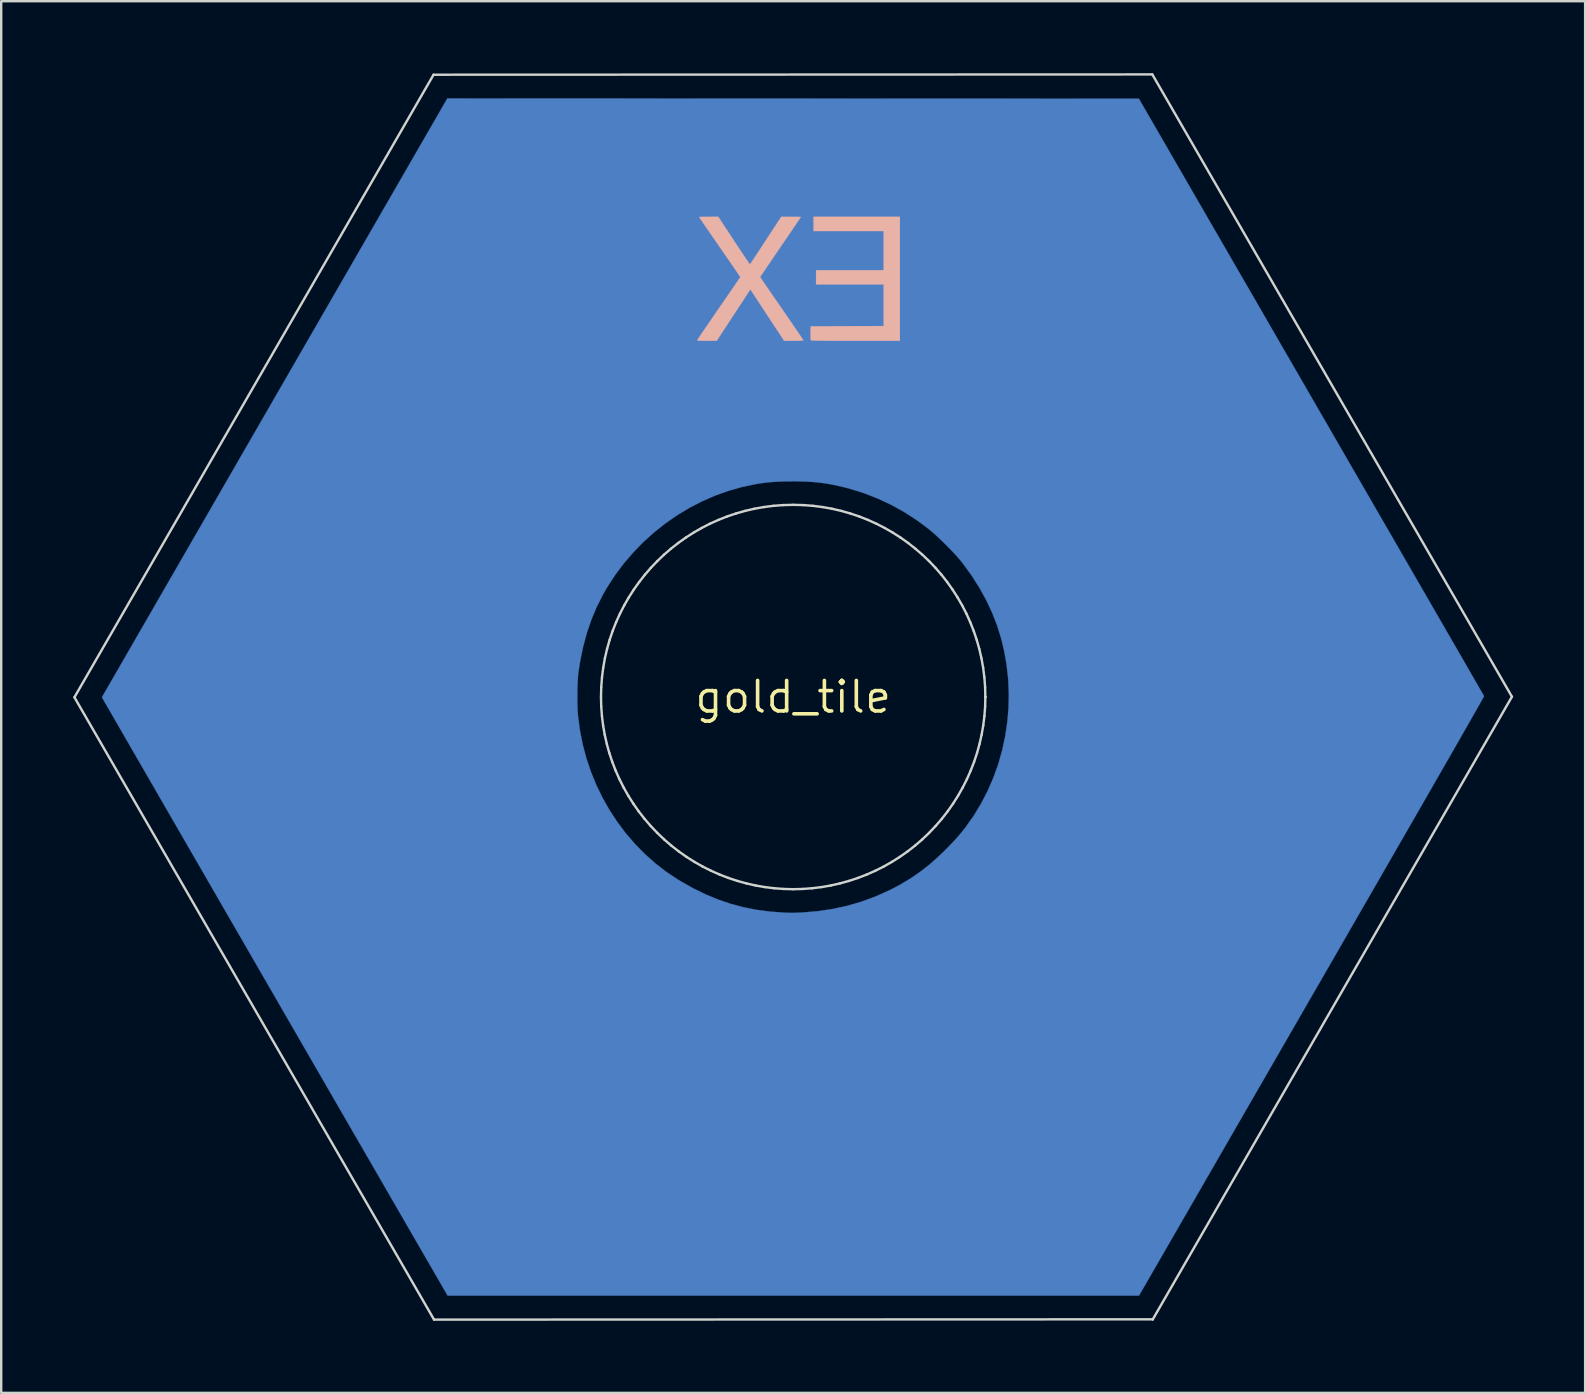
<source format=kicad_pcb>
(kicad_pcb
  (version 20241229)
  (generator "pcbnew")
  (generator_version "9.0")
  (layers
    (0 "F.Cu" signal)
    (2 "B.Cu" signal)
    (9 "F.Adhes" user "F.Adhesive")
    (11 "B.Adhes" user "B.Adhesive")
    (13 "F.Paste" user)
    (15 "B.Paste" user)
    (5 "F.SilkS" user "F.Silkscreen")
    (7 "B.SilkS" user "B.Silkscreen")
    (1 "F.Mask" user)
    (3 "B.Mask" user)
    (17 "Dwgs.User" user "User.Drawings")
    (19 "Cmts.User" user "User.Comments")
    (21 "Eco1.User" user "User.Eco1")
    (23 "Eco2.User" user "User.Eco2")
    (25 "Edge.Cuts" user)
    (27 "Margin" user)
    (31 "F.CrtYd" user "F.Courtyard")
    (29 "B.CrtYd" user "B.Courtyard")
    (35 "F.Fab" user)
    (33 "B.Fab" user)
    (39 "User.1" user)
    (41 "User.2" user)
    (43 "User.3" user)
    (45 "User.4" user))
  (footprint "gold_tile"
    (layer "F.Cu")
    (at 29.99 25.984)
    (property "Reference" "gold_tile" (at 0 0 0) (layer "F.SilkS") (effects (font (size 1.27 1.27) (thickness 0.15))))
    (attr through_hole)
    (fp_poly (pts (xy 9.443 9.17) (xy 9.651 9.177) (xy 9.833 9.19) (xy 9.885 9.196) (xy 10.336 9.26) (xy 10.762 9.349) (xy 11.173 9.465) (xy 11.58 9.612) (xy 11.992 9.792) (xy 12.118 9.853) (xy 12.586 10.107) (xy 13.03 10.395) (xy 13.447 10.714) (xy 13.836 11.065) (xy 14.195 11.446) (xy 14.524 11.854) (xy 14.821 12.289) (xy 15.085 12.75) (xy 15.135 12.848) (xy 15.352 13.328) (xy 15.53 13.818) (xy 15.667 14.318) (xy 15.765 14.824) (xy 15.824 15.334) (xy 15.844 15.846) (xy 15.824 16.357) (xy 15.766 16.866) (xy 15.669 17.368) (xy 15.533 17.863) (xy 15.358 18.348) (xy 15.146 18.82) (xy 14.894 19.278) (xy 14.754 19.502) (xy 14.442 19.937) (xy 14.101 20.344) (xy 13.731 20.72) (xy 13.334 21.065) (xy 12.911 21.377) (xy 12.463 21.655) (xy 12.202 21.795) (xy 11.808 21.982) (xy 11.422 22.138) (xy 11.031 22.266) (xy 10.621 22.371) (xy 10.424 22.413) (xy 10.155 22.458) (xy 9.858 22.493) (xy 9.548 22.517) (xy 9.237 22.53) (xy 8.939 22.53) (xy 8.738 22.521) (xy 8.21 22.466) (xy 7.692 22.371) (xy 7.185 22.235) (xy 6.691 22.061) (xy 6.214 21.849) (xy 5.753 21.6) (xy 5.313 21.314) (xy 4.895 20.994) (xy 4.511 20.649) (xy 4.138 20.259) (xy 3.801 19.847) (xy 3.501 19.413) (xy 3.237 18.959) (xy 3.011 18.485) (xy 2.822 17.991) (xy 2.671 17.479) (xy 2.558 16.95) (xy 2.536 16.817) (xy 2.519 16.675) (xy 2.504 16.5) (xy 2.492 16.303) (xy 2.484 16.092) (xy 2.483 16.046) (xy 3.57 16.046) (xy 3.607 16.52) (xy 3.685 16.989) (xy 3.802 17.448) (xy 3.959 17.897) (xy 4.154 18.333) (xy 4.388 18.753) (xy 4.51 18.943) (xy 4.799 19.335) (xy 5.118 19.699) (xy 5.465 20.033) (xy 5.837 20.335) (xy 6.234 20.604) (xy 6.652 20.839) (xy 7.089 21.037) (xy 7.544 21.197) (xy 7.695 21.24) (xy 7.968 21.307) (xy 8.263 21.363) (xy 8.557 21.405) (xy 8.7 21.419) (xy 8.869 21.429) (xy 9.068 21.432) (xy 9.283 21.429) (xy 9.501 21.42) (xy 9.71 21.405) (xy 9.896 21.386) (xy 9.948 21.379) (xy 10.365 21.303) (xy 10.759 21.2) (xy 11.144 21.067) (xy 11.531 20.899) (xy 11.61 20.861) (xy 12.041 20.627) (xy 12.446 20.36) (xy 12.824 20.06) (xy 13.174 19.73) (xy 13.434 19.442) (xy 13.73 19.057) (xy 13.99 18.652) (xy 14.213 18.23) (xy 14.399 17.792) (xy 14.546 17.341) (xy 14.653 16.88) (xy 14.722 16.411) (xy 14.75 15.935) (xy 14.737 15.457) (xy 14.683 14.977) (xy 14.657 14.826) (xy 14.55 14.36) (xy 14.405 13.91) (xy 14.224 13.477) (xy 14.008 13.064) (xy 13.76 12.672) (xy 13.482 12.303) (xy 13.175 11.959) (xy 12.84 11.641) (xy 12.481 11.351) (xy 12.099 11.09) (xy 11.695 10.862) (xy 11.272 10.667) (xy 10.831 10.506) (xy 10.375 10.383) (xy 9.904 10.298) (xy 9.821 10.287) (xy 9.363 10.252) (xy 8.897 10.257) (xy 8.429 10.3) (xy 7.965 10.38) (xy 7.512 10.498) (xy 7.225 10.594) (xy 7.062 10.66) (xy 6.875 10.743) (xy 6.679 10.838) (xy 6.483 10.94) (xy 6.3 11.041) (xy 6.142 11.136) (xy 6.096 11.166) (xy 5.703 11.452) (xy 5.338 11.768) (xy 5.002 12.11) (xy 4.698 12.478) (xy 4.427 12.869) (xy 4.19 13.28) (xy 3.99 13.709) (xy 3.827 14.154) (xy 3.703 14.609) (xy 3.618 15.088) (xy 3.573 15.567) (xy 3.57 16.046) (xy 2.483 16.046) (xy 2.479 15.877) (xy 2.478 15.669) (xy 2.482 15.476) (xy 2.489 15.309) (xy 2.496 15.229) (xy 2.568 14.699) (xy 2.679 14.181) (xy 2.83 13.677) (xy 3.019 13.189) (xy 3.245 12.718) (xy 3.507 12.267) (xy 3.804 11.837) (xy 4.136 11.431) (xy 4.501 11.049) (xy 4.503 11.047) (xy 4.907 10.686) (xy 5.331 10.362) (xy 5.774 10.075) (xy 6.236 9.827) (xy 6.718 9.616) (xy 7.218 9.443) (xy 7.738 9.308) (xy 8.181 9.225) (xy 8.343 9.204) (xy 8.538 9.188) (xy 8.755 9.177) (xy 8.985 9.169) (xy 9.217 9.167) (xy 9.443 9.17)) (stroke (width 0.01) (type solid)) (fill yes) (layer "F.Cu"))
    (fp_poly (pts (xy -17.543 -6.162) (xy -17.335 -6.155) (xy -17.143 -6.142) (xy -16.953 -6.121) (xy -16.754 -6.093) (xy -16.637 -6.074) (xy -16.128 -5.967) (xy -15.628 -5.819) (xy -15.142 -5.633) (xy -14.671 -5.409) (xy -14.219 -5.149) (xy -13.789 -4.855) (xy -13.384 -4.529) (xy -13.261 -4.418) (xy -12.898 -4.06) (xy -12.573 -3.691) (xy -12.281 -3.303) (xy -12.019 -2.892) (xy -11.783 -2.453) (xy -11.779 -2.445) (xy -11.577 -2.002) (xy -11.412 -1.566) (xy -11.283 -1.128) (xy -11.187 -0.682) (xy -11.122 -0.218) (xy -11.092 0.157) (xy -11.083 0.675) (xy -11.116 1.191) (xy -11.188 1.704) (xy -11.3 2.209) (xy -11.45 2.704) (xy -11.637 3.186) (xy -11.86 3.652) (xy -12.119 4.097) (xy -12.377 4.473) (xy -12.71 4.887) (xy -13.071 5.272) (xy -13.458 5.626) (xy -13.869 5.948) (xy -14.302 6.236) (xy -14.755 6.489) (xy -15.225 6.705) (xy -15.71 6.884) (xy -16.209 7.024) (xy -16.465 7.079) (xy -16.907 7.149) (xy -17.353 7.19) (xy -17.815 7.201) (xy -18.108 7.194) (xy -18.622 7.151) (xy -19.126 7.069) (xy -19.62 6.947) (xy -20.101 6.788) (xy -20.567 6.593) (xy -21.016 6.364) (xy -21.446 6.102) (xy -21.856 5.808) (xy -22.243 5.483) (xy -22.606 5.13) (xy -22.943 4.75) (xy -23.251 4.344) (xy -23.529 3.914) (xy -23.775 3.461) (xy -23.986 2.986) (xy -24.095 2.696) (xy -24.236 2.234) (xy -24.341 1.765) (xy -24.411 1.285) (xy -24.445 0.788) (xy -24.45 0.519) (xy -24.449 0.455) (xy -23.36 0.455) (xy -23.345 0.926) (xy -23.291 1.393) (xy -23.197 1.854) (xy -23.064 2.307) (xy -22.892 2.748) (xy -22.682 3.176) (xy -22.434 3.587) (xy -22.426 3.598) (xy -22.276 3.815) (xy -22.132 4.006) (xy -21.984 4.184) (xy -21.82 4.361) (xy -21.717 4.466) (xy -21.356 4.798) (xy -20.973 5.094) (xy -20.568 5.354) (xy -20.144 5.577) (xy -19.701 5.763) (xy -19.241 5.91) (xy -18.765 6.019) (xy -18.276 6.089) (xy -18.182 6.097) (xy -18.041 6.105) (xy -17.87 6.107) (xy -17.681 6.105) (xy -17.485 6.098) (xy -17.296 6.087) (xy -17.126 6.073) (xy -17.041 6.063) (xy -16.573 5.98) (xy -16.112 5.857) (xy -15.662 5.694) (xy -15.225 5.493) (xy -14.805 5.256) (xy -14.405 4.982) (xy -14.266 4.876) (xy -14.154 4.781) (xy -14.023 4.662) (xy -13.883 4.527) (xy -13.742 4.386) (xy -13.609 4.246) (xy -13.492 4.117) (xy -13.412 4.022) (xy -13.15 3.665) (xy -12.913 3.281) (xy -12.705 2.877) (xy -12.529 2.463) (xy -12.389 2.045) (xy -12.348 1.895) (xy -12.249 1.423) (xy -12.192 0.949) (xy -12.175 0.476) (xy -12.198 0.006) (xy -12.261 -0.458) (xy -12.363 -0.916) (xy -12.502 -1.362) (xy -12.679 -1.797) (xy -12.893 -2.217) (xy -13.142 -2.619) (xy -13.427 -3.002) (xy -13.746 -3.363) (xy -13.908 -3.524) (xy -14.27 -3.842) (xy -14.655 -4.125) (xy -15.06 -4.373) (xy -15.482 -4.585) (xy -15.92 -4.76) (xy -16.37 -4.898) (xy -16.831 -4.997) (xy -17.299 -5.057) (xy -17.772 -5.077) (xy -18.247 -5.056) (xy -18.717 -4.995) (xy -19.174 -4.895) (xy -19.625 -4.754) (xy -20.065 -4.576) (xy -20.491 -4.361) (xy -20.897 -4.114) (xy -21.273 -3.839) (xy -21.386 -3.743) (xy -21.517 -3.623) (xy -21.658 -3.488) (xy -21.8 -3.346) (xy -21.933 -3.206) (xy -22.05 -3.077) (xy -22.127 -2.985) (xy -22.313 -2.735) (xy -22.495 -2.458) (xy -22.667 -2.164) (xy -22.822 -1.865) (xy -22.954 -1.574) (xy -23.019 -1.411) (xy -23.165 -0.952) (xy -23.271 -0.487) (xy -23.336 -0.017) (xy -23.36 0.455) (xy -24.449 0.455) (xy -24.444 0.187) (xy -24.425 -0.119) (xy -24.391 -0.417) (xy -24.341 -0.721) (xy -24.32 -0.826) (xy -24.197 -1.331) (xy -24.035 -1.821) (xy -23.837 -2.294) (xy -23.604 -2.748) (xy -23.338 -3.181) (xy -23.04 -3.593) (xy -22.713 -3.98) (xy -22.357 -4.341) (xy -21.976 -4.676) (xy -21.57 -4.981) (xy -21.141 -5.255) (xy -20.691 -5.496) (xy -20.221 -5.703) (xy -19.734 -5.874) (xy -19.231 -6.007) (xy -19.113 -6.033) (xy -18.835 -6.084) (xy -18.574 -6.122) (xy -18.314 -6.147) (xy -18.041 -6.16) (xy -17.78 -6.164) (xy -17.543 -6.162)) (stroke (width 0.01) (type solid)) (fill yes) (layer "F.Cu"))
    (fp_poly (pts (xy 9.361 -22.049) (xy 9.582 -22.04) (xy 9.79 -22.027) (xy 9.974 -22.01) (xy 10.086 -21.995) (xy 10.504 -21.92) (xy 10.895 -21.827) (xy 11.27 -21.713) (xy 11.589 -21.596) (xy 12.072 -21.383) (xy 12.533 -21.134) (xy 12.97 -20.852) (xy 13.383 -20.538) (xy 13.769 -20.194) (xy 14.128 -19.822) (xy 14.456 -19.424) (xy 14.753 -19.001) (xy 15.018 -18.555) (xy 15.248 -18.089) (xy 15.442 -17.604) (xy 15.598 -17.102) (xy 15.632 -16.97) (xy 15.736 -16.46) (xy 15.8 -15.944) (xy 15.824 -15.426) (xy 15.807 -14.908) (xy 15.751 -14.393) (xy 15.657 -13.884) (xy 15.523 -13.385) (xy 15.351 -12.898) (xy 15.142 -12.426) (xy 15.003 -12.16) (xy 14.727 -11.705) (xy 14.421 -11.278) (xy 14.086 -10.879) (xy 13.724 -10.51) (xy 13.338 -10.171) (xy 12.928 -9.865) (xy 12.497 -9.591) (xy 12.047 -9.351) (xy 11.58 -9.146) (xy 11.097 -8.977) (xy 10.602 -8.846) (xy 10.095 -8.752) (xy 9.578 -8.698) (xy 9.054 -8.684) (xy 8.653 -8.701) (xy 8.159 -8.756) (xy 7.664 -8.849) (xy 7.175 -8.979) (xy 6.699 -9.144) (xy 6.242 -9.341) (xy 5.927 -9.503) (xy 5.497 -9.763) (xy 5.083 -10.059) (xy 4.688 -10.386) (xy 4.319 -10.741) (xy 3.979 -11.118) (xy 3.689 -11.493) (xy 3.398 -11.937) (xy 3.145 -12.401) (xy 2.929 -12.884) (xy 2.751 -13.386) (xy 2.61 -13.907) (xy 2.508 -14.446) (xy 2.505 -14.467) (xy 2.488 -14.608) (xy 2.476 -14.781) (xy 2.468 -14.98) (xy 2.464 -15.195) (xy 2.463 -15.314) (xy 3.547 -15.314) (xy 3.57 -14.856) (xy 3.631 -14.4) (xy 3.73 -13.949) (xy 3.867 -13.506) (xy 4.042 -13.071) (xy 4.256 -12.65) (xy 4.492 -12.266) (xy 4.675 -12.012) (xy 4.883 -11.756) (xy 5.108 -11.507) (xy 5.339 -11.275) (xy 5.568 -11.071) (xy 5.63 -11.02) (xy 5.993 -10.754) (xy 6.38 -10.516) (xy 6.787 -10.308) (xy 7.207 -10.132) (xy 7.635 -9.99) (xy 8.065 -9.885) (xy 8.467 -9.823) (xy 8.564 -9.812) (xy 8.654 -9.801) (xy 8.722 -9.794) (xy 8.742 -9.791) (xy 8.813 -9.787) (xy 8.917 -9.785) (xy 9.047 -9.786) (xy 9.193 -9.789) (xy 9.347 -9.794) (xy 9.5 -9.801) (xy 9.645 -9.809) (xy 9.771 -9.818) (xy 9.871 -9.828) (xy 9.906 -9.832) (xy 10.393 -9.927) (xy 10.864 -10.059) (xy 11.317 -10.229) (xy 11.75 -10.435) (xy 12.162 -10.676) (xy 12.552 -10.95) (xy 12.916 -11.257) (xy 13.254 -11.595) (xy 13.565 -11.964) (xy 13.845 -12.361) (xy 14.019 -12.648) (xy 14.233 -13.069) (xy 14.409 -13.508) (xy 14.548 -13.96) (xy 14.647 -14.423) (xy 14.708 -14.894) (xy 14.729 -15.37) (xy 14.709 -15.846) (xy 14.649 -16.321) (xy 14.636 -16.395) (xy 14.529 -16.861) (xy 14.381 -17.316) (xy 14.194 -17.759) (xy 13.969 -18.186) (xy 13.707 -18.595) (xy 13.476 -18.902) (xy 13.383 -19.011) (xy 13.265 -19.138) (xy 13.131 -19.276) (xy 12.988 -19.416) (xy 12.846 -19.55) (xy 12.712 -19.67) (xy 12.595 -19.768) (xy 12.562 -19.793) (xy 12.154 -20.079) (xy 11.734 -20.325) (xy 11.3 -20.531) (xy 10.851 -20.698) (xy 10.386 -20.825) (xy 9.903 -20.915) (xy 9.832 -20.925) (xy 9.647 -20.943) (xy 9.433 -20.956) (xy 9.204 -20.961) (xy 8.973 -20.96) (xy 8.75 -20.952) (xy 8.55 -20.937) (xy 8.445 -20.926) (xy 7.956 -20.839) (xy 7.482 -20.714) (xy 7.026 -20.551) (xy 6.589 -20.35) (xy 6.172 -20.112) (xy 5.775 -19.838) (xy 5.401 -19.528) (xy 5.05 -19.183) (xy 5.002 -19.131) (xy 4.695 -18.764) (xy 4.423 -18.377) (xy 4.188 -17.972) (xy 3.989 -17.552) (xy 3.827 -17.12) (xy 3.701 -16.677) (xy 3.613 -16.227) (xy 3.561 -15.772) (xy 3.547 -15.314) (xy 2.463 -15.314) (xy 2.463 -15.417) (xy 2.466 -15.639) (xy 2.473 -15.851) (xy 2.484 -16.045) (xy 2.499 -16.213) (xy 2.512 -16.32) (xy 2.617 -16.86) (xy 2.757 -17.376) (xy 2.932 -17.87) (xy 3.143 -18.342) (xy 3.39 -18.793) (xy 3.451 -18.892) (xy 3.753 -19.336) (xy 4.085 -19.75) (xy 4.444 -20.134) (xy 4.83 -20.486) (xy 5.24 -20.806) (xy 5.672 -21.093) (xy 6.126 -21.344) (xy 6.598 -21.56) (xy 7.088 -21.739) (xy 7.594 -21.88) (xy 8.113 -21.982) (xy 8.55 -22.036) (xy 8.72 -22.047) (xy 8.919 -22.052) (xy 9.136 -22.053) (xy 9.361 -22.049)) (stroke (width 0.01) (type solid)) (fill yes) (layer "F.Cu"))
    (fp_poly (pts (xy -8.412 9.208) (xy -7.907 9.282) (xy -7.412 9.394) (xy -6.929 9.543) (xy -6.459 9.728) (xy -6.005 9.947) (xy -5.569 10.201) (xy -5.152 10.487) (xy -4.756 10.805) (xy -4.384 11.154) (xy -4.037 11.534) (xy -3.717 11.942) (xy -3.427 12.379) (xy -3.167 12.843) (xy -3.146 12.885) (xy -2.935 13.354) (xy -2.761 13.838) (xy -2.627 14.334) (xy -2.531 14.839) (xy -2.473 15.351) (xy -2.455 15.866) (xy -2.475 16.381) (xy -2.535 16.894) (xy -2.634 17.401) (xy -2.772 17.899) (xy -2.914 18.299) (xy -3.129 18.786) (xy -3.379 19.251) (xy -3.664 19.693) (xy -3.981 20.11) (xy -4.33 20.501) (xy -4.709 20.863) (xy -5.117 21.196) (xy -5.552 21.498) (xy -6.013 21.767) (xy -6.089 21.806) (xy -6.553 22.024) (xy -7.03 22.204) (xy -7.524 22.347) (xy -8.038 22.454) (xy -8.208 22.481) (xy -8.341 22.497) (xy -8.507 22.51) (xy -8.695 22.521) (xy -8.897 22.529) (xy -9.103 22.534) (xy -9.302 22.535) (xy -9.487 22.533) (xy -9.647 22.528) (xy -9.758 22.52) (xy -10.291 22.446) (xy -10.811 22.332) (xy -11.316 22.18) (xy -11.806 21.989) (xy -12.278 21.761) (xy -12.731 21.496) (xy -13.163 21.195) (xy -13.572 20.859) (xy -13.938 20.508) (xy -14.295 20.11) (xy -14.617 19.688) (xy -14.904 19.242) (xy -15.155 18.776) (xy -15.369 18.29) (xy -15.377 18.271) (xy -15.546 17.778) (xy -15.676 17.273) (xy -15.766 16.76) (xy -15.816 16.24) (xy -15.823 15.862) (xy -14.721 15.862) (xy -14.719 16.077) (xy -14.711 16.282) (xy -14.698 16.464) (xy -14.682 16.605) (xy -14.59 17.094) (xy -14.459 17.567) (xy -14.29 18.022) (xy -14.083 18.458) (xy -13.84 18.873) (xy -13.561 19.268) (xy -13.246 19.64) (xy -13.092 19.801) (xy -12.732 20.132) (xy -12.35 20.428) (xy -11.945 20.688) (xy -11.521 20.912) (xy -11.078 21.099) (xy -10.618 21.247) (xy -10.142 21.357) (xy -9.737 21.418) (xy -9.612 21.428) (xy -9.456 21.435) (xy -9.279 21.438) (xy -9.092 21.438) (xy -8.906 21.435) (xy -8.731 21.428) (xy -8.578 21.418) (xy -8.501 21.41) (xy -8.018 21.333) (xy -7.549 21.215) (xy -7.095 21.059) (xy -6.657 20.865) (xy -6.238 20.633) (xy -5.839 20.364) (xy -5.461 20.06) (xy -5.132 19.746) (xy -4.853 19.44) (xy -4.607 19.127) (xy -4.387 18.797) (xy -4.186 18.44) (xy -4.129 18.329) (xy -3.934 17.889) (xy -3.778 17.441) (xy -3.662 16.985) (xy -3.586 16.525) (xy -3.549 16.063) (xy -3.551 15.602) (xy -3.591 15.143) (xy -3.668 14.689) (xy -3.783 14.243) (xy -3.936 13.807) (xy -4.124 13.383) (xy -4.349 12.973) (xy -4.609 12.581) (xy -4.905 12.208) (xy -5.236 11.857) (xy -5.253 11.841) (xy -5.619 11.515) (xy -6.004 11.227) (xy -6.409 10.975) (xy -6.834 10.761) (xy -7.28 10.582) (xy -7.747 10.44) (xy -8.238 10.334) (xy -8.414 10.305) (xy -8.529 10.292) (xy -8.677 10.283) (xy -8.85 10.278) (xy -9.039 10.275) (xy -9.234 10.276) (xy -9.427 10.28) (xy -9.608 10.287) (xy -9.77 10.298) (xy -9.903 10.311) (xy -9.938 10.316) (xy -10.118 10.348) (xy -10.32 10.391) (xy -10.529 10.441) (xy -10.732 10.496) (xy -10.916 10.551) (xy -11.04 10.594) (xy -11.189 10.653) (xy -11.36 10.728) (xy -11.543 10.814) (xy -11.725 10.904) (xy -11.896 10.994) (xy -12.043 11.077) (xy -12.095 11.11) (xy -12.497 11.386) (xy -12.87 11.694) (xy -13.212 12.029) (xy -13.524 12.391) (xy -13.803 12.778) (xy -14.048 13.187) (xy -14.259 13.618) (xy -14.433 14.067) (xy -14.57 14.534) (xy -14.669 15.017) (xy -14.682 15.102) (xy -14.7 15.256) (xy -14.712 15.44) (xy -14.719 15.646) (xy -14.721 15.862) (xy -15.823 15.862) (xy -15.826 15.719) (xy -15.796 15.197) (xy -15.725 14.68) (xy -15.613 14.169) (xy -15.566 13.996) (xy -15.417 13.55) (xy -15.231 13.103) (xy -15.01 12.664) (xy -14.759 12.239) (xy -14.483 11.836) (xy -14.341 11.652) (xy -14.137 11.413) (xy -13.903 11.168) (xy -13.646 10.924) (xy -13.376 10.689) (xy -13.102 10.471) (xy -12.975 10.379) (xy -12.596 10.131) (xy -12.188 9.905) (xy -11.758 9.705) (xy -11.316 9.533) (xy -10.869 9.394) (xy -10.492 9.305) (xy -9.967 9.219) (xy -9.444 9.175) (xy -8.925 9.172) (xy -8.412 9.208)) (stroke (width 0.01) (type solid)) (fill yes) (layer "F.Cu"))
    (fp_poly (pts (xy 18.498 -6.153) (xy 19.011 -6.077) (xy 19.516 -5.961) (xy 20.012 -5.806) (xy 20.496 -5.611) (xy 20.966 -5.378) (xy 21.421 -5.106) (xy 21.859 -4.797) (xy 21.932 -4.74) (xy 22.083 -4.613) (xy 22.251 -4.461) (xy 22.427 -4.289) (xy 22.605 -4.107) (xy 22.777 -3.923) (xy 22.934 -3.744) (xy 23.069 -3.578) (xy 23.105 -3.531) (xy 23.411 -3.088) (xy 23.679 -2.628) (xy 23.908 -2.15) (xy 24.098 -1.656) (xy 24.25 -1.144) (xy 24.362 -0.616) (xy 24.387 -0.466) (xy 24.402 -0.365) (xy 24.413 -0.274) (xy 24.422 -0.186) (xy 24.428 -0.092) (xy 24.432 0.014) (xy 24.435 0.14) (xy 24.436 0.292) (xy 24.436 0.478) (xy 24.436 0.508) (xy 24.435 0.703) (xy 24.434 0.864) (xy 24.431 0.995) (xy 24.426 1.106) (xy 24.42 1.201) (xy 24.411 1.289) (xy 24.4 1.377) (xy 24.39 1.44) (xy 24.338 1.74) (xy 24.279 2.015) (xy 24.209 2.282) (xy 24.124 2.56) (xy 24.109 2.603) (xy 23.926 3.093) (xy 23.712 3.556) (xy 23.465 3.995) (xy 23.183 4.414) (xy 22.864 4.815) (xy 22.507 5.202) (xy 22.47 5.239) (xy 22.076 5.602) (xy 21.663 5.928) (xy 21.23 6.217) (xy 20.777 6.469) (xy 20.304 6.684) (xy 19.809 6.863) (xy 19.292 7.005) (xy 18.754 7.111) (xy 18.723 7.116) (xy 18.589 7.133) (xy 18.423 7.146) (xy 18.232 7.157) (xy 18.026 7.164) (xy 17.813 7.169) (xy 17.603 7.169) (xy 17.405 7.167) (xy 17.227 7.16) (xy 17.078 7.15) (xy 17.029 7.144) (xy 16.489 7.059) (xy 15.968 6.936) (xy 15.467 6.775) (xy 14.983 6.576) (xy 14.516 6.339) (xy 14.064 6.062) (xy 13.696 5.799) (xy 13.545 5.679) (xy 13.378 5.534) (xy 13.203 5.373) (xy 13.029 5.205) (xy 12.865 5.039) (xy 12.72 4.883) (xy 12.632 4.78) (xy 12.307 4.356) (xy 12.019 3.913) (xy 11.769 3.454) (xy 11.557 2.981) (xy 11.383 2.495) (xy 11.248 2) (xy 11.152 1.497) (xy 11.095 0.988) (xy 11.082 0.614) (xy 12.176 0.614) (xy 12.207 1.084) (xy 12.277 1.548) (xy 12.386 2.006) (xy 12.534 2.454) (xy 12.72 2.891) (xy 12.943 3.313) (xy 13.204 3.719) (xy 13.414 4) (xy 13.718 4.347) (xy 14.054 4.669) (xy 14.419 4.964) (xy 14.807 5.23) (xy 15.216 5.463) (xy 15.641 5.661) (xy 16.078 5.822) (xy 16.396 5.912) (xy 16.736 5.988) (xy 17.062 6.041) (xy 17.378 6.073) (xy 17.52 6.082) (xy 17.632 6.089) (xy 17.728 6.091) (xy 17.818 6.091) (xy 17.917 6.087) (xy 18.036 6.08) (xy 18.119 6.074) (xy 18.612 6.019) (xy 19.091 5.924) (xy 19.555 5.79) (xy 20.002 5.618) (xy 20.432 5.409) (xy 20.842 5.162) (xy 21.232 4.878) (xy 21.6 4.559) (xy 21.717 4.445) (xy 22.043 4.09) (xy 22.335 3.712) (xy 22.591 3.315) (xy 22.812 2.9) (xy 22.996 2.47) (xy 23.143 2.028) (xy 23.253 1.576) (xy 23.325 1.117) (xy 23.358 0.652) (xy 23.352 0.185) (xy 23.307 -0.283) (xy 23.221 -0.748) (xy 23.095 -1.208) (xy 23.018 -1.432) (xy 22.835 -1.87) (xy 22.615 -2.29) (xy 22.361 -2.688) (xy 22.074 -3.063) (xy 21.759 -3.413) (xy 21.415 -3.736) (xy 21.047 -4.029) (xy 20.655 -4.291) (xy 20.243 -4.52) (xy 19.812 -4.712) (xy 19.365 -4.867) (xy 19.318 -4.881) (xy 18.849 -4.994) (xy 18.372 -5.066) (xy 17.891 -5.097) (xy 17.408 -5.087) (xy 16.927 -5.035) (xy 16.535 -4.962) (xy 16.078 -4.838) (xy 15.635 -4.676) (xy 15.21 -4.478) (xy 14.803 -4.245) (xy 14.418 -3.979) (xy 14.056 -3.682) (xy 13.72 -3.357) (xy 13.411 -3.004) (xy 13.132 -2.626) (xy 12.884 -2.225) (xy 12.67 -1.803) (xy 12.492 -1.362) (xy 12.457 -1.259) (xy 12.325 -0.796) (xy 12.235 -0.328) (xy 12.186 0.143) (xy 12.176 0.614) (xy 11.082 0.614) (xy 11.077 0.475) (xy 11.099 -0.039) (xy 11.161 -0.554) (xy 11.263 -1.066) (xy 11.406 -1.573) (xy 11.59 -2.074) (xy 11.662 -2.244) (xy 11.853 -2.633) (xy 12.08 -3.023) (xy 12.337 -3.405) (xy 12.62 -3.77) (xy 12.921 -4.113) (xy 13.237 -4.424) (xy 13.255 -4.441) (xy 13.646 -4.77) (xy 14.062 -5.07) (xy 14.496 -5.337) (xy 14.946 -5.57) (xy 15.405 -5.765) (xy 15.871 -5.921) (xy 15.882 -5.924) (xy 16.406 -6.052) (xy 16.931 -6.139) (xy 17.456 -6.185) (xy 17.979 -6.189) (xy 18.498 -6.153)) (stroke (width 0.01) (type solid)) (fill yes) (layer "F.Cu"))
    (fp_poly (pts (xy -8.421 -22.008) (xy -8.362 -22.001) (xy -7.847 -21.92) (xy -7.341 -21.798) (xy -6.846 -21.637) (xy -6.366 -21.438) (xy -5.903 -21.202) (xy -5.459 -20.93) (xy -5.036 -20.623) (xy -4.638 -20.283) (xy -4.512 -20.163) (xy -4.138 -19.771) (xy -3.802 -19.361) (xy -3.505 -18.934) (xy -3.244 -18.487) (xy -3.021 -18.02) (xy -2.834 -17.532) (xy -2.682 -17.023) (xy -2.566 -16.49) (xy -2.526 -16.245) (xy -2.509 -16.098) (xy -2.497 -15.918) (xy -2.489 -15.713) (xy -2.485 -15.493) (xy -2.485 -15.266) (xy -2.49 -15.041) (xy -2.499 -14.827) (xy -2.512 -14.633) (xy -2.529 -14.468) (xy -2.537 -14.415) (xy -2.641 -13.874) (xy -2.783 -13.353) (xy -2.962 -12.852) (xy -3.178 -12.371) (xy -3.432 -11.909) (xy -3.724 -11.467) (xy -4.053 -11.045) (xy -4.209 -10.865) (xy -4.565 -10.501) (xy -4.951 -10.165) (xy -5.364 -9.857) (xy -5.799 -9.581) (xy -6.253 -9.338) (xy -6.722 -9.131) (xy -7.203 -8.962) (xy -7.692 -8.832) (xy -7.715 -8.827) (xy -7.907 -8.787) (xy -8.081 -8.756) (xy -8.247 -8.732) (xy -8.415 -8.714) (xy -8.594 -8.702) (xy -8.795 -8.694) (xy -9.026 -8.689) (xy -9.059 -8.689) (xy -9.215 -8.687) (xy -9.36 -8.687) (xy -9.488 -8.687) (xy -9.592 -8.687) (xy -9.666 -8.689) (xy -9.705 -8.691) (xy -9.705 -8.691) (xy -9.754 -8.697) (xy -9.832 -8.706) (xy -9.925 -8.717) (xy -9.97 -8.722) (xy -10.458 -8.798) (xy -10.945 -8.914) (xy -11.427 -9.069) (xy -11.901 -9.263) (xy -12.361 -9.493) (xy -12.806 -9.757) (xy -13.229 -10.054) (xy -13.361 -10.16) (xy -13.512 -10.292) (xy -13.675 -10.441) (xy -13.841 -10.602) (xy -14.004 -10.765) (xy -14.156 -10.924) (xy -14.29 -11.072) (xy -14.395 -11.197) (xy -14.709 -11.629) (xy -14.987 -12.08) (xy -15.227 -12.547) (xy -15.428 -13.028) (xy -15.591 -13.521) (xy -15.714 -14.024) (xy -15.798 -14.535) (xy -15.842 -15.052) (xy -15.845 -15.536) (xy -14.742 -15.536) (xy -14.742 -15.329) (xy -14.738 -15.12) (xy -14.728 -14.919) (xy -14.715 -14.735) (xy -14.697 -14.578) (xy -14.693 -14.552) (xy -14.597 -14.065) (xy -14.463 -13.596) (xy -14.29 -13.144) (xy -14.08 -12.712) (xy -13.834 -12.299) (xy -13.55 -11.908) (xy -13.231 -11.539) (xy -13.104 -11.408) (xy -12.743 -11.077) (xy -12.36 -10.782) (xy -11.955 -10.523) (xy -11.532 -10.3) (xy -11.092 -10.115) (xy -10.637 -9.969) (xy -10.169 -9.862) (xy -9.689 -9.795) (xy -9.493 -9.78) (xy -9.372 -9.773) (xy -9.263 -9.77) (xy -9.156 -9.769) (xy -9.04 -9.772) (xy -8.904 -9.778) (xy -8.739 -9.788) (xy -8.71 -9.79) (xy -8.259 -9.84) (xy -7.813 -9.93) (xy -7.377 -10.058) (xy -6.952 -10.224) (xy -6.541 -10.424) (xy -6.146 -10.658) (xy -5.77 -10.923) (xy -5.416 -11.217) (xy -5.086 -11.54) (xy -4.782 -11.889) (xy -4.508 -12.262) (xy -4.265 -12.657) (xy -4.064 -13.057) (xy -3.884 -13.507) (xy -3.744 -13.964) (xy -3.645 -14.427) (xy -3.586 -14.893) (xy -3.566 -15.36) (xy -3.585 -15.825) (xy -3.643 -16.286) (xy -3.739 -16.74) (xy -3.873 -17.186) (xy -4.045 -17.621) (xy -4.253 -18.042) (xy -4.498 -18.447) (xy -4.78 -18.834) (xy -5.097 -19.201) (xy -5.103 -19.207) (xy -5.453 -19.546) (xy -5.826 -19.851) (xy -6.223 -20.12) (xy -6.642 -20.354) (xy -7.083 -20.552) (xy -7.543 -20.713) (xy -8.024 -20.837) (xy -8.397 -20.906) (xy -8.51 -20.919) (xy -8.656 -20.93) (xy -8.826 -20.937) (xy -9.009 -20.942) (xy -9.199 -20.944) (xy -9.384 -20.942) (xy -9.557 -20.938) (xy -9.708 -20.931) (xy -9.828 -20.92) (xy -9.853 -20.917) (xy -10.261 -20.846) (xy -10.642 -20.755) (xy -11.008 -20.639) (xy -11.369 -20.494) (xy -11.631 -20.373) (xy -11.992 -20.18) (xy -12.327 -19.967) (xy -12.646 -19.727) (xy -12.956 -19.455) (xy -13.166 -19.248) (xy -13.493 -18.884) (xy -13.783 -18.5) (xy -14.035 -18.097) (xy -14.251 -17.674) (xy -14.429 -17.23) (xy -14.571 -16.764) (xy -14.677 -16.278) (xy -14.714 -16.044) (xy -14.728 -15.904) (xy -14.738 -15.731) (xy -14.742 -15.536) (xy -15.845 -15.536) (xy -15.845 -15.573) (xy -15.808 -16.096) (xy -15.729 -16.618) (xy -15.652 -16.968) (xy -15.507 -17.471) (xy -15.324 -17.957) (xy -15.104 -18.425) (xy -14.85 -18.872) (xy -14.563 -19.298) (xy -14.246 -19.7) (xy -13.899 -20.077) (xy -13.524 -20.426) (xy -13.123 -20.746) (xy -12.699 -21.035) (xy -12.252 -21.291) (xy -11.784 -21.513) (xy -11.297 -21.699) (xy -11.047 -21.777) (xy -10.53 -21.907) (xy -10.01 -21.995) (xy -9.486 -22.041) (xy -8.957 -22.045) (xy -8.421 -22.008)) (stroke (width 0.01) (type solid)) (fill yes) (layer "F.Cu"))
    (fp_poly (pts (xy 9.354 10.883) (xy 9.552 10.892) (xy 9.726 10.905) (xy 9.804 10.913) (xy 10.245 10.991) (xy 10.676 11.108) (xy 11.092 11.264) (xy 11.491 11.455) (xy 11.871 11.681) (xy 12.23 11.939) (xy 12.565 12.228) (xy 12.874 12.546) (xy 13.154 12.892) (xy 13.403 13.263) (xy 13.609 13.638) (xy 13.785 14.032) (xy 13.922 14.422) (xy 14.023 14.813) (xy 14.088 15.215) (xy 14.119 15.634) (xy 14.123 15.843) (xy 14.102 16.303) (xy 14.041 16.753) (xy 13.941 17.19) (xy 13.803 17.613) (xy 13.627 18.02) (xy 13.416 18.409) (xy 13.17 18.778) (xy 12.89 19.124) (xy 12.578 19.447) (xy 12.235 19.743) (xy 11.861 20.011) (xy 11.705 20.109) (xy 11.314 20.32) (xy 10.901 20.496) (xy 10.47 20.635) (xy 10.024 20.735) (xy 9.773 20.774) (xy 9.638 20.787) (xy 9.474 20.797) (xy 9.29 20.802) (xy 9.099 20.804) (xy 8.913 20.801) (xy 8.742 20.795) (xy 8.6 20.784) (xy 8.583 20.782) (xy 8.167 20.715) (xy 7.75 20.608) (xy 7.339 20.463) (xy 6.94 20.284) (xy 6.556 20.072) (xy 6.195 19.83) (xy 6.021 19.695) (xy 5.884 19.577) (xy 5.734 19.435) (xy 5.579 19.28) (xy 5.43 19.12) (xy 5.296 18.967) (xy 5.193 18.838) (xy 4.936 18.461) (xy 4.715 18.065) (xy 4.531 17.652) (xy 4.386 17.227) (xy 4.352 17.102) (xy 4.309 16.93) (xy 7.619 16.93) (xy 7.627 17.063) (xy 7.652 17.21) (xy 7.693 17.362) (xy 7.749 17.513) (xy 7.78 17.58) (xy 7.897 17.774) (xy 8.047 17.953) (xy 8.221 18.109) (xy 8.414 18.239) (xy 8.617 18.335) (xy 8.743 18.375) (xy 8.848 18.402) (xy 8.848 18.742) (xy 8.849 18.893) (xy 8.855 19.009) (xy 8.867 19.096) (xy 8.886 19.161) (xy 8.916 19.21) (xy 8.957 19.25) (xy 8.994 19.277) (xy 9.08 19.314) (xy 9.179 19.325) (xy 9.273 19.309) (xy 9.31 19.292) (xy 9.358 19.261) (xy 9.393 19.228) (xy 9.419 19.186) (xy 9.436 19.13) (xy 9.448 19.052) (xy 9.455 18.945) (xy 9.461 18.804) (xy 9.461 18.779) (xy 9.472 18.414) (xy 9.643 18.354) (xy 9.879 18.252) (xy 10.09 18.117) (xy 10.273 17.954) (xy 10.426 17.765) (xy 10.547 17.554) (xy 10.633 17.325) (xy 10.682 17.08) (xy 10.694 16.891) (xy 10.673 16.637) (xy 10.615 16.396) (xy 10.519 16.172) (xy 10.39 15.968) (xy 10.229 15.787) (xy 10.039 15.631) (xy 9.821 15.505) (xy 9.583 15.412) (xy 9.5 15.392) (xy 9.392 15.372) (xy 9.273 15.356) (xy 9.191 15.348) (xy 9.015 15.328) (xy 8.871 15.297) (xy 8.75 15.252) (xy 8.643 15.19) (xy 8.593 15.153) (xy 8.455 15.02) (xy 8.352 14.87) (xy 8.283 14.707) (xy 8.246 14.538) (xy 8.242 14.367) (xy 8.268 14.198) (xy 8.324 14.037) (xy 8.409 13.888) (xy 8.522 13.757) (xy 8.662 13.648) (xy 8.828 13.566) (xy 8.921 13.537) (xy 9.113 13.507) (xy 9.3 13.517) (xy 9.476 13.562) (xy 9.638 13.641) (xy 9.781 13.75) (xy 9.901 13.886) (xy 9.994 14.046) (xy 10.054 14.227) (xy 10.074 14.348) (xy 10.102 14.495) (xy 10.151 14.607) (xy 10.223 14.683) (xy 10.315 14.723) (xy 10.425 14.727) (xy 10.528 14.699) (xy 10.609 14.639) (xy 10.67 14.545) (xy 10.692 14.498) (xy 10.703 14.456) (xy 10.706 14.407) (xy 10.7 14.338) (xy 10.692 14.268) (xy 10.639 14.01) (xy 10.551 13.772) (xy 10.429 13.556) (xy 10.277 13.364) (xy 10.096 13.201) (xy 9.888 13.068) (xy 9.657 12.968) (xy 9.607 12.952) (xy 9.461 12.908) (xy 9.461 12.654) (xy 9.459 12.522) (xy 9.45 12.424) (xy 9.432 12.353) (xy 9.401 12.3) (xy 9.356 12.256) (xy 9.316 12.229) (xy 9.213 12.188) (xy 9.11 12.187) (xy 9.012 12.225) (xy 8.925 12.301) (xy 8.895 12.34) (xy 8.875 12.374) (xy 8.861 12.411) (xy 8.853 12.461) (xy 8.849 12.532) (xy 8.848 12.633) (xy 8.848 12.66) (xy 8.848 12.91) (xy 8.758 12.934) (xy 8.535 13.014) (xy 8.325 13.132) (xy 8.132 13.281) (xy 7.965 13.456) (xy 7.829 13.652) (xy 7.78 13.745) (xy 7.698 13.94) (xy 7.647 14.126) (xy 7.625 14.317) (xy 7.625 14.496) (xy 7.653 14.74) (xy 7.714 14.963) (xy 7.811 15.168) (xy 7.946 15.363) (xy 8.075 15.506) (xy 8.229 15.647) (xy 8.388 15.758) (xy 8.56 15.843) (xy 8.752 15.906) (xy 8.971 15.95) (xy 9.13 15.97) (xy 9.257 15.983) (xy 9.351 15.997) (xy 9.424 16.012) (xy 9.485 16.032) (xy 9.545 16.059) (xy 9.554 16.063) (xy 9.728 16.17) (xy 9.867 16.302) (xy 9.972 16.456) (xy 10.04 16.632) (xy 10.071 16.827) (xy 10.07 16.964) (xy 10.042 17.149) (xy 9.981 17.312) (xy 9.882 17.46) (xy 9.806 17.544) (xy 9.656 17.666) (xy 9.493 17.752) (xy 9.322 17.801) (xy 9.148 17.816) (xy 8.977 17.797) (xy 8.812 17.747) (xy 8.658 17.665) (xy 8.521 17.555) (xy 8.405 17.417) (xy 8.314 17.252) (xy 8.265 17.109) (xy 8.247 17.024) (xy 8.236 16.94) (xy 8.234 16.9) (xy 8.214 16.799) (xy 8.157 16.703) (xy 8.081 16.63) (xy 7.998 16.593) (xy 7.903 16.588) (xy 7.806 16.614) (xy 7.721 16.666) (xy 7.661 16.735) (xy 7.63 16.818) (xy 7.619 16.93) (xy 4.309 16.93) (xy 4.306 16.915) (xy 4.269 16.751) (xy 4.242 16.598) (xy 4.223 16.447) (xy 4.211 16.287) (xy 4.204 16.108) (xy 4.202 15.9) (xy 4.202 15.843) (xy 4.203 15.626) (xy 4.209 15.44) (xy 4.22 15.277) (xy 4.237 15.124) (xy 4.262 14.973) (xy 4.296 14.812) (xy 4.34 14.632) (xy 4.351 14.59) (xy 4.485 14.157) (xy 4.657 13.741) (xy 4.865 13.343) (xy 5.109 12.967) (xy 5.385 12.613) (xy 5.693 12.285) (xy 6.03 11.985) (xy 6.395 11.714) (xy 6.763 11.489) (xy 7.111 11.315) (xy 7.485 11.165) (xy 7.873 11.043) (xy 8.263 10.953) (xy 8.598 10.902) (xy 8.756 10.89) (xy 8.944 10.882) (xy 9.147 10.88) (xy 9.354 10.883)) (stroke (width 0.01) (type solid)) (fill yes) (layer "F.Cu"))
    (fp_poly (pts (xy -17.661 -4.441) (xy -17.458 -4.435) (xy -17.267 -4.425) (xy -17.099 -4.41) (xy -16.976 -4.394) (xy -16.605 -4.318) (xy -16.258 -4.22) (xy -15.919 -4.095) (xy -15.573 -3.939) (xy -15.568 -3.937) (xy -15.17 -3.718) (xy -14.797 -3.467) (xy -14.451 -3.184) (xy -14.132 -2.872) (xy -13.843 -2.533) (xy -13.586 -2.168) (xy -13.361 -1.781) (xy -13.171 -1.373) (xy -13.017 -0.946) (xy -12.912 -0.549) (xy -12.85 -0.205) (xy -12.814 0.162) (xy -12.803 0.54) (xy -12.817 0.917) (xy -12.857 1.282) (xy -12.881 1.431) (xy -12.983 1.864) (xy -13.124 2.286) (xy -13.303 2.695) (xy -13.518 3.088) (xy -13.768 3.46) (xy -14.05 3.81) (xy -14.363 4.134) (xy -14.584 4.331) (xy -14.947 4.607) (xy -15.331 4.848) (xy -15.735 5.052) (xy -16.157 5.218) (xy -16.593 5.345) (xy -17.043 5.433) (xy -17.166 5.449) (xy -17.301 5.462) (xy -17.464 5.472) (xy -17.643 5.477) (xy -17.827 5.479) (xy -18.005 5.477) (xy -18.165 5.471) (xy -18.297 5.461) (xy -18.32 5.459) (xy -18.779 5.382) (xy -19.225 5.266) (xy -19.656 5.111) (xy -20.069 4.918) (xy -20.464 4.689) (xy -20.837 4.423) (xy -20.903 4.37) (xy -21.04 4.252) (xy -21.19 4.111) (xy -21.344 3.956) (xy -21.493 3.797) (xy -21.626 3.644) (xy -21.73 3.514) (xy -21.988 3.134) (xy -22.21 2.736) (xy -22.395 2.323) (xy -22.542 1.896) (xy -22.614 1.603) (xy -19.306 1.603) (xy -19.299 1.742) (xy -19.272 1.894) (xy -19.226 2.053) (xy -19.163 2.212) (xy -19.085 2.363) (xy -18.993 2.501) (xy -18.971 2.529) (xy -18.834 2.674) (xy -18.672 2.807) (xy -18.494 2.921) (xy -18.313 3.007) (xy -18.185 3.049) (xy -18.076 3.077) (xy -18.076 3.428) (xy -18.075 3.577) (xy -18.07 3.691) (xy -18.059 3.777) (xy -18.04 3.84) (xy -18.012 3.887) (xy -17.972 3.926) (xy -17.923 3.96) (xy -17.84 3.991) (xy -17.743 3.997) (xy -17.65 3.978) (xy -17.577 3.936) (xy -17.577 3.935) (xy -17.537 3.895) (xy -17.507 3.854) (xy -17.487 3.806) (xy -17.474 3.744) (xy -17.466 3.659) (xy -17.463 3.546) (xy -17.462 3.422) (xy -17.462 3.074) (xy -17.383 3.059) (xy -17.298 3.035) (xy -17.19 2.99) (xy -17.072 2.933) (xy -16.955 2.867) (xy -16.85 2.8) (xy -16.79 2.754) (xy -16.616 2.584) (xy -16.469 2.386) (xy -16.353 2.169) (xy -16.273 1.942) (xy -16.268 1.922) (xy -16.246 1.792) (xy -16.235 1.637) (xy -16.236 1.476) (xy -16.247 1.324) (xy -16.265 1.22) (xy -16.34 0.987) (xy -16.453 0.768) (xy -16.598 0.57) (xy -16.772 0.396) (xy -16.97 0.253) (xy -17.058 0.205) (xy -17.197 0.14) (xy -17.326 0.092) (xy -17.46 0.058) (xy -17.612 0.035) (xy -17.739 0.023) (xy -17.911 0.003) (xy -18.051 -0.028) (xy -18.17 -0.072) (xy -18.277 -0.134) (xy -18.319 -0.164) (xy -18.463 -0.298) (xy -18.571 -0.451) (xy -18.645 -0.618) (xy -18.682 -0.795) (xy -18.684 -0.976) (xy -18.649 -1.156) (xy -18.577 -1.33) (xy -18.469 -1.494) (xy -18.422 -1.547) (xy -18.286 -1.662) (xy -18.127 -1.747) (xy -17.952 -1.8) (xy -17.771 -1.819) (xy -17.589 -1.803) (xy -17.415 -1.751) (xy -17.389 -1.739) (xy -17.22 -1.637) (xy -17.078 -1.505) (xy -16.967 -1.348) (xy -16.89 -1.169) (xy -16.851 -0.98) (xy -16.828 -0.843) (xy -16.789 -0.74) (xy -16.734 -0.668) (xy -16.671 -0.627) (xy -16.562 -0.596) (xy -16.456 -0.607) (xy -16.358 -0.657) (xy -16.27 -0.746) (xy -16.269 -0.748) (xy -16.245 -0.787) (xy -16.232 -0.832) (xy -16.228 -0.897) (xy -16.229 -0.968) (xy -16.257 -1.209) (xy -16.324 -1.44) (xy -16.427 -1.658) (xy -16.561 -1.857) (xy -16.725 -2.034) (xy -16.915 -2.184) (xy -17.127 -2.304) (xy -17.302 -2.372) (xy -17.462 -2.422) (xy -17.462 -2.674) (xy -17.466 -2.81) (xy -17.477 -2.911) (xy -17.499 -2.985) (xy -17.536 -3.04) (xy -17.59 -3.083) (xy -17.642 -3.111) (xy -17.748 -3.143) (xy -17.849 -3.133) (xy -17.943 -3.081) (xy -17.952 -3.075) (xy -18.002 -3.026) (xy -18.037 -2.975) (xy -18.06 -2.913) (xy -18.071 -2.83) (xy -18.076 -2.717) (xy -18.076 -2.662) (xy -18.076 -2.421) (xy -18.23 -2.373) (xy -18.466 -2.276) (xy -18.679 -2.145) (xy -18.867 -1.981) (xy -19.027 -1.784) (xy -19.136 -1.604) (xy -19.233 -1.373) (xy -19.29 -1.132) (xy -19.306 -0.887) (xy -19.281 -0.639) (xy -19.215 -0.391) (xy -19.132 -0.191) (xy -19.08 -0.095) (xy -19.024 -0.011) (xy -18.954 0.073) (xy -18.862 0.17) (xy -18.687 0.328) (xy -18.507 0.449) (xy -18.314 0.538) (xy -18.101 0.599) (xy -17.86 0.635) (xy -17.847 0.636) (xy -17.74 0.647) (xy -17.64 0.66) (xy -17.559 0.672) (xy -17.516 0.681) (xy -17.342 0.747) (xy -17.188 0.848) (xy -17.059 0.978) (xy -16.957 1.131) (xy -16.887 1.303) (xy -16.852 1.49) (xy -16.849 1.566) (xy -16.868 1.759) (xy -16.923 1.934) (xy -17.009 2.09) (xy -17.122 2.224) (xy -17.257 2.334) (xy -17.411 2.415) (xy -17.579 2.467) (xy -17.756 2.486) (xy -17.939 2.469) (xy -18.123 2.414) (xy -18.181 2.388) (xy -18.336 2.29) (xy -18.468 2.161) (xy -18.573 2.008) (xy -18.647 1.838) (xy -18.686 1.658) (xy -18.69 1.574) (xy -18.701 1.491) (xy -18.738 1.415) (xy -18.792 1.349) (xy -18.875 1.288) (xy -18.972 1.262) (xy -19.072 1.269) (xy -19.165 1.309) (xy -19.243 1.381) (xy -19.252 1.393) (xy -19.291 1.485) (xy -19.306 1.603) (xy -22.614 1.603) (xy -22.649 1.461) (xy -22.711 1.054) (xy -22.722 0.909) (xy -22.729 0.736) (xy -22.732 0.548) (xy -22.731 0.357) (xy -22.725 0.178) (xy -22.715 0.023) (xy -22.711 -0.017) (xy -22.642 -0.462) (xy -22.534 -0.894) (xy -22.389 -1.311) (xy -22.209 -1.71) (xy -21.996 -2.09) (xy -21.752 -2.448) (xy -21.478 -2.784) (xy -21.177 -3.094) (xy -20.85 -3.377) (xy -20.499 -3.632) (xy -20.126 -3.856) (xy -19.732 -4.047) (xy -19.321 -4.204) (xy -18.893 -4.324) (xy -18.451 -4.407) (xy -18.396 -4.414) (xy -18.244 -4.428) (xy -18.064 -4.437) (xy -17.867 -4.442) (xy -17.661 -4.441)) (stroke (width 0.01) (type solid)) (fill yes) (layer "F.Cu"))
    (fp_poly (pts (xy -9.022 -20.325) (xy -8.827 -20.318) (xy -8.649 -20.307) (xy -8.5 -20.291) (xy -8.498 -20.29) (xy -8.043 -20.205) (xy -7.602 -20.081) (xy -7.177 -19.919) (xy -6.77 -19.719) (xy -6.384 -19.483) (xy -6.019 -19.213) (xy -5.679 -18.908) (xy -5.65 -18.879) (xy -5.339 -18.539) (xy -5.063 -18.176) (xy -4.823 -17.791) (xy -4.62 -17.388) (xy -4.455 -16.966) (xy -4.328 -16.529) (xy -4.24 -16.078) (xy -4.211 -15.845) (xy -4.2 -15.688) (xy -4.195 -15.502) (xy -4.196 -15.3) (xy -4.202 -15.094) (xy -4.213 -14.896) (xy -4.229 -14.719) (xy -4.244 -14.607) (xy -4.335 -14.158) (xy -4.465 -13.726) (xy -4.631 -13.312) (xy -4.832 -12.918) (xy -5.065 -12.545) (xy -5.329 -12.196) (xy -5.623 -11.872) (xy -5.944 -11.575) (xy -6.291 -11.307) (xy -6.662 -11.069) (xy -7.055 -10.864) (xy -7.469 -10.692) (xy -7.902 -10.556) (xy -8.353 -10.457) (xy -8.371 -10.454) (xy -8.47 -10.441) (xy -8.599 -10.428) (xy -8.749 -10.418) (xy -8.91 -10.409) (xy -9.075 -10.402) (xy -9.233 -10.398) (xy -9.377 -10.397) (xy -9.497 -10.4) (xy -9.584 -10.405) (xy -9.588 -10.406) (xy -9.958 -10.459) (xy -10.295 -10.526) (xy -10.609 -10.609) (xy -10.91 -10.711) (xy -11.205 -10.835) (xy -11.425 -10.942) (xy -11.778 -11.143) (xy -12.122 -11.38) (xy -12.451 -11.646) (xy -12.756 -11.936) (xy -13.029 -12.244) (xy -13.03 -12.245) (xy -13.255 -12.549) (xy -13.464 -12.884) (xy -13.649 -13.238) (xy -13.806 -13.601) (xy -13.928 -13.961) (xy -13.934 -13.981) (xy -14.016 -14.301) (xy -14.018 -14.314) (xy -10.699 -14.314) (xy -10.697 -14.208) (xy -10.683 -14.085) (xy -10.66 -13.959) (xy -10.635 -13.864) (xy -10.549 -13.646) (xy -10.427 -13.442) (xy -10.274 -13.257) (xy -10.096 -13.095) (xy -9.898 -12.963) (xy -9.684 -12.865) (xy -9.59 -12.835) (xy -9.461 -12.799) (xy -9.461 -12.448) (xy -9.461 -12.315) (xy -9.459 -12.218) (xy -9.455 -12.148) (xy -9.448 -12.099) (xy -9.437 -12.063) (xy -9.422 -12.032) (xy -9.419 -12.028) (xy -9.347 -11.945) (xy -9.256 -11.894) (xy -9.155 -11.875) (xy -9.054 -11.892) (xy -8.994 -11.923) (xy -8.944 -11.96) (xy -8.906 -12.002) (xy -8.88 -12.055) (xy -8.863 -12.125) (xy -8.853 -12.22) (xy -8.848 -12.345) (xy -8.848 -12.459) (xy -8.848 -12.801) (xy -8.747 -12.826) (xy -8.619 -12.869) (xy -8.476 -12.934) (xy -8.336 -13.014) (xy -8.212 -13.101) (xy -8.208 -13.104) (xy -8.025 -13.276) (xy -7.874 -13.471) (xy -7.758 -13.683) (xy -7.677 -13.909) (xy -7.631 -14.143) (xy -7.622 -14.382) (xy -7.651 -14.621) (xy -7.718 -14.855) (xy -7.824 -15.08) (xy -7.834 -15.097) (xy -7.972 -15.292) (xy -8.14 -15.464) (xy -8.332 -15.609) (xy -8.542 -15.723) (xy -8.764 -15.804) (xy -8.993 -15.847) (xy -9.126 -15.854) (xy -9.326 -15.874) (xy -9.513 -15.932) (xy -9.681 -16.025) (xy -9.827 -16.15) (xy -9.945 -16.305) (xy -9.997 -16.401) (xy -10.034 -16.488) (xy -10.056 -16.569) (xy -10.068 -16.663) (xy -10.071 -16.723) (xy -10.064 -16.927) (xy -10.019 -17.111) (xy -9.936 -17.276) (xy -9.815 -17.424) (xy -9.695 -17.528) (xy -9.544 -17.616) (xy -9.374 -17.672) (xy -9.193 -17.695) (xy -9.011 -17.685) (xy -8.837 -17.641) (xy -8.778 -17.616) (xy -8.617 -17.519) (xy -8.478 -17.393) (xy -8.367 -17.245) (xy -8.286 -17.081) (xy -8.242 -16.907) (xy -8.234 -16.796) (xy -8.223 -16.719) (xy -8.198 -16.643) (xy -8.195 -16.637) (xy -8.139 -16.568) (xy -8.061 -16.51) (xy -7.975 -16.475) (xy -7.927 -16.468) (xy -7.834 -16.486) (xy -7.744 -16.536) (xy -7.672 -16.608) (xy -7.668 -16.614) (xy -7.631 -16.703) (xy -7.618 -16.819) (xy -7.626 -16.957) (xy -7.653 -17.108) (xy -7.699 -17.267) (xy -7.762 -17.425) (xy -7.841 -17.578) (xy -7.898 -17.667) (xy -8.035 -17.834) (xy -8.204 -17.986) (xy -8.394 -18.115) (xy -8.595 -18.215) (xy -8.692 -18.249) (xy -8.848 -18.298) (xy -8.848 -18.539) (xy -8.849 -18.649) (xy -8.853 -18.726) (xy -8.861 -18.782) (xy -8.876 -18.826) (xy -8.894 -18.862) (xy -8.963 -18.947) (xy -9.053 -19.001) (xy -9.154 -19.021) (xy -9.257 -19.005) (xy -9.335 -18.965) (xy -9.385 -18.923) (xy -9.42 -18.877) (xy -9.443 -18.816) (xy -9.456 -18.734) (xy -9.461 -18.622) (xy -9.461 -18.547) (xy -9.461 -18.296) (xy -9.567 -18.269) (xy -9.698 -18.225) (xy -9.842 -18.159) (xy -9.984 -18.079) (xy -10.109 -17.993) (xy -10.135 -17.972) (xy -10.317 -17.795) (xy -10.465 -17.595) (xy -10.577 -17.378) (xy -10.654 -17.148) (xy -10.693 -16.909) (xy -10.695 -16.666) (xy -10.656 -16.422) (xy -10.578 -16.183) (xy -10.577 -16.182) (xy -10.467 -15.972) (xy -10.318 -15.775) (xy -10.215 -15.668) (xy -10.037 -15.519) (xy -9.848 -15.405) (xy -9.644 -15.321) (xy -9.416 -15.266) (xy -9.207 -15.24) (xy -8.992 -15.211) (xy -8.81 -15.162) (xy -8.658 -15.09) (xy -8.531 -14.993) (xy -8.458 -14.915) (xy -8.348 -14.749) (xy -8.276 -14.571) (xy -8.242 -14.388) (xy -8.245 -14.203) (xy -8.285 -14.023) (xy -8.363 -13.853) (xy -8.477 -13.698) (xy -8.489 -13.685) (xy -8.624 -13.562) (xy -8.764 -13.476) (xy -8.917 -13.423) (xy -9.092 -13.402) (xy -9.206 -13.402) (xy -9.309 -13.408) (xy -9.386 -13.418) (xy -9.45 -13.435) (xy -9.519 -13.463) (xy -9.558 -13.482) (xy -9.713 -13.574) (xy -9.838 -13.684) (xy -9.936 -13.816) (xy -10.009 -13.976) (xy -10.061 -14.166) (xy -10.087 -14.336) (xy -10.119 -14.442) (xy -10.18 -14.528) (xy -10.264 -14.589) (xy -10.362 -14.619) (xy -10.448 -14.617) (xy -10.535 -14.582) (xy -10.614 -14.517) (xy -10.672 -14.436) (xy -10.69 -14.392) (xy -10.699 -14.314) (xy -14.018 -14.314) (xy -14.073 -14.61) (xy -14.108 -14.924) (xy -14.123 -15.257) (xy -14.123 -15.356) (xy -14.105 -15.809) (xy -14.05 -16.245) (xy -13.955 -16.667) (xy -13.822 -17.079) (xy -13.648 -17.486) (xy -13.618 -17.55) (xy -13.394 -17.955) (xy -13.139 -18.333) (xy -12.853 -18.682) (xy -12.54 -19.002) (xy -12.2 -19.291) (xy -11.836 -19.548) (xy -11.448 -19.772) (xy -11.04 -19.96) (xy -10.613 -20.113) (xy -10.168 -20.228) (xy -9.737 -20.302) (xy -9.592 -20.315) (xy -9.416 -20.323) (xy -9.223 -20.326) (xy -9.022 -20.325)) (stroke (width 0.01) (type solid)) (fill yes) (layer "F.Cu"))
    (fp_poly (pts (xy 9.424 -20.331) (xy 9.852 -20.292) (xy 10.268 -20.216) (xy 10.675 -20.102) (xy 11.08 -19.949) (xy 11.089 -19.946) (xy 11.491 -19.752) (xy 11.872 -19.523) (xy 12.231 -19.261) (xy 12.564 -18.969) (xy 12.871 -18.65) (xy 13.148 -18.305) (xy 13.394 -17.938) (xy 13.606 -17.551) (xy 13.783 -17.146) (xy 13.922 -16.726) (xy 13.95 -16.619) (xy 14.013 -16.328) (xy 14.06 -16.019) (xy 14.092 -15.702) (xy 14.106 -15.389) (xy 14.102 -15.091) (xy 14.08 -14.818) (xy 14.077 -14.796) (xy 13.996 -14.331) (xy 13.875 -13.882) (xy 13.716 -13.449) (xy 13.519 -13.034) (xy 13.286 -12.639) (xy 13.017 -12.266) (xy 12.918 -12.149) (xy 12.796 -12.015) (xy 12.659 -11.874) (xy 12.519 -11.737) (xy 12.383 -11.611) (xy 12.263 -11.508) (xy 12.245 -11.494) (xy 11.934 -11.268) (xy 11.597 -11.061) (xy 11.245 -10.878) (xy 10.884 -10.723) (xy 10.523 -10.6) (xy 10.223 -10.523) (xy 9.824 -10.454) (xy 9.416 -10.415) (xy 9.012 -10.407) (xy 8.816 -10.415) (xy 8.373 -10.464) (xy 7.936 -10.553) (xy 7.507 -10.681) (xy 7.091 -10.847) (xy 6.694 -11.049) (xy 6.402 -11.229) (xy 6.026 -11.504) (xy 5.684 -11.805) (xy 5.374 -12.132) (xy 5.096 -12.487) (xy 4.849 -12.87) (xy 4.701 -13.144) (xy 4.519 -13.544) (xy 4.375 -13.957) (xy 4.291 -14.285) (xy 7.6 -14.285) (xy 7.608 -14.155) (xy 7.632 -14.012) (xy 7.671 -13.862) (xy 7.724 -13.714) (xy 7.789 -13.575) (xy 7.813 -13.531) (xy 7.885 -13.429) (xy 7.981 -13.316) (xy 8.093 -13.203) (xy 8.207 -13.101) (xy 8.315 -13.022) (xy 8.338 -13.007) (xy 8.428 -12.959) (xy 8.535 -12.909) (xy 8.639 -12.868) (xy 8.645 -12.866) (xy 8.816 -12.807) (xy 8.826 -12.452) (xy 8.832 -12.317) (xy 8.839 -12.203) (xy 8.848 -12.117) (xy 8.858 -12.064) (xy 8.862 -12.054) (xy 8.931 -11.97) (xy 9.024 -11.908) (xy 9.126 -11.878) (xy 9.138 -11.876) (xy 9.173 -11.883) (xy 9.228 -11.901) (xy 9.25 -11.909) (xy 9.308 -11.935) (xy 9.353 -11.967) (xy 9.386 -12.009) (xy 9.408 -12.067) (xy 9.423 -12.149) (xy 9.433 -12.258) (xy 9.439 -12.403) (xy 9.44 -12.445) (xy 9.451 -12.814) (xy 9.557 -12.841) (xy 9.625 -12.863) (xy 9.714 -12.898) (xy 9.809 -12.941) (xy 9.842 -12.958) (xy 10.004 -13.057) (xy 10.164 -13.187) (xy 10.31 -13.337) (xy 10.432 -13.497) (xy 10.493 -13.601) (xy 10.584 -13.804) (xy 10.642 -13.999) (xy 10.67 -14.202) (xy 10.673 -14.33) (xy 10.652 -14.586) (xy 10.592 -14.828) (xy 10.495 -15.053) (xy 10.364 -15.258) (xy 10.2 -15.439) (xy 10.005 -15.594) (xy 9.811 -15.706) (xy 9.683 -15.762) (xy 9.561 -15.805) (xy 9.432 -15.835) (xy 9.283 -15.857) (xy 9.139 -15.872) (xy 8.958 -15.895) (xy 8.808 -15.934) (xy 8.679 -15.993) (xy 8.561 -16.076) (xy 8.501 -16.128) (xy 8.377 -16.272) (xy 8.29 -16.429) (xy 8.237 -16.596) (xy 8.218 -16.766) (xy 8.231 -16.936) (xy 8.275 -17.101) (xy 8.348 -17.256) (xy 8.448 -17.396) (xy 8.575 -17.516) (xy 8.726 -17.612) (xy 8.9 -17.679) (xy 8.992 -17.699) (xy 9.181 -17.711) (xy 9.363 -17.685) (xy 9.533 -17.623) (xy 9.687 -17.529) (xy 9.819 -17.407) (xy 9.927 -17.26) (xy 10.005 -17.091) (xy 10.049 -16.904) (xy 10.052 -16.876) (xy 10.065 -16.786) (xy 10.083 -16.704) (xy 10.103 -16.645) (xy 10.105 -16.641) (xy 10.17 -16.56) (xy 10.261 -16.508) (xy 10.371 -16.489) (xy 10.372 -16.489) (xy 10.484 -16.507) (xy 10.573 -16.561) (xy 10.64 -16.651) (xy 10.651 -16.672) (xy 10.671 -16.724) (xy 10.682 -16.77) (xy 10.684 -16.823) (xy 10.677 -16.896) (xy 10.67 -16.954) (xy 10.617 -17.215) (xy 10.528 -17.455) (xy 10.404 -17.672) (xy 10.244 -17.865) (xy 10.115 -17.984) (xy 9.998 -18.068) (xy 9.858 -18.15) (xy 9.712 -18.221) (xy 9.577 -18.273) (xy 9.562 -18.277) (xy 9.44 -18.312) (xy 9.44 -18.844) (xy 9.348 -18.936) (xy 9.292 -18.989) (xy 9.249 -19.016) (xy 9.201 -19.027) (xy 9.152 -19.029) (xy 9.035 -19.01) (xy 8.937 -18.957) (xy 8.875 -18.888) (xy 8.858 -18.852) (xy 8.845 -18.8) (xy 8.836 -18.724) (xy 8.829 -18.617) (xy 8.826 -18.566) (xy 8.816 -18.301) (xy 8.71 -18.274) (xy 8.642 -18.252) (xy 8.553 -18.217) (xy 8.458 -18.174) (xy 8.424 -18.157) (xy 8.324 -18.102) (xy 8.236 -18.042) (xy 8.147 -17.966) (xy 8.064 -17.886) (xy 7.899 -17.7) (xy 7.773 -17.51) (xy 7.684 -17.31) (xy 7.629 -17.092) (xy 7.604 -16.858) (xy 7.607 -16.649) (xy 7.635 -16.455) (xy 7.694 -16.264) (xy 7.772 -16.087) (xy 7.82 -15.996) (xy 7.871 -15.917) (xy 7.934 -15.839) (xy 8.018 -15.749) (xy 8.052 -15.714) (xy 8.145 -15.625) (xy 8.221 -15.558) (xy 8.295 -15.505) (xy 8.378 -15.458) (xy 8.445 -15.424) (xy 8.603 -15.352) (xy 8.745 -15.303) (xy 8.888 -15.271) (xy 9.049 -15.252) (xy 9.088 -15.25) (xy 9.308 -15.221) (xy 9.497 -15.167) (xy 9.658 -15.085) (xy 9.794 -14.973) (xy 9.885 -14.864) (xy 9.976 -14.703) (xy 10.033 -14.525) (xy 10.055 -14.339) (xy 10.041 -14.154) (xy 9.99 -13.978) (xy 9.975 -13.943) (xy 9.874 -13.775) (xy 9.747 -13.635) (xy 9.597 -13.527) (xy 9.431 -13.452) (xy 9.254 -13.411) (xy 9.069 -13.407) (xy 8.884 -13.441) (xy 8.717 -13.506) (xy 8.563 -13.607) (xy 8.432 -13.738) (xy 8.327 -13.894) (xy 8.254 -14.066) (xy 8.216 -14.247) (xy 8.213 -14.326) (xy 8.201 -14.399) (xy 8.172 -14.47) (xy 8.17 -14.473) (xy 8.098 -14.557) (xy 8.007 -14.607) (xy 7.908 -14.624) (xy 7.808 -14.608) (xy 7.716 -14.558) (xy 7.641 -14.475) (xy 7.639 -14.473) (xy 7.61 -14.394) (xy 7.6 -14.285) (xy 4.291 -14.285) (xy 4.265 -14.388) (xy 4.219 -14.637) (xy 4.2 -14.79) (xy 4.186 -14.975) (xy 4.179 -15.18) (xy 4.178 -15.397) (xy 4.182 -15.614) (xy 4.191 -15.821) (xy 4.207 -16.007) (xy 4.227 -16.163) (xy 4.229 -16.173) (xy 4.332 -16.636) (xy 4.473 -17.079) (xy 4.649 -17.501) (xy 4.861 -17.902) (xy 5.108 -18.28) (xy 5.389 -18.634) (xy 5.702 -18.962) (xy 6.048 -19.264) (xy 6.426 -19.537) (xy 6.426 -19.537) (xy 6.814 -19.768) (xy 7.219 -19.96) (xy 7.64 -20.114) (xy 8.075 -20.228) (xy 8.522 -20.302) (xy 8.976 -20.335) (xy 9.424 -20.331)) (stroke (width 0.01) (type solid)) (fill yes) (layer "F.Cu"))
    (fp_poly (pts (xy 18.366 -4.441) (xy 18.804 -4.369) (xy 19.231 -4.259) (xy 19.468 -4.179) (xy 19.889 -4.002) (xy 20.289 -3.789) (xy 20.665 -3.543) (xy 21.017 -3.264) (xy 21.342 -2.956) (xy 21.637 -2.621) (xy 21.902 -2.259) (xy 22.135 -1.874) (xy 22.333 -1.467) (xy 22.494 -1.04) (xy 22.509 -0.995) (xy 22.625 -0.559) (xy 22.7 -0.118) (xy 22.735 0.326) (xy 22.729 0.77) (xy 22.684 1.211) (xy 22.599 1.647) (xy 22.476 2.075) (xy 22.315 2.492) (xy 22.116 2.896) (xy 21.879 3.283) (xy 21.731 3.491) (xy 21.648 3.594) (xy 21.541 3.717) (xy 21.418 3.851) (xy 21.286 3.988) (xy 21.153 4.12) (xy 21.027 4.24) (xy 20.916 4.34) (xy 20.858 4.387) (xy 20.486 4.653) (xy 20.09 4.884) (xy 19.676 5.079) (xy 19.247 5.236) (xy 18.807 5.354) (xy 18.521 5.408) (xy 18.438 5.418) (xy 18.326 5.428) (xy 18.191 5.436) (xy 18.043 5.443) (xy 17.889 5.449) (xy 17.737 5.453) (xy 17.597 5.455) (xy 17.475 5.455) (xy 17.379 5.453) (xy 17.325 5.448) (xy 17.278 5.441) (xy 17.201 5.43) (xy 17.105 5.417) (xy 17.029 5.406) (xy 16.599 5.325) (xy 16.178 5.203) (xy 15.769 5.043) (xy 15.375 4.846) (xy 14.998 4.615) (xy 14.642 4.35) (xy 14.309 4.054) (xy 14.001 3.729) (xy 13.722 3.375) (xy 13.633 3.247) (xy 13.4 2.864) (xy 13.204 2.46) (xy 13.044 2.039) (xy 12.934 1.644) (xy 16.228 1.644) (xy 16.244 1.784) (xy 16.278 1.936) (xy 16.328 2.09) (xy 16.392 2.238) (xy 16.408 2.268) (xy 16.529 2.456) (xy 16.681 2.629) (xy 16.858 2.78) (xy 17.051 2.905) (xy 17.252 2.997) (xy 17.357 3.029) (xy 17.462 3.056) (xy 17.463 3.407) (xy 17.463 3.539) (xy 17.465 3.636) (xy 17.469 3.706) (xy 17.476 3.755) (xy 17.487 3.791) (xy 17.502 3.822) (xy 17.505 3.826) (xy 17.577 3.908) (xy 17.672 3.962) (xy 17.769 3.979) (xy 17.847 3.968) (xy 17.92 3.939) (xy 17.923 3.937) (xy 17.975 3.902) (xy 18.014 3.863) (xy 18.042 3.815) (xy 18.06 3.75) (xy 18.07 3.662) (xy 18.075 3.545) (xy 18.076 3.407) (xy 18.076 3.056) (xy 18.185 3.028) (xy 18.36 2.966) (xy 18.539 2.872) (xy 18.712 2.754) (xy 18.866 2.619) (xy 18.979 2.49) (xy 19.119 2.274) (xy 19.219 2.051) (xy 19.279 1.816) (xy 19.3 1.566) (xy 19.298 1.471) (xy 19.271 1.224) (xy 19.21 0.999) (xy 19.113 0.791) (xy 18.978 0.596) (xy 18.86 0.464) (xy 18.668 0.298) (xy 18.457 0.167) (xy 18.231 0.072) (xy 17.994 0.016) (xy 17.783 0) (xy 17.59 -0.019) (xy 17.414 -0.074) (xy 17.257 -0.159) (xy 17.121 -0.271) (xy 17.009 -0.406) (xy 16.925 -0.558) (xy 16.87 -0.724) (xy 16.848 -0.9) (xy 16.862 -1.08) (xy 16.913 -1.26) (xy 16.939 -1.318) (xy 17.039 -1.484) (xy 17.167 -1.619) (xy 17.327 -1.728) (xy 17.378 -1.754) (xy 17.45 -1.788) (xy 17.507 -1.81) (xy 17.562 -1.823) (xy 17.628 -1.829) (xy 17.718 -1.831) (xy 17.769 -1.831) (xy 17.875 -1.83) (xy 17.951 -1.826) (xy 18.01 -1.816) (xy 18.064 -1.799) (xy 18.127 -1.772) (xy 18.145 -1.764) (xy 18.319 -1.661) (xy 18.46 -1.532) (xy 18.567 -1.378) (xy 18.643 -1.197) (xy 18.686 -0.989) (xy 18.688 -0.972) (xy 18.709 -0.848) (xy 18.745 -0.758) (xy 18.798 -0.693) (xy 18.873 -0.646) (xy 18.977 -0.618) (xy 19.081 -0.629) (xy 19.176 -0.675) (xy 19.253 -0.754) (xy 19.263 -0.768) (xy 19.294 -0.855) (xy 19.306 -0.97) (xy 19.297 -1.106) (xy 19.271 -1.255) (xy 19.227 -1.409) (xy 19.168 -1.56) (xy 19.135 -1.626) (xy 19.011 -1.825) (xy 18.858 -2.005) (xy 18.682 -2.161) (xy 18.49 -2.288) (xy 18.287 -2.381) (xy 18.177 -2.414) (xy 18.076 -2.439) (xy 18.076 -2.683) (xy 18.072 -2.825) (xy 18.058 -2.932) (xy 18.031 -3.012) (xy 17.988 -3.071) (xy 17.927 -3.117) (xy 17.896 -3.133) (xy 17.819 -3.164) (xy 17.755 -3.171) (xy 17.687 -3.154) (xy 17.64 -3.135) (xy 17.572 -3.097) (xy 17.524 -3.05) (xy 17.491 -2.988) (xy 17.472 -2.902) (xy 17.464 -2.786) (xy 17.462 -2.694) (xy 17.462 -2.441) (xy 17.33 -2.404) (xy 17.111 -2.322) (xy 16.905 -2.203) (xy 16.717 -2.051) (xy 16.553 -1.871) (xy 16.419 -1.668) (xy 16.382 -1.598) (xy 16.302 -1.405) (xy 16.253 -1.215) (xy 16.232 -1.012) (xy 16.231 -0.921) (xy 16.249 -0.67) (xy 16.305 -0.439) (xy 16.398 -0.224) (xy 16.53 -0.021) (xy 16.689 0.159) (xy 16.787 0.254) (xy 16.87 0.324) (xy 16.95 0.38) (xy 17.039 0.43) (xy 17.06 0.44) (xy 17.225 0.512) (xy 17.395 0.567) (xy 17.558 0.602) (xy 17.693 0.614) (xy 17.905 0.633) (xy 18.098 0.687) (xy 18.269 0.773) (xy 18.415 0.89) (xy 18.533 1.034) (xy 18.62 1.203) (xy 18.673 1.396) (xy 18.673 1.396) (xy 18.685 1.585) (xy 18.658 1.768) (xy 18.596 1.941) (xy 18.501 2.098) (xy 18.377 2.234) (xy 18.228 2.344) (xy 18.057 2.421) (xy 18.039 2.427) (xy 17.937 2.446) (xy 17.812 2.455) (xy 17.68 2.453) (xy 17.56 2.44) (xy 17.493 2.425) (xy 17.332 2.356) (xy 17.183 2.252) (xy 17.053 2.122) (xy 16.952 1.974) (xy 16.909 1.88) (xy 16.885 1.801) (xy 16.864 1.701) (xy 16.849 1.601) (xy 16.849 1.601) (xy 16.83 1.48) (xy 16.803 1.399) (xy 16.792 1.38) (xy 16.707 1.296) (xy 16.612 1.249) (xy 16.513 1.236) (xy 16.417 1.259) (xy 16.332 1.316) (xy 16.265 1.406) (xy 16.254 1.429) (xy 16.231 1.522) (xy 16.228 1.644) (xy 12.934 1.644) (xy 12.923 1.605) (xy 12.841 1.161) (xy 12.838 1.133) (xy 12.823 0.983) (xy 12.813 0.805) (xy 12.807 0.609) (xy 12.806 0.409) (xy 12.809 0.216) (xy 12.817 0.044) (xy 12.827 -0.065) (xy 12.899 -0.515) (xy 13.011 -0.953) (xy 13.162 -1.378) (xy 13.351 -1.787) (xy 13.577 -2.177) (xy 13.839 -2.547) (xy 14.135 -2.893) (xy 14.235 -2.996) (xy 14.532 -3.275) (xy 14.835 -3.519) (xy 15.155 -3.733) (xy 15.5 -3.926) (xy 15.586 -3.969) (xy 15.838 -4.085) (xy 16.075 -4.18) (xy 16.312 -4.259) (xy 16.568 -4.329) (xy 16.599 -4.337) (xy 17.034 -4.422) (xy 17.476 -4.467) (xy 17.922 -4.474) (xy 18.366 -4.441)) (stroke (width 0.01) (type solid)) (fill yes) (layer "F.Cu"))
    (fp_poly (pts (xy -8.919 10.895) (xy -8.739 10.901) (xy -8.586 10.912) (xy -8.451 10.929) (xy -8.445 10.929) (xy -7.988 11.02) (xy -7.546 11.148) (xy -7.122 11.314) (xy -6.717 11.515) (xy -6.334 11.752) (xy -5.974 12.023) (xy -5.639 12.327) (xy -5.33 12.663) (xy -5.169 12.866) (xy -4.911 13.243) (xy -4.69 13.639) (xy -4.507 14.053) (xy -4.363 14.481) (xy -4.258 14.921) (xy -4.193 15.371) (xy -4.17 15.827) (xy -4.17 15.854) (xy -4.191 16.309) (xy -4.252 16.756) (xy -4.353 17.193) (xy -4.492 17.618) (xy -4.669 18.027) (xy -4.881 18.419) (xy -5.128 18.791) (xy -5.409 19.14) (xy -5.722 19.465) (xy -6.032 19.735) (xy -6.295 19.928) (xy -6.585 20.113) (xy -6.89 20.282) (xy -7.197 20.429) (xy -7.44 20.527) (xy -7.654 20.598) (xy -7.893 20.664) (xy -8.14 20.722) (xy -8.378 20.767) (xy -8.424 20.775) (xy -8.511 20.785) (xy -8.625 20.795) (xy -8.759 20.803) (xy -8.903 20.811) (xy -9.05 20.817) (xy -9.19 20.82) (xy -9.315 20.822) (xy -9.417 20.821) (xy -9.486 20.817) (xy -9.493 20.816) (xy -9.542 20.809) (xy -9.62 20.8) (xy -9.713 20.789) (xy -9.758 20.784) (xy -10.186 20.714) (xy -10.607 20.605) (xy -11.016 20.456) (xy -11.412 20.272) (xy -11.791 20.052) (xy -12.151 19.8) (xy -12.489 19.516) (xy -12.802 19.204) (xy -13.088 18.864) (xy -13.344 18.498) (xy -13.422 18.371) (xy -13.633 17.973) (xy -13.805 17.562) (xy -13.939 17.139) (xy -13.99 16.904) (xy -10.676 16.904) (xy -10.675 16.972) (xy -10.65 17.199) (xy -10.587 17.423) (xy -10.489 17.639) (xy -10.359 17.84) (xy -10.202 18.018) (xy -10.073 18.129) (xy -9.945 18.215) (xy -9.801 18.293) (xy -9.656 18.357) (xy -9.54 18.395) (xy -9.44 18.42) (xy -9.44 18.774) (xy -9.44 18.906) (xy -9.438 19.002) (xy -9.435 19.07) (xy -9.428 19.119) (xy -9.418 19.154) (xy -9.404 19.183) (xy -9.392 19.2) (xy -9.315 19.282) (xy -9.22 19.33) (xy -9.116 19.342) (xy -9.011 19.315) (xy -8.996 19.307) (xy -8.937 19.263) (xy -8.884 19.201) (xy -8.874 19.185) (xy -8.857 19.151) (xy -8.844 19.116) (xy -8.835 19.071) (xy -8.83 19.01) (xy -8.828 18.924) (xy -8.827 18.806) (xy -8.827 18.76) (xy -8.826 18.418) (xy -8.705 18.383) (xy -8.484 18.298) (xy -8.277 18.174) (xy -8.083 18.011) (xy -8.064 17.992) (xy -7.919 17.833) (xy -7.807 17.674) (xy -7.72 17.504) (xy -7.668 17.367) (xy -7.645 17.293) (xy -7.629 17.228) (xy -7.619 17.16) (xy -7.614 17.078) (xy -7.612 16.971) (xy -7.612 16.902) (xy -7.613 16.777) (xy -7.616 16.683) (xy -7.623 16.61) (xy -7.636 16.544) (xy -7.655 16.476) (xy -7.668 16.436) (xy -7.742 16.251) (xy -7.836 16.085) (xy -7.957 15.926) (xy -8.065 15.811) (xy -8.162 15.717) (xy -8.248 15.646) (xy -8.333 15.59) (xy -8.424 15.541) (xy -8.578 15.473) (xy -8.738 15.42) (xy -8.892 15.383) (xy -9.027 15.367) (xy -9.047 15.367) (xy -9.264 15.349) (xy -9.461 15.295) (xy -9.636 15.208) (xy -9.786 15.089) (xy -9.909 14.939) (xy -9.977 14.818) (xy -10.034 14.649) (xy -10.055 14.469) (xy -10.041 14.288) (xy -9.994 14.111) (xy -9.916 13.947) (xy -9.809 13.803) (xy -9.733 13.731) (xy -9.574 13.627) (xy -9.397 13.558) (xy -9.21 13.524) (xy -9.021 13.527) (xy -8.836 13.568) (xy -8.735 13.609) (xy -8.624 13.676) (xy -8.511 13.77) (xy -8.41 13.877) (xy -8.333 13.985) (xy -8.321 14.007) (xy -8.278 14.11) (xy -8.242 14.228) (xy -8.219 14.344) (xy -8.213 14.421) (xy -8.193 14.528) (xy -8.139 14.624) (xy -8.058 14.697) (xy -8.033 14.711) (xy -7.97 14.737) (xy -7.918 14.751) (xy -7.904 14.753) (xy -7.826 14.736) (xy -7.743 14.692) (xy -7.671 14.633) (xy -7.641 14.595) (xy -7.618 14.553) (xy -7.605 14.513) (xy -7.6 14.462) (xy -7.601 14.389) (xy -7.604 14.321) (xy -7.64 14.081) (xy -7.716 13.847) (xy -7.833 13.622) (xy -7.982 13.418) (xy -8.104 13.295) (xy -8.255 13.178) (xy -8.423 13.075) (xy -8.594 12.994) (xy -8.722 12.952) (xy -8.826 12.925) (xy -8.827 12.68) (xy -8.828 12.57) (xy -8.832 12.492) (xy -8.84 12.436) (xy -8.854 12.393) (xy -8.874 12.353) (xy -8.946 12.266) (xy -9.036 12.212) (xy -9.138 12.195) (xy -9.243 12.217) (xy -9.269 12.229) (xy -9.33 12.265) (xy -9.374 12.306) (xy -9.404 12.36) (xy -9.423 12.434) (xy -9.434 12.537) (xy -9.44 12.649) (xy -9.451 12.913) (xy -9.626 12.974) (xy -9.784 13.035) (xy -9.92 13.107) (xy -10.047 13.196) (xy -10.178 13.311) (xy -10.226 13.357) (xy -10.315 13.449) (xy -10.381 13.527) (xy -10.434 13.605) (xy -10.485 13.696) (xy -10.506 13.738) (xy -10.58 13.902) (xy -10.63 14.048) (xy -10.66 14.191) (xy -10.674 14.347) (xy -10.675 14.436) (xy -10.655 14.686) (xy -10.596 14.925) (xy -10.502 15.148) (xy -10.375 15.351) (xy -10.217 15.533) (xy -10.032 15.688) (xy -9.823 15.814) (xy -9.592 15.907) (xy -9.436 15.947) (xy -9.34 15.964) (xy -9.244 15.976) (xy -9.169 15.981) (xy -9.167 15.981) (xy -8.967 16) (xy -8.783 16.057) (xy -8.617 16.147) (xy -8.475 16.268) (xy -8.36 16.416) (xy -8.276 16.587) (xy -8.23 16.76) (xy -8.218 16.949) (xy -8.246 17.133) (xy -8.31 17.307) (xy -8.408 17.465) (xy -8.537 17.601) (xy -8.695 17.71) (xy -8.732 17.729) (xy -8.91 17.795) (xy -9.097 17.822) (xy -9.286 17.812) (xy -9.469 17.764) (xy -9.638 17.68) (xy -9.677 17.654) (xy -9.819 17.529) (xy -9.928 17.381) (xy -10.005 17.207) (xy -10.05 17.005) (xy -10.055 16.967) (xy -10.073 16.854) (xy -10.1 16.772) (xy -10.143 16.709) (xy -10.207 16.654) (xy -10.223 16.642) (xy -10.317 16.602) (xy -10.415 16.601) (xy -10.512 16.637) (xy -10.601 16.709) (xy -10.634 16.75) (xy -10.658 16.79) (xy -10.671 16.837) (xy -10.676 16.904) (xy -13.99 16.904) (xy -14.034 16.708) (xy -14.09 16.271) (xy -14.108 15.831) (xy -14.086 15.392) (xy -14.026 14.956) (xy -13.928 14.526) (xy -13.79 14.105) (xy -13.614 13.695) (xy -13.422 13.338) (xy -13.17 12.954) (xy -12.887 12.597) (xy -12.575 12.269) (xy -12.236 11.972) (xy -11.872 11.707) (xy -11.485 11.476) (xy -11.078 11.281) (xy -10.652 11.122) (xy -10.363 11.039) (xy -10.145 10.986) (xy -9.944 10.947) (xy -9.747 10.92) (xy -9.542 10.903) (xy -9.318 10.894) (xy -9.133 10.892) (xy -8.919 10.895)) (stroke (width 0.01) (type solid)) (fill yes) (layer "F.Cu"))
    (fp_poly (pts (xy 9.443 9.17) (xy 9.651 9.177) (xy 9.833 9.19) (xy 9.885 9.196) (xy 10.336 9.26) (xy 10.762 9.349) (xy 11.173 9.465) (xy 11.58 9.612) (xy 11.992 9.792) (xy 12.118 9.853) (xy 12.586 10.107) (xy 13.03 10.395) (xy 13.447 10.714) (xy 13.836 11.065) (xy 14.195 11.446) (xy 14.524 11.854) (xy 14.821 12.289) (xy 15.085 12.75) (xy 15.135 12.848) (xy 15.352 13.328) (xy 15.53 13.818) (xy 15.667 14.318) (xy 15.765 14.824) (xy 15.824 15.334) (xy 15.844 15.846) (xy 15.824 16.357) (xy 15.766 16.866) (xy 15.669 17.368) (xy 15.533 17.863) (xy 15.358 18.348) (xy 15.146 18.82) (xy 14.894 19.278) (xy 14.754 19.502) (xy 14.442 19.937) (xy 14.101 20.344) (xy 13.731 20.72) (xy 13.334 21.065) (xy 12.911 21.377) (xy 12.463 21.655) (xy 12.202 21.795) (xy 11.808 21.982) (xy 11.422 22.138) (xy 11.031 22.266) (xy 10.621 22.371) (xy 10.424 22.413) (xy 10.155 22.458) (xy 9.858 22.493) (xy 9.548 22.517) (xy 9.237 22.53) (xy 8.939 22.53) (xy 8.738 22.521) (xy 8.21 22.466) (xy 7.692 22.371) (xy 7.185 22.235) (xy 6.691 22.061) (xy 6.214 21.849) (xy 5.753 21.6) (xy 5.313 21.314) (xy 4.895 20.994) (xy 4.511 20.649) (xy 4.138 20.259) (xy 3.801 19.847) (xy 3.501 19.413) (xy 3.237 18.959) (xy 3.011 18.485) (xy 2.822 17.991) (xy 2.671 17.479) (xy 2.558 16.95) (xy 2.536 16.817) (xy 2.519 16.675) (xy 2.504 16.5) (xy 2.492 16.303) (xy 2.484 16.092) (xy 2.483 16.046) (xy 3.57 16.046) (xy 3.607 16.52) (xy 3.685 16.989) (xy 3.802 17.448) (xy 3.959 17.897) (xy 4.154 18.333) (xy 4.388 18.753) (xy 4.51 18.943) (xy 4.799 19.335) (xy 5.118 19.699) (xy 5.465 20.033) (xy 5.837 20.335) (xy 6.234 20.604) (xy 6.652 20.839) (xy 7.089 21.037) (xy 7.544 21.197) (xy 7.695 21.24) (xy 7.968 21.307) (xy 8.263 21.363) (xy 8.557 21.405) (xy 8.7 21.419) (xy 8.869 21.429) (xy 9.068 21.432) (xy 9.283 21.429) (xy 9.501 21.42) (xy 9.71 21.405) (xy 9.896 21.386) (xy 9.948 21.379) (xy 10.365 21.303) (xy 10.759 21.2) (xy 11.144 21.067) (xy 11.531 20.899) (xy 11.61 20.861) (xy 12.041 20.627) (xy 12.446 20.36) (xy 12.824 20.06) (xy 13.174 19.73) (xy 13.434 19.442) (xy 13.73 19.057) (xy 13.99 18.652) (xy 14.213 18.23) (xy 14.399 17.792) (xy 14.546 17.341) (xy 14.653 16.88) (xy 14.722 16.411) (xy 14.75 15.935) (xy 14.737 15.457) (xy 14.683 14.977) (xy 14.657 14.826) (xy 14.55 14.36) (xy 14.405 13.91) (xy 14.224 13.477) (xy 14.008 13.064) (xy 13.76 12.672) (xy 13.482 12.303) (xy 13.175 11.959) (xy 12.84 11.641) (xy 12.481 11.351) (xy 12.099 11.09) (xy 11.695 10.862) (xy 11.272 10.667) (xy 10.831 10.506) (xy 10.375 10.383) (xy 9.904 10.298) (xy 9.821 10.287) (xy 9.363 10.252) (xy 8.897 10.257) (xy 8.429 10.3) (xy 7.965 10.38) (xy 7.512 10.498) (xy 7.225 10.594) (xy 7.062 10.66) (xy 6.875 10.743) (xy 6.679 10.838) (xy 6.483 10.94) (xy 6.3 11.041) (xy 6.142 11.136) (xy 6.096 11.166) (xy 5.703 11.452) (xy 5.338 11.768) (xy 5.002 12.11) (xy 4.698 12.478) (xy 4.427 12.869) (xy 4.19 13.28) (xy 3.99 13.709) (xy 3.827 14.154) (xy 3.703 14.609) (xy 3.618 15.088) (xy 3.573 15.567) (xy 3.57 16.046) (xy 2.483 16.046) (xy 2.479 15.877) (xy 2.478 15.669) (xy 2.482 15.476) (xy 2.489 15.309) (xy 2.496 15.229) (xy 2.568 14.699) (xy 2.679 14.181) (xy 2.83 13.677) (xy 3.019 13.189) (xy 3.245 12.718) (xy 3.507 12.267) (xy 3.804 11.837) (xy 4.136 11.431) (xy 4.501 11.049) (xy 4.503 11.047) (xy 4.907 10.686) (xy 5.331 10.362) (xy 5.774 10.075) (xy 6.236 9.827) (xy 6.718 9.616) (xy 7.218 9.443) (xy 7.738 9.308) (xy 8.181 9.225) (xy 8.343 9.204) (xy 8.538 9.188) (xy 8.755 9.177) (xy 8.985 9.169) (xy 9.217 9.167) (xy 9.443 9.17)) (stroke (width 0.01) (type solid)) (fill yes) (layer "F.Mask"))
    (fp_poly (pts (xy -17.543 -6.162) (xy -17.335 -6.155) (xy -17.143 -6.142) (xy -16.953 -6.121) (xy -16.754 -6.093) (xy -16.637 -6.074) (xy -16.128 -5.967) (xy -15.628 -5.819) (xy -15.142 -5.633) (xy -14.671 -5.409) (xy -14.219 -5.149) (xy -13.789 -4.855) (xy -13.384 -4.529) (xy -13.261 -4.418) (xy -12.898 -4.06) (xy -12.573 -3.691) (xy -12.281 -3.303) (xy -12.019 -2.892) (xy -11.783 -2.453) (xy -11.779 -2.445) (xy -11.577 -2.002) (xy -11.412 -1.566) (xy -11.283 -1.128) (xy -11.187 -0.682) (xy -11.122 -0.218) (xy -11.092 0.157) (xy -11.083 0.675) (xy -11.116 1.191) (xy -11.188 1.704) (xy -11.3 2.209) (xy -11.45 2.704) (xy -11.637 3.186) (xy -11.86 3.652) (xy -12.119 4.097) (xy -12.377 4.473) (xy -12.71 4.887) (xy -13.071 5.272) (xy -13.458 5.626) (xy -13.869 5.948) (xy -14.302 6.236) (xy -14.755 6.489) (xy -15.225 6.705) (xy -15.71 6.884) (xy -16.209 7.024) (xy -16.465 7.079) (xy -16.907 7.149) (xy -17.353 7.19) (xy -17.815 7.201) (xy -18.108 7.194) (xy -18.622 7.151) (xy -19.126 7.069) (xy -19.62 6.947) (xy -20.101 6.788) (xy -20.567 6.593) (xy -21.016 6.364) (xy -21.446 6.102) (xy -21.856 5.808) (xy -22.243 5.483) (xy -22.606 5.13) (xy -22.943 4.75) (xy -23.251 4.344) (xy -23.529 3.914) (xy -23.775 3.461) (xy -23.986 2.986) (xy -24.095 2.696) (xy -24.236 2.234) (xy -24.341 1.765) (xy -24.411 1.285) (xy -24.445 0.788) (xy -24.45 0.519) (xy -24.449 0.455) (xy -23.36 0.455) (xy -23.345 0.926) (xy -23.291 1.393) (xy -23.197 1.854) (xy -23.064 2.307) (xy -22.892 2.748) (xy -22.682 3.176) (xy -22.434 3.587) (xy -22.426 3.598) (xy -22.276 3.815) (xy -22.132 4.006) (xy -21.984 4.184) (xy -21.82 4.361) (xy -21.717 4.466) (xy -21.356 4.798) (xy -20.973 5.094) (xy -20.568 5.354) (xy -20.144 5.577) (xy -19.701 5.763) (xy -19.241 5.91) (xy -18.765 6.019) (xy -18.276 6.089) (xy -18.182 6.097) (xy -18.041 6.105) (xy -17.87 6.107) (xy -17.681 6.105) (xy -17.485 6.098) (xy -17.296 6.087) (xy -17.126 6.073) (xy -17.041 6.063) (xy -16.573 5.98) (xy -16.112 5.857) (xy -15.662 5.694) (xy -15.225 5.493) (xy -14.805 5.256) (xy -14.405 4.982) (xy -14.266 4.876) (xy -14.154 4.781) (xy -14.023 4.662) (xy -13.883 4.527) (xy -13.742 4.386) (xy -13.609 4.246) (xy -13.492 4.117) (xy -13.412 4.022) (xy -13.15 3.665) (xy -12.913 3.281) (xy -12.705 2.877) (xy -12.529 2.463) (xy -12.389 2.045) (xy -12.348 1.895) (xy -12.249 1.423) (xy -12.192 0.949) (xy -12.175 0.476) (xy -12.198 0.006) (xy -12.261 -0.458) (xy -12.363 -0.916) (xy -12.502 -1.362) (xy -12.679 -1.797) (xy -12.893 -2.217) (xy -13.142 -2.619) (xy -13.427 -3.002) (xy -13.746 -3.363) (xy -13.908 -3.524) (xy -14.27 -3.842) (xy -14.655 -4.125) (xy -15.06 -4.373) (xy -15.482 -4.585) (xy -15.92 -4.76) (xy -16.37 -4.898) (xy -16.831 -4.997) (xy -17.299 -5.057) (xy -17.772 -5.077) (xy -18.247 -5.056) (xy -18.717 -4.995) (xy -19.174 -4.895) (xy -19.625 -4.754) (xy -20.065 -4.576) (xy -20.491 -4.361) (xy -20.897 -4.114) (xy -21.273 -3.839) (xy -21.386 -3.743) (xy -21.517 -3.623) (xy -21.658 -3.488) (xy -21.8 -3.346) (xy -21.933 -3.206) (xy -22.05 -3.077) (xy -22.127 -2.985) (xy -22.313 -2.735) (xy -22.495 -2.458) (xy -22.667 -2.164) (xy -22.822 -1.865) (xy -22.954 -1.574) (xy -23.019 -1.411) (xy -23.165 -0.952) (xy -23.271 -0.487) (xy -23.336 -0.017) (xy -23.36 0.455) (xy -24.449 0.455) (xy -24.444 0.187) (xy -24.425 -0.119) (xy -24.391 -0.417) (xy -24.341 -0.721) (xy -24.32 -0.826) (xy -24.197 -1.331) (xy -24.035 -1.821) (xy -23.837 -2.294) (xy -23.604 -2.748) (xy -23.338 -3.181) (xy -23.04 -3.593) (xy -22.713 -3.98) (xy -22.357 -4.341) (xy -21.976 -4.676) (xy -21.57 -4.981) (xy -21.141 -5.255) (xy -20.691 -5.496) (xy -20.221 -5.703) (xy -19.734 -5.874) (xy -19.231 -6.007) (xy -19.113 -6.033) (xy -18.835 -6.084) (xy -18.574 -6.122) (xy -18.314 -6.147) (xy -18.041 -6.16) (xy -17.78 -6.164) (xy -17.543 -6.162)) (stroke (width 0.01) (type solid)) (fill yes) (layer "F.Mask"))
    (fp_poly (pts (xy 9.361 -22.049) (xy 9.582 -22.04) (xy 9.79 -22.027) (xy 9.974 -22.01) (xy 10.086 -21.995) (xy 10.504 -21.92) (xy 10.895 -21.827) (xy 11.27 -21.713) (xy 11.589 -21.596) (xy 12.072 -21.383) (xy 12.533 -21.134) (xy 12.97 -20.852) (xy 13.383 -20.538) (xy 13.769 -20.194) (xy 14.128 -19.822) (xy 14.456 -19.424) (xy 14.753 -19.001) (xy 15.018 -18.555) (xy 15.248 -18.089) (xy 15.442 -17.604) (xy 15.598 -17.102) (xy 15.632 -16.97) (xy 15.736 -16.46) (xy 15.8 -15.944) (xy 15.824 -15.426) (xy 15.807 -14.908) (xy 15.751 -14.393) (xy 15.657 -13.884) (xy 15.523 -13.385) (xy 15.351 -12.898) (xy 15.142 -12.426) (xy 15.003 -12.16) (xy 14.727 -11.705) (xy 14.421 -11.278) (xy 14.086 -10.879) (xy 13.724 -10.51) (xy 13.338 -10.171) (xy 12.928 -9.865) (xy 12.497 -9.591) (xy 12.047 -9.351) (xy 11.58 -9.146) (xy 11.097 -8.977) (xy 10.602 -8.846) (xy 10.095 -8.752) (xy 9.578 -8.698) (xy 9.054 -8.684) (xy 8.653 -8.701) (xy 8.159 -8.756) (xy 7.664 -8.849) (xy 7.175 -8.979) (xy 6.699 -9.144) (xy 6.242 -9.341) (xy 5.927 -9.503) (xy 5.497 -9.763) (xy 5.083 -10.059) (xy 4.688 -10.386) (xy 4.319 -10.741) (xy 3.979 -11.118) (xy 3.689 -11.493) (xy 3.398 -11.937) (xy 3.145 -12.401) (xy 2.929 -12.884) (xy 2.751 -13.386) (xy 2.61 -13.907) (xy 2.508 -14.446) (xy 2.505 -14.467) (xy 2.488 -14.608) (xy 2.476 -14.781) (xy 2.468 -14.98) (xy 2.464 -15.195) (xy 2.463 -15.314) (xy 3.547 -15.314) (xy 3.57 -14.856) (xy 3.631 -14.4) (xy 3.73 -13.949) (xy 3.867 -13.506) (xy 4.042 -13.071) (xy 4.256 -12.65) (xy 4.492 -12.266) (xy 4.675 -12.012) (xy 4.883 -11.756) (xy 5.108 -11.507) (xy 5.339 -11.275) (xy 5.568 -11.071) (xy 5.63 -11.02) (xy 5.993 -10.754) (xy 6.38 -10.516) (xy 6.787 -10.308) (xy 7.207 -10.132) (xy 7.635 -9.99) (xy 8.065 -9.885) (xy 8.467 -9.823) (xy 8.564 -9.812) (xy 8.654 -9.801) (xy 8.722 -9.794) (xy 8.742 -9.791) (xy 8.813 -9.787) (xy 8.917 -9.785) (xy 9.047 -9.786) (xy 9.193 -9.789) (xy 9.347 -9.794) (xy 9.5 -9.801) (xy 9.645 -9.809) (xy 9.771 -9.818) (xy 9.871 -9.828) (xy 9.906 -9.832) (xy 10.393 -9.927) (xy 10.864 -10.059) (xy 11.317 -10.229) (xy 11.75 -10.435) (xy 12.162 -10.676) (xy 12.552 -10.95) (xy 12.916 -11.257) (xy 13.254 -11.595) (xy 13.565 -11.964) (xy 13.845 -12.361) (xy 14.019 -12.648) (xy 14.233 -13.069) (xy 14.409 -13.508) (xy 14.548 -13.96) (xy 14.647 -14.423) (xy 14.708 -14.894) (xy 14.729 -15.37) (xy 14.709 -15.846) (xy 14.649 -16.321) (xy 14.636 -16.395) (xy 14.529 -16.861) (xy 14.381 -17.316) (xy 14.194 -17.759) (xy 13.969 -18.186) (xy 13.707 -18.595) (xy 13.476 -18.902) (xy 13.383 -19.011) (xy 13.265 -19.138) (xy 13.131 -19.276) (xy 12.988 -19.416) (xy 12.846 -19.55) (xy 12.712 -19.67) (xy 12.595 -19.768) (xy 12.562 -19.793) (xy 12.154 -20.079) (xy 11.734 -20.325) (xy 11.3 -20.531) (xy 10.851 -20.698) (xy 10.386 -20.825) (xy 9.903 -20.915) (xy 9.832 -20.925) (xy 9.647 -20.943) (xy 9.433 -20.956) (xy 9.204 -20.961) (xy 8.973 -20.96) (xy 8.75 -20.952) (xy 8.55 -20.937) (xy 8.445 -20.926) (xy 7.956 -20.839) (xy 7.482 -20.714) (xy 7.026 -20.551) (xy 6.589 -20.35) (xy 6.172 -20.112) (xy 5.775 -19.838) (xy 5.401 -19.528) (xy 5.05 -19.183) (xy 5.002 -19.131) (xy 4.695 -18.764) (xy 4.423 -18.377) (xy 4.188 -17.972) (xy 3.989 -17.552) (xy 3.827 -17.12) (xy 3.701 -16.677) (xy 3.613 -16.227) (xy 3.561 -15.772) (xy 3.547 -15.314) (xy 2.463 -15.314) (xy 2.463 -15.417) (xy 2.466 -15.639) (xy 2.473 -15.851) (xy 2.484 -16.045) (xy 2.499 -16.213) (xy 2.512 -16.32) (xy 2.617 -16.86) (xy 2.757 -17.376) (xy 2.932 -17.87) (xy 3.143 -18.342) (xy 3.39 -18.793) (xy 3.451 -18.892) (xy 3.753 -19.336) (xy 4.085 -19.75) (xy 4.444 -20.134) (xy 4.83 -20.486) (xy 5.24 -20.806) (xy 5.672 -21.093) (xy 6.126 -21.344) (xy 6.598 -21.56) (xy 7.088 -21.739) (xy 7.594 -21.88) (xy 8.113 -21.982) (xy 8.55 -22.036) (xy 8.72 -22.047) (xy 8.919 -22.052) (xy 9.136 -22.053) (xy 9.361 -22.049)) (stroke (width 0.01) (type solid)) (fill yes) (layer "F.Mask"))
    (fp_poly (pts (xy -8.412 9.208) (xy -7.907 9.282) (xy -7.412 9.394) (xy -6.929 9.543) (xy -6.459 9.728) (xy -6.005 9.947) (xy -5.569 10.201) (xy -5.152 10.487) (xy -4.756 10.805) (xy -4.384 11.154) (xy -4.037 11.534) (xy -3.717 11.942) (xy -3.427 12.379) (xy -3.167 12.843) (xy -3.146 12.885) (xy -2.935 13.354) (xy -2.761 13.838) (xy -2.627 14.334) (xy -2.531 14.839) (xy -2.473 15.351) (xy -2.455 15.866) (xy -2.475 16.381) (xy -2.535 16.894) (xy -2.634 17.401) (xy -2.772 17.899) (xy -2.914 18.299) (xy -3.129 18.786) (xy -3.379 19.251) (xy -3.664 19.693) (xy -3.981 20.11) (xy -4.33 20.501) (xy -4.709 20.863) (xy -5.117 21.196) (xy -5.552 21.498) (xy -6.013 21.767) (xy -6.089 21.806) (xy -6.553 22.024) (xy -7.03 22.204) (xy -7.524 22.347) (xy -8.038 22.454) (xy -8.208 22.481) (xy -8.341 22.497) (xy -8.507 22.51) (xy -8.695 22.521) (xy -8.897 22.529) (xy -9.103 22.534) (xy -9.302 22.535) (xy -9.487 22.533) (xy -9.647 22.528) (xy -9.758 22.52) (xy -10.291 22.446) (xy -10.811 22.332) (xy -11.316 22.18) (xy -11.806 21.989) (xy -12.278 21.761) (xy -12.731 21.496) (xy -13.163 21.195) (xy -13.572 20.859) (xy -13.938 20.508) (xy -14.295 20.11) (xy -14.617 19.688) (xy -14.904 19.242) (xy -15.155 18.776) (xy -15.369 18.29) (xy -15.377 18.271) (xy -15.546 17.778) (xy -15.676 17.273) (xy -15.766 16.76) (xy -15.816 16.24) (xy -15.823 15.862) (xy -14.721 15.862) (xy -14.719 16.077) (xy -14.711 16.282) (xy -14.698 16.464) (xy -14.682 16.605) (xy -14.59 17.094) (xy -14.459 17.567) (xy -14.29 18.022) (xy -14.083 18.458) (xy -13.84 18.873) (xy -13.561 19.268) (xy -13.246 19.64) (xy -13.092 19.801) (xy -12.732 20.132) (xy -12.35 20.428) (xy -11.945 20.688) (xy -11.521 20.912) (xy -11.078 21.099) (xy -10.618 21.247) (xy -10.142 21.357) (xy -9.737 21.418) (xy -9.612 21.428) (xy -9.456 21.435) (xy -9.279 21.438) (xy -9.092 21.438) (xy -8.906 21.435) (xy -8.731 21.428) (xy -8.578 21.418) (xy -8.501 21.41) (xy -8.018 21.333) (xy -7.549 21.215) (xy -7.095 21.059) (xy -6.657 20.865) (xy -6.238 20.633) (xy -5.839 20.364) (xy -5.461 20.06) (xy -5.132 19.746) (xy -4.853 19.44) (xy -4.607 19.127) (xy -4.387 18.797) (xy -4.186 18.44) (xy -4.129 18.329) (xy -3.934 17.889) (xy -3.778 17.441) (xy -3.662 16.985) (xy -3.586 16.525) (xy -3.549 16.063) (xy -3.551 15.602) (xy -3.591 15.143) (xy -3.668 14.689) (xy -3.783 14.243) (xy -3.936 13.807) (xy -4.124 13.383) (xy -4.349 12.973) (xy -4.609 12.581) (xy -4.905 12.208) (xy -5.236 11.857) (xy -5.253 11.841) (xy -5.619 11.515) (xy -6.004 11.227) (xy -6.409 10.975) (xy -6.834 10.761) (xy -7.28 10.582) (xy -7.747 10.44) (xy -8.238 10.334) (xy -8.414 10.305) (xy -8.529 10.292) (xy -8.677 10.283) (xy -8.85 10.278) (xy -9.039 10.275) (xy -9.234 10.276) (xy -9.427 10.28) (xy -9.608 10.287) (xy -9.77 10.298) (xy -9.903 10.311) (xy -9.938 10.316) (xy -10.118 10.348) (xy -10.32 10.391) (xy -10.529 10.441) (xy -10.732 10.496) (xy -10.916 10.551) (xy -11.04 10.594) (xy -11.189 10.653) (xy -11.36 10.728) (xy -11.543 10.814) (xy -11.725 10.904) (xy -11.896 10.994) (xy -12.043 11.077) (xy -12.095 11.11) (xy -12.497 11.386) (xy -12.87 11.694) (xy -13.212 12.029) (xy -13.524 12.391) (xy -13.803 12.778) (xy -14.048 13.187) (xy -14.259 13.618) (xy -14.433 14.067) (xy -14.57 14.534) (xy -14.669 15.017) (xy -14.682 15.102) (xy -14.7 15.256) (xy -14.712 15.44) (xy -14.719 15.646) (xy -14.721 15.862) (xy -15.823 15.862) (xy -15.826 15.719) (xy -15.796 15.197) (xy -15.725 14.68) (xy -15.613 14.169) (xy -15.566 13.996) (xy -15.417 13.55) (xy -15.231 13.103) (xy -15.01 12.664) (xy -14.759 12.239) (xy -14.483 11.836) (xy -14.341 11.652) (xy -14.137 11.413) (xy -13.903 11.168) (xy -13.646 10.924) (xy -13.376 10.689) (xy -13.102 10.471) (xy -12.975 10.379) (xy -12.596 10.131) (xy -12.188 9.905) (xy -11.758 9.705) (xy -11.316 9.533) (xy -10.869 9.394) (xy -10.492 9.305) (xy -9.967 9.219) (xy -9.444 9.175) (xy -8.925 9.172) (xy -8.412 9.208)) (stroke (width 0.01) (type solid)) (fill yes) (layer "F.Mask"))
    (fp_poly (pts (xy 18.498 -6.153) (xy 19.011 -6.077) (xy 19.516 -5.961) (xy 20.012 -5.806) (xy 20.496 -5.611) (xy 20.966 -5.378) (xy 21.421 -5.106) (xy 21.859 -4.797) (xy 21.932 -4.74) (xy 22.083 -4.613) (xy 22.251 -4.461) (xy 22.427 -4.289) (xy 22.605 -4.107) (xy 22.777 -3.923) (xy 22.934 -3.744) (xy 23.069 -3.578) (xy 23.105 -3.531) (xy 23.411 -3.088) (xy 23.679 -2.628) (xy 23.908 -2.15) (xy 24.098 -1.656) (xy 24.25 -1.144) (xy 24.362 -0.616) (xy 24.387 -0.466) (xy 24.402 -0.365) (xy 24.413 -0.274) (xy 24.422 -0.186) (xy 24.428 -0.092) (xy 24.432 0.014) (xy 24.435 0.14) (xy 24.436 0.292) (xy 24.436 0.478) (xy 24.436 0.508) (xy 24.435 0.703) (xy 24.434 0.864) (xy 24.431 0.995) (xy 24.426 1.106) (xy 24.42 1.201) (xy 24.411 1.289) (xy 24.4 1.377) (xy 24.39 1.44) (xy 24.338 1.74) (xy 24.279 2.015) (xy 24.209 2.282) (xy 24.124 2.56) (xy 24.109 2.603) (xy 23.926 3.093) (xy 23.712 3.556) (xy 23.465 3.995) (xy 23.183 4.414) (xy 22.864 4.815) (xy 22.507 5.202) (xy 22.47 5.239) (xy 22.076 5.602) (xy 21.663 5.928) (xy 21.23 6.217) (xy 20.777 6.469) (xy 20.304 6.684) (xy 19.809 6.863) (xy 19.292 7.005) (xy 18.754 7.111) (xy 18.723 7.116) (xy 18.589 7.133) (xy 18.423 7.146) (xy 18.232 7.157) (xy 18.026 7.164) (xy 17.813 7.169) (xy 17.603 7.169) (xy 17.405 7.167) (xy 17.227 7.16) (xy 17.078 7.15) (xy 17.029 7.144) (xy 16.489 7.059) (xy 15.968 6.936) (xy 15.467 6.775) (xy 14.983 6.576) (xy 14.516 6.339) (xy 14.064 6.062) (xy 13.696 5.799) (xy 13.545 5.679) (xy 13.378 5.534) (xy 13.203 5.373) (xy 13.029 5.205) (xy 12.865 5.039) (xy 12.72 4.883) (xy 12.632 4.78) (xy 12.307 4.356) (xy 12.019 3.913) (xy 11.769 3.454) (xy 11.557 2.981) (xy 11.383 2.495) (xy 11.248 2) (xy 11.152 1.497) (xy 11.095 0.988) (xy 11.082 0.614) (xy 12.176 0.614) (xy 12.207 1.084) (xy 12.277 1.548) (xy 12.386 2.006) (xy 12.534 2.454) (xy 12.72 2.891) (xy 12.943 3.313) (xy 13.204 3.719) (xy 13.414 4) (xy 13.718 4.347) (xy 14.054 4.669) (xy 14.419 4.964) (xy 14.807 5.23) (xy 15.216 5.463) (xy 15.641 5.661) (xy 16.078 5.822) (xy 16.396 5.912) (xy 16.736 5.988) (xy 17.062 6.041) (xy 17.378 6.073) (xy 17.52 6.082) (xy 17.632 6.089) (xy 17.728 6.091) (xy 17.818 6.091) (xy 17.917 6.087) (xy 18.036 6.08) (xy 18.119 6.074) (xy 18.612 6.019) (xy 19.091 5.924) (xy 19.555 5.79) (xy 20.002 5.618) (xy 20.432 5.409) (xy 20.842 5.162) (xy 21.232 4.878) (xy 21.6 4.559) (xy 21.717 4.445) (xy 22.043 4.09) (xy 22.335 3.712) (xy 22.591 3.315) (xy 22.812 2.9) (xy 22.996 2.47) (xy 23.143 2.028) (xy 23.253 1.576) (xy 23.325 1.117) (xy 23.358 0.652) (xy 23.352 0.185) (xy 23.307 -0.283) (xy 23.221 -0.748) (xy 23.095 -1.208) (xy 23.018 -1.432) (xy 22.835 -1.87) (xy 22.615 -2.29) (xy 22.361 -2.688) (xy 22.074 -3.063) (xy 21.759 -3.413) (xy 21.415 -3.736) (xy 21.047 -4.029) (xy 20.655 -4.291) (xy 20.243 -4.52) (xy 19.812 -4.712) (xy 19.365 -4.867) (xy 19.318 -4.881) (xy 18.849 -4.994) (xy 18.372 -5.066) (xy 17.891 -5.097) (xy 17.408 -5.087) (xy 16.927 -5.035) (xy 16.535 -4.962) (xy 16.078 -4.838) (xy 15.635 -4.676) (xy 15.21 -4.478) (xy 14.803 -4.245) (xy 14.418 -3.979) (xy 14.056 -3.682) (xy 13.72 -3.357) (xy 13.411 -3.004) (xy 13.132 -2.626) (xy 12.884 -2.225) (xy 12.67 -1.803) (xy 12.492 -1.362) (xy 12.457 -1.259) (xy 12.325 -0.796) (xy 12.235 -0.328) (xy 12.186 0.143) (xy 12.176 0.614) (xy 11.082 0.614) (xy 11.077 0.475) (xy 11.099 -0.039) (xy 11.161 -0.554) (xy 11.263 -1.066) (xy 11.406 -1.573) (xy 11.59 -2.074) (xy 11.662 -2.244) (xy 11.853 -2.633) (xy 12.08 -3.023) (xy 12.337 -3.405) (xy 12.62 -3.77) (xy 12.921 -4.113) (xy 13.237 -4.424) (xy 13.255 -4.441) (xy 13.646 -4.77) (xy 14.062 -5.07) (xy 14.496 -5.337) (xy 14.946 -5.57) (xy 15.405 -5.765) (xy 15.871 -5.921) (xy 15.882 -5.924) (xy 16.406 -6.052) (xy 16.931 -6.139) (xy 17.456 -6.185) (xy 17.979 -6.189) (xy 18.498 -6.153)) (stroke (width 0.01) (type solid)) (fill yes) (layer "F.Mask"))
    (fp_poly (pts (xy -8.421 -22.008) (xy -8.362 -22.001) (xy -7.847 -21.92) (xy -7.341 -21.798) (xy -6.846 -21.637) (xy -6.366 -21.438) (xy -5.903 -21.202) (xy -5.459 -20.93) (xy -5.036 -20.623) (xy -4.638 -20.283) (xy -4.512 -20.163) (xy -4.138 -19.771) (xy -3.802 -19.361) (xy -3.505 -18.934) (xy -3.244 -18.487) (xy -3.021 -18.02) (xy -2.834 -17.532) (xy -2.682 -17.023) (xy -2.566 -16.49) (xy -2.526 -16.245) (xy -2.509 -16.098) (xy -2.497 -15.918) (xy -2.489 -15.713) (xy -2.485 -15.493) (xy -2.485 -15.266) (xy -2.49 -15.041) (xy -2.499 -14.827) (xy -2.512 -14.633) (xy -2.529 -14.468) (xy -2.537 -14.415) (xy -2.641 -13.874) (xy -2.783 -13.353) (xy -2.962 -12.852) (xy -3.178 -12.371) (xy -3.432 -11.909) (xy -3.724 -11.467) (xy -4.053 -11.045) (xy -4.209 -10.865) (xy -4.565 -10.501) (xy -4.951 -10.165) (xy -5.364 -9.857) (xy -5.799 -9.581) (xy -6.253 -9.338) (xy -6.722 -9.131) (xy -7.203 -8.962) (xy -7.692 -8.832) (xy -7.715 -8.827) (xy -7.907 -8.787) (xy -8.081 -8.756) (xy -8.247 -8.732) (xy -8.415 -8.714) (xy -8.594 -8.702) (xy -8.795 -8.694) (xy -9.026 -8.689) (xy -9.059 -8.689) (xy -9.215 -8.687) (xy -9.36 -8.687) (xy -9.488 -8.687) (xy -9.592 -8.687) (xy -9.666 -8.689) (xy -9.705 -8.691) (xy -9.705 -8.691) (xy -9.754 -8.697) (xy -9.832 -8.706) (xy -9.925 -8.717) (xy -9.97 -8.722) (xy -10.458 -8.798) (xy -10.945 -8.914) (xy -11.427 -9.069) (xy -11.901 -9.263) (xy -12.361 -9.493) (xy -12.806 -9.757) (xy -13.229 -10.054) (xy -13.361 -10.16) (xy -13.512 -10.292) (xy -13.675 -10.441) (xy -13.841 -10.602) (xy -14.004 -10.765) (xy -14.156 -10.924) (xy -14.29 -11.072) (xy -14.395 -11.197) (xy -14.709 -11.629) (xy -14.987 -12.08) (xy -15.227 -12.547) (xy -15.428 -13.028) (xy -15.591 -13.521) (xy -15.714 -14.024) (xy -15.798 -14.535) (xy -15.842 -15.052) (xy -15.845 -15.536) (xy -14.742 -15.536) (xy -14.742 -15.329) (xy -14.738 -15.12) (xy -14.728 -14.919) (xy -14.715 -14.735) (xy -14.697 -14.578) (xy -14.693 -14.552) (xy -14.597 -14.065) (xy -14.463 -13.596) (xy -14.29 -13.144) (xy -14.08 -12.712) (xy -13.834 -12.299) (xy -13.55 -11.908) (xy -13.231 -11.539) (xy -13.104 -11.408) (xy -12.743 -11.077) (xy -12.36 -10.782) (xy -11.955 -10.523) (xy -11.532 -10.3) (xy -11.092 -10.115) (xy -10.637 -9.969) (xy -10.169 -9.862) (xy -9.689 -9.795) (xy -9.493 -9.78) (xy -9.372 -9.773) (xy -9.263 -9.77) (xy -9.156 -9.769) (xy -9.04 -9.772) (xy -8.904 -9.778) (xy -8.739 -9.788) (xy -8.71 -9.79) (xy -8.259 -9.84) (xy -7.813 -9.93) (xy -7.377 -10.058) (xy -6.952 -10.224) (xy -6.541 -10.424) (xy -6.146 -10.658) (xy -5.77 -10.923) (xy -5.416 -11.217) (xy -5.086 -11.54) (xy -4.782 -11.889) (xy -4.508 -12.262) (xy -4.265 -12.657) (xy -4.064 -13.057) (xy -3.884 -13.507) (xy -3.744 -13.964) (xy -3.645 -14.427) (xy -3.586 -14.893) (xy -3.566 -15.36) (xy -3.585 -15.825) (xy -3.643 -16.286) (xy -3.739 -16.74) (xy -3.873 -17.186) (xy -4.045 -17.621) (xy -4.253 -18.042) (xy -4.498 -18.447) (xy -4.78 -18.834) (xy -5.097 -19.201) (xy -5.103 -19.207) (xy -5.453 -19.546) (xy -5.826 -19.851) (xy -6.223 -20.12) (xy -6.642 -20.354) (xy -7.083 -20.552) (xy -7.543 -20.713) (xy -8.024 -20.837) (xy -8.397 -20.906) (xy -8.51 -20.919) (xy -8.656 -20.93) (xy -8.826 -20.937) (xy -9.009 -20.942) (xy -9.199 -20.944) (xy -9.384 -20.942) (xy -9.557 -20.938) (xy -9.708 -20.931) (xy -9.828 -20.92) (xy -9.853 -20.917) (xy -10.261 -20.846) (xy -10.642 -20.755) (xy -11.008 -20.639) (xy -11.369 -20.494) (xy -11.631 -20.373) (xy -11.992 -20.18) (xy -12.327 -19.967) (xy -12.646 -19.727) (xy -12.956 -19.455) (xy -13.166 -19.248) (xy -13.493 -18.884) (xy -13.783 -18.5) (xy -14.035 -18.097) (xy -14.251 -17.674) (xy -14.429 -17.23) (xy -14.571 -16.764) (xy -14.677 -16.278) (xy -14.714 -16.044) (xy -14.728 -15.904) (xy -14.738 -15.731) (xy -14.742 -15.536) (xy -15.845 -15.536) (xy -15.845 -15.573) (xy -15.808 -16.096) (xy -15.729 -16.618) (xy -15.652 -16.968) (xy -15.507 -17.471) (xy -15.324 -17.957) (xy -15.104 -18.425) (xy -14.85 -18.872) (xy -14.563 -19.298) (xy -14.246 -19.7) (xy -13.899 -20.077) (xy -13.524 -20.426) (xy -13.123 -20.746) (xy -12.699 -21.035) (xy -12.252 -21.291) (xy -11.784 -21.513) (xy -11.297 -21.699) (xy -11.047 -21.777) (xy -10.53 -21.907) (xy -10.01 -21.995) (xy -9.486 -22.041) (xy -8.957 -22.045) (xy -8.421 -22.008)) (stroke (width 0.01) (type solid)) (fill yes) (layer "F.Mask"))
    (fp_poly (pts (xy 9.354 10.883) (xy 9.552 10.892) (xy 9.726 10.905) (xy 9.804 10.913) (xy 10.245 10.991) (xy 10.676 11.108) (xy 11.092 11.264) (xy 11.491 11.455) (xy 11.871 11.681) (xy 12.23 11.939) (xy 12.565 12.228) (xy 12.874 12.546) (xy 13.154 12.892) (xy 13.403 13.263) (xy 13.609 13.638) (xy 13.785 14.032) (xy 13.922 14.422) (xy 14.023 14.813) (xy 14.088 15.215) (xy 14.119 15.634) (xy 14.123 15.843) (xy 14.102 16.303) (xy 14.041 16.753) (xy 13.941 17.19) (xy 13.803 17.613) (xy 13.627 18.02) (xy 13.416 18.409) (xy 13.17 18.778) (xy 12.89 19.124) (xy 12.578 19.447) (xy 12.235 19.743) (xy 11.861 20.011) (xy 11.705 20.109) (xy 11.314 20.32) (xy 10.901 20.496) (xy 10.47 20.635) (xy 10.024 20.735) (xy 9.773 20.774) (xy 9.638 20.787) (xy 9.474 20.797) (xy 9.29 20.802) (xy 9.099 20.804) (xy 8.913 20.801) (xy 8.742 20.795) (xy 8.6 20.784) (xy 8.583 20.782) (xy 8.167 20.715) (xy 7.75 20.608) (xy 7.339 20.463) (xy 6.94 20.284) (xy 6.556 20.072) (xy 6.195 19.83) (xy 6.021 19.695) (xy 5.884 19.577) (xy 5.734 19.435) (xy 5.579 19.28) (xy 5.43 19.12) (xy 5.296 18.967) (xy 5.193 18.838) (xy 4.936 18.461) (xy 4.715 18.065) (xy 4.531 17.652) (xy 4.386 17.227) (xy 4.352 17.102) (xy 4.309 16.93) (xy 7.619 16.93) (xy 7.627 17.063) (xy 7.652 17.21) (xy 7.693 17.362) (xy 7.749 17.513) (xy 7.78 17.58) (xy 7.897 17.774) (xy 8.047 17.953) (xy 8.221 18.109) (xy 8.414 18.239) (xy 8.617 18.335) (xy 8.743 18.375) (xy 8.848 18.402) (xy 8.848 18.742) (xy 8.849 18.893) (xy 8.855 19.009) (xy 8.867 19.096) (xy 8.886 19.161) (xy 8.916 19.21) (xy 8.957 19.25) (xy 8.994 19.277) (xy 9.08 19.314) (xy 9.179 19.325) (xy 9.273 19.309) (xy 9.31 19.292) (xy 9.358 19.261) (xy 9.393 19.228) (xy 9.419 19.186) (xy 9.436 19.13) (xy 9.448 19.052) (xy 9.455 18.945) (xy 9.461 18.804) (xy 9.461 18.779) (xy 9.472 18.414) (xy 9.643 18.354) (xy 9.879 18.252) (xy 10.09 18.117) (xy 10.273 17.954) (xy 10.426 17.765) (xy 10.547 17.554) (xy 10.633 17.325) (xy 10.682 17.08) (xy 10.694 16.891) (xy 10.673 16.637) (xy 10.615 16.396) (xy 10.519 16.172) (xy 10.39 15.968) (xy 10.229 15.787) (xy 10.039 15.631) (xy 9.821 15.505) (xy 9.583 15.412) (xy 9.5 15.392) (xy 9.392 15.372) (xy 9.273 15.356) (xy 9.191 15.348) (xy 9.015 15.328) (xy 8.871 15.297) (xy 8.75 15.252) (xy 8.643 15.19) (xy 8.593 15.153) (xy 8.455 15.02) (xy 8.352 14.87) (xy 8.283 14.707) (xy 8.246 14.538) (xy 8.242 14.367) (xy 8.268 14.198) (xy 8.324 14.037) (xy 8.409 13.888) (xy 8.522 13.757) (xy 8.662 13.648) (xy 8.828 13.566) (xy 8.921 13.537) (xy 9.113 13.507) (xy 9.3 13.517) (xy 9.476 13.562) (xy 9.638 13.641) (xy 9.781 13.75) (xy 9.901 13.886) (xy 9.994 14.046) (xy 10.054 14.227) (xy 10.074 14.348) (xy 10.102 14.495) (xy 10.151 14.607) (xy 10.223 14.683) (xy 10.315 14.723) (xy 10.425 14.727) (xy 10.528 14.699) (xy 10.609 14.639) (xy 10.67 14.545) (xy 10.692 14.498) (xy 10.703 14.456) (xy 10.706 14.407) (xy 10.7 14.338) (xy 10.692 14.268) (xy 10.639 14.01) (xy 10.551 13.772) (xy 10.429 13.556) (xy 10.277 13.364) (xy 10.096 13.201) (xy 9.888 13.068) (xy 9.657 12.968) (xy 9.607 12.952) (xy 9.461 12.908) (xy 9.461 12.654) (xy 9.459 12.522) (xy 9.45 12.424) (xy 9.432 12.353) (xy 9.401 12.3) (xy 9.356 12.256) (xy 9.316 12.229) (xy 9.213 12.188) (xy 9.11 12.187) (xy 9.012 12.225) (xy 8.925 12.301) (xy 8.895 12.34) (xy 8.875 12.374) (xy 8.861 12.411) (xy 8.853 12.461) (xy 8.849 12.532) (xy 8.848 12.633) (xy 8.848 12.66) (xy 8.848 12.91) (xy 8.758 12.934) (xy 8.535 13.014) (xy 8.325 13.132) (xy 8.132 13.281) (xy 7.965 13.456) (xy 7.829 13.652) (xy 7.78 13.745) (xy 7.698 13.94) (xy 7.647 14.126) (xy 7.625 14.317) (xy 7.625 14.496) (xy 7.653 14.74) (xy 7.714 14.963) (xy 7.811 15.168) (xy 7.946 15.363) (xy 8.075 15.506) (xy 8.229 15.647) (xy 8.388 15.758) (xy 8.56 15.843) (xy 8.752 15.906) (xy 8.971 15.95) (xy 9.13 15.97) (xy 9.257 15.983) (xy 9.351 15.997) (xy 9.424 16.012) (xy 9.485 16.032) (xy 9.545 16.059) (xy 9.554 16.063) (xy 9.728 16.17) (xy 9.867 16.302) (xy 9.972 16.456) (xy 10.04 16.632) (xy 10.071 16.827) (xy 10.07 16.964) (xy 10.042 17.149) (xy 9.981 17.312) (xy 9.882 17.46) (xy 9.806 17.544) (xy 9.656 17.666) (xy 9.493 17.752) (xy 9.322 17.801) (xy 9.148 17.816) (xy 8.977 17.797) (xy 8.812 17.747) (xy 8.658 17.665) (xy 8.521 17.555) (xy 8.405 17.417) (xy 8.314 17.252) (xy 8.265 17.109) (xy 8.247 17.024) (xy 8.236 16.94) (xy 8.234 16.9) (xy 8.214 16.799) (xy 8.157 16.703) (xy 8.081 16.63) (xy 7.998 16.593) (xy 7.903 16.588) (xy 7.806 16.614) (xy 7.721 16.666) (xy 7.661 16.735) (xy 7.63 16.818) (xy 7.619 16.93) (xy 4.309 16.93) (xy 4.306 16.915) (xy 4.269 16.751) (xy 4.242 16.598) (xy 4.223 16.447) (xy 4.211 16.287) (xy 4.204 16.108) (xy 4.202 15.9) (xy 4.202 15.843) (xy 4.203 15.626) (xy 4.209 15.44) (xy 4.22 15.277) (xy 4.237 15.124) (xy 4.262 14.973) (xy 4.296 14.812) (xy 4.34 14.632) (xy 4.351 14.59) (xy 4.485 14.157) (xy 4.657 13.741) (xy 4.865 13.343) (xy 5.109 12.967) (xy 5.385 12.613) (xy 5.693 12.285) (xy 6.03 11.985) (xy 6.395 11.714) (xy 6.763 11.489) (xy 7.111 11.315) (xy 7.485 11.165) (xy 7.873 11.043) (xy 8.263 10.953) (xy 8.598 10.902) (xy 8.756 10.89) (xy 8.944 10.882) (xy 9.147 10.88) (xy 9.354 10.883)) (stroke (width 0.01) (type solid)) (fill yes) (layer "F.Mask"))
    (fp_poly (pts (xy -17.661 -4.441) (xy -17.458 -4.435) (xy -17.267 -4.425) (xy -17.099 -4.41) (xy -16.976 -4.394) (xy -16.605 -4.318) (xy -16.258 -4.22) (xy -15.919 -4.095) (xy -15.573 -3.939) (xy -15.568 -3.937) (xy -15.17 -3.718) (xy -14.797 -3.467) (xy -14.451 -3.184) (xy -14.132 -2.872) (xy -13.843 -2.533) (xy -13.586 -2.168) (xy -13.361 -1.781) (xy -13.171 -1.373) (xy -13.017 -0.946) (xy -12.912 -0.549) (xy -12.85 -0.205) (xy -12.814 0.162) (xy -12.803 0.54) (xy -12.817 0.917) (xy -12.857 1.282) (xy -12.881 1.431) (xy -12.983 1.864) (xy -13.124 2.286) (xy -13.303 2.695) (xy -13.518 3.088) (xy -13.768 3.46) (xy -14.05 3.81) (xy -14.363 4.134) (xy -14.584 4.331) (xy -14.947 4.607) (xy -15.331 4.848) (xy -15.735 5.052) (xy -16.157 5.218) (xy -16.593 5.345) (xy -17.043 5.433) (xy -17.166 5.449) (xy -17.301 5.462) (xy -17.464 5.472) (xy -17.643 5.477) (xy -17.827 5.479) (xy -18.005 5.477) (xy -18.165 5.471) (xy -18.297 5.461) (xy -18.32 5.459) (xy -18.779 5.382) (xy -19.225 5.266) (xy -19.656 5.111) (xy -20.069 4.918) (xy -20.464 4.689) (xy -20.837 4.423) (xy -20.903 4.37) (xy -21.04 4.252) (xy -21.19 4.111) (xy -21.344 3.956) (xy -21.493 3.797) (xy -21.626 3.644) (xy -21.73 3.514) (xy -21.988 3.134) (xy -22.21 2.736) (xy -22.395 2.323) (xy -22.542 1.896) (xy -22.614 1.603) (xy -19.306 1.603) (xy -19.299 1.742) (xy -19.272 1.894) (xy -19.226 2.053) (xy -19.163 2.212) (xy -19.085 2.363) (xy -18.993 2.501) (xy -18.971 2.529) (xy -18.834 2.674) (xy -18.672 2.807) (xy -18.494 2.921) (xy -18.313 3.007) (xy -18.185 3.049) (xy -18.076 3.077) (xy -18.076 3.428) (xy -18.075 3.577) (xy -18.07 3.691) (xy -18.059 3.777) (xy -18.04 3.84) (xy -18.012 3.887) (xy -17.972 3.926) (xy -17.923 3.96) (xy -17.84 3.991) (xy -17.743 3.997) (xy -17.65 3.978) (xy -17.577 3.936) (xy -17.577 3.935) (xy -17.537 3.895) (xy -17.507 3.854) (xy -17.487 3.806) (xy -17.474 3.744) (xy -17.466 3.659) (xy -17.463 3.546) (xy -17.462 3.422) (xy -17.462 3.074) (xy -17.383 3.059) (xy -17.298 3.035) (xy -17.19 2.99) (xy -17.072 2.933) (xy -16.955 2.867) (xy -16.85 2.8) (xy -16.79 2.754) (xy -16.616 2.584) (xy -16.469 2.386) (xy -16.353 2.169) (xy -16.273 1.942) (xy -16.268 1.922) (xy -16.246 1.792) (xy -16.235 1.637) (xy -16.236 1.476) (xy -16.247 1.324) (xy -16.265 1.22) (xy -16.34 0.987) (xy -16.453 0.768) (xy -16.598 0.57) (xy -16.772 0.396) (xy -16.97 0.253) (xy -17.058 0.205) (xy -17.197 0.14) (xy -17.326 0.092) (xy -17.46 0.058) (xy -17.612 0.035) (xy -17.739 0.023) (xy -17.911 0.003) (xy -18.051 -0.028) (xy -18.17 -0.072) (xy -18.277 -0.134) (xy -18.319 -0.164) (xy -18.463 -0.298) (xy -18.571 -0.451) (xy -18.645 -0.618) (xy -18.682 -0.795) (xy -18.684 -0.976) (xy -18.649 -1.156) (xy -18.577 -1.33) (xy -18.469 -1.494) (xy -18.422 -1.547) (xy -18.286 -1.662) (xy -18.127 -1.747) (xy -17.952 -1.8) (xy -17.771 -1.819) (xy -17.589 -1.803) (xy -17.415 -1.751) (xy -17.389 -1.739) (xy -17.22 -1.637) (xy -17.078 -1.505) (xy -16.967 -1.348) (xy -16.89 -1.169) (xy -16.851 -0.98) (xy -16.828 -0.843) (xy -16.789 -0.74) (xy -16.734 -0.668) (xy -16.671 -0.627) (xy -16.562 -0.596) (xy -16.456 -0.607) (xy -16.358 -0.657) (xy -16.27 -0.746) (xy -16.269 -0.748) (xy -16.245 -0.787) (xy -16.232 -0.832) (xy -16.228 -0.897) (xy -16.229 -0.968) (xy -16.257 -1.209) (xy -16.324 -1.44) (xy -16.427 -1.658) (xy -16.561 -1.857) (xy -16.725 -2.034) (xy -16.915 -2.184) (xy -17.127 -2.304) (xy -17.302 -2.372) (xy -17.462 -2.422) (xy -17.462 -2.674) (xy -17.466 -2.81) (xy -17.477 -2.911) (xy -17.499 -2.985) (xy -17.536 -3.04) (xy -17.59 -3.083) (xy -17.642 -3.111) (xy -17.748 -3.143) (xy -17.849 -3.133) (xy -17.943 -3.081) (xy -17.952 -3.075) (xy -18.002 -3.026) (xy -18.037 -2.975) (xy -18.06 -2.913) (xy -18.071 -2.83) (xy -18.076 -2.717) (xy -18.076 -2.662) (xy -18.076 -2.421) (xy -18.23 -2.373) (xy -18.466 -2.276) (xy -18.679 -2.145) (xy -18.867 -1.981) (xy -19.027 -1.784) (xy -19.136 -1.604) (xy -19.233 -1.373) (xy -19.29 -1.132) (xy -19.306 -0.887) (xy -19.281 -0.639) (xy -19.215 -0.391) (xy -19.132 -0.191) (xy -19.08 -0.095) (xy -19.024 -0.011) (xy -18.954 0.073) (xy -18.862 0.17) (xy -18.687 0.328) (xy -18.507 0.449) (xy -18.314 0.538) (xy -18.101 0.599) (xy -17.86 0.635) (xy -17.847 0.636) (xy -17.74 0.647) (xy -17.64 0.66) (xy -17.559 0.672) (xy -17.516 0.681) (xy -17.342 0.747) (xy -17.188 0.848) (xy -17.059 0.978) (xy -16.957 1.131) (xy -16.887 1.303) (xy -16.852 1.49) (xy -16.849 1.566) (xy -16.868 1.759) (xy -16.923 1.934) (xy -17.009 2.09) (xy -17.122 2.224) (xy -17.257 2.334) (xy -17.411 2.415) (xy -17.579 2.467) (xy -17.756 2.486) (xy -17.939 2.469) (xy -18.123 2.414) (xy -18.181 2.388) (xy -18.336 2.29) (xy -18.468 2.161) (xy -18.573 2.008) (xy -18.647 1.838) (xy -18.686 1.658) (xy -18.69 1.574) (xy -18.701 1.491) (xy -18.738 1.415) (xy -18.792 1.349) (xy -18.875 1.288) (xy -18.972 1.262) (xy -19.072 1.269) (xy -19.165 1.309) (xy -19.243 1.381) (xy -19.252 1.393) (xy -19.291 1.485) (xy -19.306 1.603) (xy -22.614 1.603) (xy -22.649 1.461) (xy -22.711 1.054) (xy -22.722 0.909) (xy -22.729 0.736) (xy -22.732 0.548) (xy -22.731 0.357) (xy -22.725 0.178) (xy -22.715 0.023) (xy -22.711 -0.017) (xy -22.642 -0.462) (xy -22.534 -0.894) (xy -22.389 -1.311) (xy -22.209 -1.71) (xy -21.996 -2.09) (xy -21.752 -2.448) (xy -21.478 -2.784) (xy -21.177 -3.094) (xy -20.85 -3.377) (xy -20.499 -3.632) (xy -20.126 -3.856) (xy -19.732 -4.047) (xy -19.321 -4.204) (xy -18.893 -4.324) (xy -18.451 -4.407) (xy -18.396 -4.414) (xy -18.244 -4.428) (xy -18.064 -4.437) (xy -17.867 -4.442) (xy -17.661 -4.441)) (stroke (width 0.01) (type solid)) (fill yes) (layer "F.Mask"))
    (fp_poly (pts (xy -9.022 -20.325) (xy -8.827 -20.318) (xy -8.649 -20.307) (xy -8.5 -20.291) (xy -8.498 -20.29) (xy -8.043 -20.205) (xy -7.602 -20.081) (xy -7.177 -19.919) (xy -6.77 -19.719) (xy -6.384 -19.483) (xy -6.019 -19.213) (xy -5.679 -18.908) (xy -5.65 -18.879) (xy -5.339 -18.539) (xy -5.063 -18.176) (xy -4.823 -17.791) (xy -4.62 -17.388) (xy -4.455 -16.966) (xy -4.328 -16.529) (xy -4.24 -16.078) (xy -4.211 -15.845) (xy -4.2 -15.688) (xy -4.195 -15.502) (xy -4.196 -15.3) (xy -4.202 -15.094) (xy -4.213 -14.896) (xy -4.229 -14.719) (xy -4.244 -14.607) (xy -4.335 -14.158) (xy -4.465 -13.726) (xy -4.631 -13.312) (xy -4.832 -12.918) (xy -5.065 -12.545) (xy -5.329 -12.196) (xy -5.623 -11.872) (xy -5.944 -11.575) (xy -6.291 -11.307) (xy -6.662 -11.069) (xy -7.055 -10.864) (xy -7.469 -10.692) (xy -7.902 -10.556) (xy -8.353 -10.457) (xy -8.371 -10.454) (xy -8.47 -10.441) (xy -8.599 -10.428) (xy -8.749 -10.418) (xy -8.91 -10.409) (xy -9.075 -10.402) (xy -9.233 -10.398) (xy -9.377 -10.397) (xy -9.497 -10.4) (xy -9.584 -10.405) (xy -9.588 -10.406) (xy -9.958 -10.459) (xy -10.295 -10.526) (xy -10.609 -10.609) (xy -10.91 -10.711) (xy -11.205 -10.835) (xy -11.425 -10.942) (xy -11.778 -11.143) (xy -12.122 -11.38) (xy -12.451 -11.646) (xy -12.756 -11.936) (xy -13.029 -12.244) (xy -13.03 -12.245) (xy -13.255 -12.549) (xy -13.464 -12.884) (xy -13.649 -13.238) (xy -13.806 -13.601) (xy -13.928 -13.961) (xy -13.934 -13.981) (xy -14.016 -14.301) (xy -14.018 -14.314) (xy -10.699 -14.314) (xy -10.697 -14.208) (xy -10.683 -14.085) (xy -10.66 -13.959) (xy -10.635 -13.864) (xy -10.549 -13.646) (xy -10.427 -13.442) (xy -10.274 -13.257) (xy -10.096 -13.095) (xy -9.898 -12.963) (xy -9.684 -12.865) (xy -9.59 -12.835) (xy -9.461 -12.799) (xy -9.461 -12.448) (xy -9.461 -12.315) (xy -9.459 -12.218) (xy -9.455 -12.148) (xy -9.448 -12.099) (xy -9.437 -12.063) (xy -9.422 -12.032) (xy -9.419 -12.028) (xy -9.347 -11.945) (xy -9.256 -11.894) (xy -9.155 -11.875) (xy -9.054 -11.892) (xy -8.994 -11.923) (xy -8.944 -11.96) (xy -8.906 -12.002) (xy -8.88 -12.055) (xy -8.863 -12.125) (xy -8.853 -12.22) (xy -8.848 -12.345) (xy -8.848 -12.459) (xy -8.848 -12.801) (xy -8.747 -12.826) (xy -8.619 -12.869) (xy -8.476 -12.934) (xy -8.336 -13.014) (xy -8.212 -13.101) (xy -8.208 -13.104) (xy -8.025 -13.276) (xy -7.874 -13.471) (xy -7.758 -13.683) (xy -7.677 -13.909) (xy -7.631 -14.143) (xy -7.622 -14.382) (xy -7.651 -14.621) (xy -7.718 -14.855) (xy -7.824 -15.08) (xy -7.834 -15.097) (xy -7.972 -15.292) (xy -8.14 -15.464) (xy -8.332 -15.609) (xy -8.542 -15.723) (xy -8.764 -15.804) (xy -8.993 -15.847) (xy -9.126 -15.854) (xy -9.326 -15.874) (xy -9.513 -15.932) (xy -9.681 -16.025) (xy -9.827 -16.15) (xy -9.945 -16.305) (xy -9.997 -16.401) (xy -10.034 -16.488) (xy -10.056 -16.569) (xy -10.068 -16.663) (xy -10.071 -16.723) (xy -10.064 -16.927) (xy -10.019 -17.111) (xy -9.936 -17.276) (xy -9.815 -17.424) (xy -9.695 -17.528) (xy -9.544 -17.616) (xy -9.374 -17.672) (xy -9.193 -17.695) (xy -9.011 -17.685) (xy -8.837 -17.641) (xy -8.778 -17.616) (xy -8.617 -17.519) (xy -8.478 -17.393) (xy -8.367 -17.245) (xy -8.286 -17.081) (xy -8.242 -16.907) (xy -8.234 -16.796) (xy -8.223 -16.719) (xy -8.198 -16.643) (xy -8.195 -16.637) (xy -8.139 -16.568) (xy -8.061 -16.51) (xy -7.975 -16.475) (xy -7.927 -16.468) (xy -7.834 -16.486) (xy -7.744 -16.536) (xy -7.672 -16.608) (xy -7.668 -16.614) (xy -7.631 -16.703) (xy -7.618 -16.819) (xy -7.626 -16.957) (xy -7.653 -17.108) (xy -7.699 -17.267) (xy -7.762 -17.425) (xy -7.841 -17.578) (xy -7.898 -17.667) (xy -8.035 -17.834) (xy -8.204 -17.986) (xy -8.394 -18.115) (xy -8.595 -18.215) (xy -8.692 -18.249) (xy -8.848 -18.298) (xy -8.848 -18.539) (xy -8.849 -18.649) (xy -8.853 -18.726) (xy -8.861 -18.782) (xy -8.876 -18.826) (xy -8.894 -18.862) (xy -8.963 -18.947) (xy -9.053 -19.001) (xy -9.154 -19.021) (xy -9.257 -19.005) (xy -9.335 -18.965) (xy -9.385 -18.923) (xy -9.42 -18.877) (xy -9.443 -18.816) (xy -9.456 -18.734) (xy -9.461 -18.622) (xy -9.461 -18.547) (xy -9.461 -18.296) (xy -9.567 -18.269) (xy -9.698 -18.225) (xy -9.842 -18.159) (xy -9.984 -18.079) (xy -10.109 -17.993) (xy -10.135 -17.972) (xy -10.317 -17.795) (xy -10.465 -17.595) (xy -10.577 -17.378) (xy -10.654 -17.148) (xy -10.693 -16.909) (xy -10.695 -16.666) (xy -10.656 -16.422) (xy -10.578 -16.183) (xy -10.577 -16.182) (xy -10.467 -15.972) (xy -10.318 -15.775) (xy -10.215 -15.668) (xy -10.037 -15.519) (xy -9.848 -15.405) (xy -9.644 -15.321) (xy -9.416 -15.266) (xy -9.207 -15.24) (xy -8.992 -15.211) (xy -8.81 -15.162) (xy -8.658 -15.09) (xy -8.531 -14.993) (xy -8.458 -14.915) (xy -8.348 -14.749) (xy -8.276 -14.571) (xy -8.242 -14.388) (xy -8.245 -14.203) (xy -8.285 -14.023) (xy -8.363 -13.853) (xy -8.477 -13.698) (xy -8.489 -13.685) (xy -8.624 -13.562) (xy -8.764 -13.476) (xy -8.917 -13.423) (xy -9.092 -13.402) (xy -9.206 -13.402) (xy -9.309 -13.408) (xy -9.386 -13.418) (xy -9.45 -13.435) (xy -9.519 -13.463) (xy -9.558 -13.482) (xy -9.713 -13.574) (xy -9.838 -13.684) (xy -9.936 -13.816) (xy -10.009 -13.976) (xy -10.061 -14.166) (xy -10.087 -14.336) (xy -10.119 -14.442) (xy -10.18 -14.528) (xy -10.264 -14.589) (xy -10.362 -14.619) (xy -10.448 -14.617) (xy -10.535 -14.582) (xy -10.614 -14.517) (xy -10.672 -14.436) (xy -10.69 -14.392) (xy -10.699 -14.314) (xy -14.018 -14.314) (xy -14.073 -14.61) (xy -14.108 -14.924) (xy -14.123 -15.257) (xy -14.123 -15.356) (xy -14.105 -15.809) (xy -14.05 -16.245) (xy -13.955 -16.667) (xy -13.822 -17.079) (xy -13.648 -17.486) (xy -13.618 -17.55) (xy -13.394 -17.955) (xy -13.139 -18.333) (xy -12.853 -18.682) (xy -12.54 -19.002) (xy -12.2 -19.291) (xy -11.836 -19.548) (xy -11.448 -19.772) (xy -11.04 -19.96) (xy -10.613 -20.113) (xy -10.168 -20.228) (xy -9.737 -20.302) (xy -9.592 -20.315) (xy -9.416 -20.323) (xy -9.223 -20.326) (xy -9.022 -20.325)) (stroke (width 0.01) (type solid)) (fill yes) (layer "F.Mask"))
    (fp_poly (pts (xy 9.424 -20.331) (xy 9.852 -20.292) (xy 10.268 -20.216) (xy 10.675 -20.102) (xy 11.08 -19.949) (xy 11.089 -19.946) (xy 11.491 -19.752) (xy 11.872 -19.523) (xy 12.231 -19.261) (xy 12.564 -18.969) (xy 12.871 -18.65) (xy 13.148 -18.305) (xy 13.394 -17.938) (xy 13.606 -17.551) (xy 13.783 -17.146) (xy 13.922 -16.726) (xy 13.95 -16.619) (xy 14.013 -16.328) (xy 14.06 -16.019) (xy 14.092 -15.702) (xy 14.106 -15.389) (xy 14.102 -15.091) (xy 14.08 -14.818) (xy 14.077 -14.796) (xy 13.996 -14.331) (xy 13.875 -13.882) (xy 13.716 -13.449) (xy 13.519 -13.034) (xy 13.286 -12.639) (xy 13.017 -12.266) (xy 12.918 -12.149) (xy 12.796 -12.015) (xy 12.659 -11.874) (xy 12.519 -11.737) (xy 12.383 -11.611) (xy 12.263 -11.508) (xy 12.245 -11.494) (xy 11.934 -11.268) (xy 11.597 -11.061) (xy 11.245 -10.878) (xy 10.884 -10.723) (xy 10.523 -10.6) (xy 10.223 -10.523) (xy 9.824 -10.454) (xy 9.416 -10.415) (xy 9.012 -10.407) (xy 8.816 -10.415) (xy 8.373 -10.464) (xy 7.936 -10.553) (xy 7.507 -10.681) (xy 7.091 -10.847) (xy 6.694 -11.049) (xy 6.402 -11.229) (xy 6.026 -11.504) (xy 5.684 -11.805) (xy 5.374 -12.132) (xy 5.096 -12.487) (xy 4.849 -12.87) (xy 4.701 -13.144) (xy 4.519 -13.544) (xy 4.375 -13.957) (xy 4.291 -14.285) (xy 7.6 -14.285) (xy 7.608 -14.155) (xy 7.632 -14.012) (xy 7.671 -13.862) (xy 7.724 -13.714) (xy 7.789 -13.575) (xy 7.813 -13.531) (xy 7.885 -13.429) (xy 7.981 -13.316) (xy 8.093 -13.203) (xy 8.207 -13.101) (xy 8.315 -13.022) (xy 8.338 -13.007) (xy 8.428 -12.959) (xy 8.535 -12.909) (xy 8.639 -12.868) (xy 8.645 -12.866) (xy 8.816 -12.807) (xy 8.826 -12.452) (xy 8.832 -12.317) (xy 8.839 -12.203) (xy 8.848 -12.117) (xy 8.858 -12.064) (xy 8.862 -12.054) (xy 8.931 -11.97) (xy 9.024 -11.908) (xy 9.126 -11.878) (xy 9.138 -11.876) (xy 9.173 -11.883) (xy 9.228 -11.901) (xy 9.25 -11.909) (xy 9.308 -11.935) (xy 9.353 -11.967) (xy 9.386 -12.009) (xy 9.408 -12.067) (xy 9.423 -12.149) (xy 9.433 -12.258) (xy 9.439 -12.403) (xy 9.44 -12.445) (xy 9.451 -12.814) (xy 9.557 -12.841) (xy 9.625 -12.863) (xy 9.714 -12.898) (xy 9.809 -12.941) (xy 9.842 -12.958) (xy 10.004 -13.057) (xy 10.164 -13.187) (xy 10.31 -13.337) (xy 10.432 -13.497) (xy 10.493 -13.601) (xy 10.584 -13.804) (xy 10.642 -13.999) (xy 10.67 -14.202) (xy 10.673 -14.33) (xy 10.652 -14.586) (xy 10.592 -14.828) (xy 10.495 -15.053) (xy 10.364 -15.258) (xy 10.2 -15.439) (xy 10.005 -15.594) (xy 9.811 -15.706) (xy 9.683 -15.762) (xy 9.561 -15.805) (xy 9.432 -15.835) (xy 9.283 -15.857) (xy 9.139 -15.872) (xy 8.958 -15.895) (xy 8.808 -15.934) (xy 8.679 -15.993) (xy 8.561 -16.076) (xy 8.501 -16.128) (xy 8.377 -16.272) (xy 8.29 -16.429) (xy 8.237 -16.596) (xy 8.218 -16.766) (xy 8.231 -16.936) (xy 8.275 -17.101) (xy 8.348 -17.256) (xy 8.448 -17.396) (xy 8.575 -17.516) (xy 8.726 -17.612) (xy 8.9 -17.679) (xy 8.992 -17.699) (xy 9.181 -17.711) (xy 9.363 -17.685) (xy 9.533 -17.623) (xy 9.687 -17.529) (xy 9.819 -17.407) (xy 9.927 -17.26) (xy 10.005 -17.091) (xy 10.049 -16.904) (xy 10.052 -16.876) (xy 10.065 -16.786) (xy 10.083 -16.704) (xy 10.103 -16.645) (xy 10.105 -16.641) (xy 10.17 -16.56) (xy 10.261 -16.508) (xy 10.371 -16.489) (xy 10.372 -16.489) (xy 10.484 -16.507) (xy 10.573 -16.561) (xy 10.64 -16.651) (xy 10.651 -16.672) (xy 10.671 -16.724) (xy 10.682 -16.77) (xy 10.684 -16.823) (xy 10.677 -16.896) (xy 10.67 -16.954) (xy 10.617 -17.215) (xy 10.528 -17.455) (xy 10.404 -17.672) (xy 10.244 -17.865) (xy 10.115 -17.984) (xy 9.998 -18.068) (xy 9.858 -18.15) (xy 9.712 -18.221) (xy 9.577 -18.273) (xy 9.562 -18.277) (xy 9.44 -18.312) (xy 9.44 -18.844) (xy 9.348 -18.936) (xy 9.292 -18.989) (xy 9.249 -19.016) (xy 9.201 -19.027) (xy 9.152 -19.029) (xy 9.035 -19.01) (xy 8.937 -18.957) (xy 8.875 -18.888) (xy 8.858 -18.852) (xy 8.845 -18.8) (xy 8.836 -18.724) (xy 8.829 -18.617) (xy 8.826 -18.566) (xy 8.816 -18.301) (xy 8.71 -18.274) (xy 8.642 -18.252) (xy 8.553 -18.217) (xy 8.458 -18.174) (xy 8.424 -18.157) (xy 8.324 -18.102) (xy 8.236 -18.042) (xy 8.147 -17.966) (xy 8.064 -17.886) (xy 7.899 -17.7) (xy 7.773 -17.51) (xy 7.684 -17.31) (xy 7.629 -17.092) (xy 7.604 -16.858) (xy 7.607 -16.649) (xy 7.635 -16.455) (xy 7.694 -16.264) (xy 7.772 -16.087) (xy 7.82 -15.996) (xy 7.871 -15.917) (xy 7.934 -15.839) (xy 8.018 -15.749) (xy 8.052 -15.714) (xy 8.145 -15.625) (xy 8.221 -15.558) (xy 8.295 -15.505) (xy 8.378 -15.458) (xy 8.445 -15.424) (xy 8.603 -15.352) (xy 8.745 -15.303) (xy 8.888 -15.271) (xy 9.049 -15.252) (xy 9.088 -15.25) (xy 9.308 -15.221) (xy 9.497 -15.167) (xy 9.658 -15.085) (xy 9.794 -14.973) (xy 9.885 -14.864) (xy 9.976 -14.703) (xy 10.033 -14.525) (xy 10.055 -14.339) (xy 10.041 -14.154) (xy 9.99 -13.978) (xy 9.975 -13.943) (xy 9.874 -13.775) (xy 9.747 -13.635) (xy 9.597 -13.527) (xy 9.431 -13.452) (xy 9.254 -13.411) (xy 9.069 -13.407) (xy 8.884 -13.441) (xy 8.717 -13.506) (xy 8.563 -13.607) (xy 8.432 -13.738) (xy 8.327 -13.894) (xy 8.254 -14.066) (xy 8.216 -14.247) (xy 8.213 -14.326) (xy 8.201 -14.399) (xy 8.172 -14.47) (xy 8.17 -14.473) (xy 8.098 -14.557) (xy 8.007 -14.607) (xy 7.908 -14.624) (xy 7.808 -14.608) (xy 7.716 -14.558) (xy 7.641 -14.475) (xy 7.639 -14.473) (xy 7.61 -14.394) (xy 7.6 -14.285) (xy 4.291 -14.285) (xy 4.265 -14.388) (xy 4.219 -14.637) (xy 4.2 -14.79) (xy 4.186 -14.975) (xy 4.179 -15.18) (xy 4.178 -15.397) (xy 4.182 -15.614) (xy 4.191 -15.821) (xy 4.207 -16.007) (xy 4.227 -16.163) (xy 4.229 -16.173) (xy 4.332 -16.636) (xy 4.473 -17.079) (xy 4.649 -17.501) (xy 4.861 -17.902) (xy 5.108 -18.28) (xy 5.389 -18.634) (xy 5.702 -18.962) (xy 6.048 -19.264) (xy 6.426 -19.537) (xy 6.426 -19.537) (xy 6.814 -19.768) (xy 7.219 -19.96) (xy 7.64 -20.114) (xy 8.075 -20.228) (xy 8.522 -20.302) (xy 8.976 -20.335) (xy 9.424 -20.331)) (stroke (width 0.01) (type solid)) (fill yes) (layer "F.Mask"))
    (fp_poly (pts (xy 18.366 -4.441) (xy 18.804 -4.369) (xy 19.231 -4.259) (xy 19.468 -4.179) (xy 19.889 -4.002) (xy 20.289 -3.789) (xy 20.665 -3.543) (xy 21.017 -3.264) (xy 21.342 -2.956) (xy 21.637 -2.621) (xy 21.902 -2.259) (xy 22.135 -1.874) (xy 22.333 -1.467) (xy 22.494 -1.04) (xy 22.509 -0.995) (xy 22.625 -0.559) (xy 22.7 -0.118) (xy 22.735 0.326) (xy 22.729 0.77) (xy 22.684 1.211) (xy 22.599 1.647) (xy 22.476 2.075) (xy 22.315 2.492) (xy 22.116 2.896) (xy 21.879 3.283) (xy 21.731 3.491) (xy 21.648 3.594) (xy 21.541 3.717) (xy 21.418 3.851) (xy 21.286 3.988) (xy 21.153 4.12) (xy 21.027 4.24) (xy 20.916 4.34) (xy 20.858 4.387) (xy 20.486 4.653) (xy 20.09 4.884) (xy 19.676 5.079) (xy 19.247 5.236) (xy 18.807 5.354) (xy 18.521 5.408) (xy 18.438 5.418) (xy 18.326 5.428) (xy 18.191 5.436) (xy 18.043 5.443) (xy 17.889 5.449) (xy 17.737 5.453) (xy 17.597 5.455) (xy 17.475 5.455) (xy 17.379 5.453) (xy 17.325 5.448) (xy 17.278 5.441) (xy 17.201 5.43) (xy 17.105 5.417) (xy 17.029 5.406) (xy 16.599 5.325) (xy 16.178 5.203) (xy 15.769 5.043) (xy 15.375 4.846) (xy 14.998 4.615) (xy 14.642 4.35) (xy 14.309 4.054) (xy 14.001 3.729) (xy 13.722 3.375) (xy 13.633 3.247) (xy 13.4 2.864) (xy 13.204 2.46) (xy 13.044 2.039) (xy 12.934 1.644) (xy 16.228 1.644) (xy 16.244 1.784) (xy 16.278 1.936) (xy 16.328 2.09) (xy 16.392 2.238) (xy 16.408 2.268) (xy 16.529 2.456) (xy 16.681 2.629) (xy 16.858 2.78) (xy 17.051 2.905) (xy 17.252 2.997) (xy 17.357 3.029) (xy 17.462 3.056) (xy 17.463 3.407) (xy 17.463 3.539) (xy 17.465 3.636) (xy 17.469 3.706) (xy 17.476 3.755) (xy 17.487 3.791) (xy 17.502 3.822) (xy 17.505 3.826) (xy 17.577 3.908) (xy 17.672 3.962) (xy 17.769 3.979) (xy 17.847 3.968) (xy 17.92 3.939) (xy 17.923 3.937) (xy 17.975 3.902) (xy 18.014 3.863) (xy 18.042 3.815) (xy 18.06 3.75) (xy 18.07 3.662) (xy 18.075 3.545) (xy 18.076 3.407) (xy 18.076 3.056) (xy 18.185 3.028) (xy 18.36 2.966) (xy 18.539 2.872) (xy 18.712 2.754) (xy 18.866 2.619) (xy 18.979 2.49) (xy 19.119 2.274) (xy 19.219 2.051) (xy 19.279 1.816) (xy 19.3 1.566) (xy 19.298 1.471) (xy 19.271 1.224) (xy 19.21 0.999) (xy 19.113 0.791) (xy 18.978 0.596) (xy 18.86 0.464) (xy 18.668 0.298) (xy 18.457 0.167) (xy 18.231 0.072) (xy 17.994 0.016) (xy 17.783 0) (xy 17.59 -0.019) (xy 17.414 -0.074) (xy 17.257 -0.159) (xy 17.121 -0.271) (xy 17.009 -0.406) (xy 16.925 -0.558) (xy 16.87 -0.724) (xy 16.848 -0.9) (xy 16.862 -1.08) (xy 16.913 -1.26) (xy 16.939 -1.318) (xy 17.039 -1.484) (xy 17.167 -1.619) (xy 17.327 -1.728) (xy 17.378 -1.754) (xy 17.45 -1.788) (xy 17.507 -1.81) (xy 17.562 -1.823) (xy 17.628 -1.829) (xy 17.718 -1.831) (xy 17.769 -1.831) (xy 17.875 -1.83) (xy 17.951 -1.826) (xy 18.01 -1.816) (xy 18.064 -1.799) (xy 18.127 -1.772) (xy 18.145 -1.764) (xy 18.319 -1.661) (xy 18.46 -1.532) (xy 18.567 -1.378) (xy 18.643 -1.197) (xy 18.686 -0.989) (xy 18.688 -0.972) (xy 18.709 -0.848) (xy 18.745 -0.758) (xy 18.798 -0.693) (xy 18.873 -0.646) (xy 18.977 -0.618) (xy 19.081 -0.629) (xy 19.176 -0.675) (xy 19.253 -0.754) (xy 19.263 -0.768) (xy 19.294 -0.855) (xy 19.306 -0.97) (xy 19.297 -1.106) (xy 19.271 -1.255) (xy 19.227 -1.409) (xy 19.168 -1.56) (xy 19.135 -1.626) (xy 19.011 -1.825) (xy 18.858 -2.005) (xy 18.682 -2.161) (xy 18.49 -2.288) (xy 18.287 -2.381) (xy 18.177 -2.414) (xy 18.076 -2.439) (xy 18.076 -2.683) (xy 18.072 -2.825) (xy 18.058 -2.932) (xy 18.031 -3.012) (xy 17.988 -3.071) (xy 17.927 -3.117) (xy 17.896 -3.133) (xy 17.819 -3.164) (xy 17.755 -3.171) (xy 17.687 -3.154) (xy 17.64 -3.135) (xy 17.572 -3.097) (xy 17.524 -3.05) (xy 17.491 -2.988) (xy 17.472 -2.902) (xy 17.464 -2.786) (xy 17.462 -2.694) (xy 17.462 -2.441) (xy 17.33 -2.404) (xy 17.111 -2.322) (xy 16.905 -2.203) (xy 16.717 -2.051) (xy 16.553 -1.871) (xy 16.419 -1.668) (xy 16.382 -1.598) (xy 16.302 -1.405) (xy 16.253 -1.215) (xy 16.232 -1.012) (xy 16.231 -0.921) (xy 16.249 -0.67) (xy 16.305 -0.439) (xy 16.398 -0.224) (xy 16.53 -0.021) (xy 16.689 0.159) (xy 16.787 0.254) (xy 16.87 0.324) (xy 16.95 0.38) (xy 17.039 0.43) (xy 17.06 0.44) (xy 17.225 0.512) (xy 17.395 0.567) (xy 17.558 0.602) (xy 17.693 0.614) (xy 17.905 0.633) (xy 18.098 0.687) (xy 18.269 0.773) (xy 18.415 0.89) (xy 18.533 1.034) (xy 18.62 1.203) (xy 18.673 1.396) (xy 18.673 1.396) (xy 18.685 1.585) (xy 18.658 1.768) (xy 18.596 1.941) (xy 18.501 2.098) (xy 18.377 2.234) (xy 18.228 2.344) (xy 18.057 2.421) (xy 18.039 2.427) (xy 17.937 2.446) (xy 17.812 2.455) (xy 17.68 2.453) (xy 17.56 2.44) (xy 17.493 2.425) (xy 17.332 2.356) (xy 17.183 2.252) (xy 17.053 2.122) (xy 16.952 1.974) (xy 16.909 1.88) (xy 16.885 1.801) (xy 16.864 1.701) (xy 16.849 1.601) (xy 16.849 1.601) (xy 16.83 1.48) (xy 16.803 1.399) (xy 16.792 1.38) (xy 16.707 1.296) (xy 16.612 1.249) (xy 16.513 1.236) (xy 16.417 1.259) (xy 16.332 1.316) (xy 16.265 1.406) (xy 16.254 1.429) (xy 16.231 1.522) (xy 16.228 1.644) (xy 12.934 1.644) (xy 12.923 1.605) (xy 12.841 1.161) (xy 12.838 1.133) (xy 12.823 0.983) (xy 12.813 0.805) (xy 12.807 0.609) (xy 12.806 0.409) (xy 12.809 0.216) (xy 12.817 0.044) (xy 12.827 -0.065) (xy 12.899 -0.515) (xy 13.011 -0.953) (xy 13.162 -1.378) (xy 13.351 -1.787) (xy 13.577 -2.177) (xy 13.839 -2.547) (xy 14.135 -2.893) (xy 14.235 -2.996) (xy 14.532 -3.275) (xy 14.835 -3.519) (xy 15.155 -3.733) (xy 15.5 -3.926) (xy 15.586 -3.969) (xy 15.838 -4.085) (xy 16.075 -4.18) (xy 16.312 -4.259) (xy 16.568 -4.329) (xy 16.599 -4.337) (xy 17.034 -4.422) (xy 17.476 -4.467) (xy 17.922 -4.474) (xy 18.366 -4.441)) (stroke (width 0.01) (type solid)) (fill yes) (layer "F.Mask"))
    (fp_poly (pts (xy -8.919 10.895) (xy -8.739 10.901) (xy -8.586 10.912) (xy -8.451 10.929) (xy -8.445 10.929) (xy -7.988 11.02) (xy -7.546 11.148) (xy -7.122 11.314) (xy -6.717 11.515) (xy -6.334 11.752) (xy -5.974 12.023) (xy -5.639 12.327) (xy -5.33 12.663) (xy -5.169 12.866) (xy -4.911 13.243) (xy -4.69 13.639) (xy -4.507 14.053) (xy -4.363 14.481) (xy -4.258 14.921) (xy -4.193 15.371) (xy -4.17 15.827) (xy -4.17 15.854) (xy -4.191 16.309) (xy -4.252 16.756) (xy -4.353 17.193) (xy -4.492 17.618) (xy -4.669 18.027) (xy -4.881 18.419) (xy -5.128 18.791) (xy -5.409 19.14) (xy -5.722 19.465) (xy -6.032 19.735) (xy -6.295 19.928) (xy -6.585 20.113) (xy -6.89 20.282) (xy -7.197 20.429) (xy -7.44 20.527) (xy -7.654 20.598) (xy -7.893 20.664) (xy -8.14 20.722) (xy -8.378 20.767) (xy -8.424 20.775) (xy -8.511 20.785) (xy -8.625 20.795) (xy -8.759 20.803) (xy -8.903 20.811) (xy -9.05 20.817) (xy -9.19 20.82) (xy -9.315 20.822) (xy -9.417 20.821) (xy -9.486 20.817) (xy -9.493 20.816) (xy -9.542 20.809) (xy -9.62 20.8) (xy -9.713 20.789) (xy -9.758 20.784) (xy -10.186 20.714) (xy -10.607 20.605) (xy -11.016 20.456) (xy -11.412 20.272) (xy -11.791 20.052) (xy -12.151 19.8) (xy -12.489 19.516) (xy -12.802 19.204) (xy -13.088 18.864) (xy -13.344 18.498) (xy -13.422 18.371) (xy -13.633 17.973) (xy -13.805 17.562) (xy -13.939 17.139) (xy -13.99 16.904) (xy -10.676 16.904) (xy -10.675 16.972) (xy -10.65 17.199) (xy -10.587 17.423) (xy -10.489 17.639) (xy -10.359 17.84) (xy -10.202 18.018) (xy -10.073 18.129) (xy -9.945 18.215) (xy -9.801 18.293) (xy -9.656 18.357) (xy -9.54 18.395) (xy -9.44 18.42) (xy -9.44 18.774) (xy -9.44 18.906) (xy -9.438 19.002) (xy -9.435 19.07) (xy -9.428 19.119) (xy -9.418 19.154) (xy -9.404 19.183) (xy -9.392 19.2) (xy -9.315 19.282) (xy -9.22 19.33) (xy -9.116 19.342) (xy -9.011 19.315) (xy -8.996 19.307) (xy -8.937 19.263) (xy -8.884 19.201) (xy -8.874 19.185) (xy -8.857 19.151) (xy -8.844 19.116) (xy -8.835 19.071) (xy -8.83 19.01) (xy -8.828 18.924) (xy -8.827 18.806) (xy -8.827 18.76) (xy -8.826 18.418) (xy -8.705 18.383) (xy -8.484 18.298) (xy -8.277 18.174) (xy -8.083 18.011) (xy -8.064 17.992) (xy -7.919 17.833) (xy -7.807 17.674) (xy -7.72 17.504) (xy -7.668 17.367) (xy -7.645 17.293) (xy -7.629 17.228) (xy -7.619 17.16) (xy -7.614 17.078) (xy -7.612 16.971) (xy -7.612 16.902) (xy -7.613 16.777) (xy -7.616 16.683) (xy -7.623 16.61) (xy -7.636 16.544) (xy -7.655 16.476) (xy -7.668 16.436) (xy -7.742 16.251) (xy -7.836 16.085) (xy -7.957 15.926) (xy -8.065 15.811) (xy -8.162 15.717) (xy -8.248 15.646) (xy -8.333 15.59) (xy -8.424 15.541) (xy -8.578 15.473) (xy -8.738 15.42) (xy -8.892 15.383) (xy -9.027 15.367) (xy -9.047 15.367) (xy -9.264 15.349) (xy -9.461 15.295) (xy -9.636 15.208) (xy -9.786 15.089) (xy -9.909 14.939) (xy -9.977 14.818) (xy -10.034 14.649) (xy -10.055 14.469) (xy -10.041 14.288) (xy -9.994 14.111) (xy -9.916 13.947) (xy -9.809 13.803) (xy -9.733 13.731) (xy -9.574 13.627) (xy -9.397 13.558) (xy -9.21 13.524) (xy -9.021 13.527) (xy -8.836 13.568) (xy -8.735 13.609) (xy -8.624 13.676) (xy -8.511 13.77) (xy -8.41 13.877) (xy -8.333 13.985) (xy -8.321 14.007) (xy -8.278 14.11) (xy -8.242 14.228) (xy -8.219 14.344) (xy -8.213 14.421) (xy -8.193 14.528) (xy -8.139 14.624) (xy -8.058 14.697) (xy -8.033 14.711) (xy -7.97 14.737) (xy -7.918 14.751) (xy -7.904 14.753) (xy -7.826 14.736) (xy -7.743 14.692) (xy -7.671 14.633) (xy -7.641 14.595) (xy -7.618 14.553) (xy -7.605 14.513) (xy -7.6 14.462) (xy -7.601 14.389) (xy -7.604 14.321) (xy -7.64 14.081) (xy -7.716 13.847) (xy -7.833 13.622) (xy -7.982 13.418) (xy -8.104 13.295) (xy -8.255 13.178) (xy -8.423 13.075) (xy -8.594 12.994) (xy -8.722 12.952) (xy -8.826 12.925) (xy -8.827 12.68) (xy -8.828 12.57) (xy -8.832 12.492) (xy -8.84 12.436) (xy -8.854 12.393) (xy -8.874 12.353) (xy -8.946 12.266) (xy -9.036 12.212) (xy -9.138 12.195) (xy -9.243 12.217) (xy -9.269 12.229) (xy -9.33 12.265) (xy -9.374 12.306) (xy -9.404 12.36) (xy -9.423 12.434) (xy -9.434 12.537) (xy -9.44 12.649) (xy -9.451 12.913) (xy -9.626 12.974) (xy -9.784 13.035) (xy -9.92 13.107) (xy -10.047 13.196) (xy -10.178 13.311) (xy -10.226 13.357) (xy -10.315 13.449) (xy -10.381 13.527) (xy -10.434 13.605) (xy -10.485 13.696) (xy -10.506 13.738) (xy -10.58 13.902) (xy -10.63 14.048) (xy -10.66 14.191) (xy -10.674 14.347) (xy -10.675 14.436) (xy -10.655 14.686) (xy -10.596 14.925) (xy -10.502 15.148) (xy -10.375 15.351) (xy -10.217 15.533) (xy -10.032 15.688) (xy -9.823 15.814) (xy -9.592 15.907) (xy -9.436 15.947) (xy -9.34 15.964) (xy -9.244 15.976) (xy -9.169 15.981) (xy -9.167 15.981) (xy -8.967 16) (xy -8.783 16.057) (xy -8.617 16.147) (xy -8.475 16.268) (xy -8.36 16.416) (xy -8.276 16.587) (xy -8.23 16.76) (xy -8.218 16.949) (xy -8.246 17.133) (xy -8.31 17.307) (xy -8.408 17.465) (xy -8.537 17.601) (xy -8.695 17.71) (xy -8.732 17.729) (xy -8.91 17.795) (xy -9.097 17.822) (xy -9.286 17.812) (xy -9.469 17.764) (xy -9.638 17.68) (xy -9.677 17.654) (xy -9.819 17.529) (xy -9.928 17.381) (xy -10.005 17.207) (xy -10.05 17.005) (xy -10.055 16.967) (xy -10.073 16.854) (xy -10.1 16.772) (xy -10.143 16.709) (xy -10.207 16.654) (xy -10.223 16.642) (xy -10.317 16.602) (xy -10.415 16.601) (xy -10.512 16.637) (xy -10.601 16.709) (xy -10.634 16.75) (xy -10.658 16.79) (xy -10.671 16.837) (xy -10.676 16.904) (xy -13.99 16.904) (xy -14.034 16.708) (xy -14.09 16.271) (xy -14.108 15.831) (xy -14.086 15.392) (xy -14.026 14.956) (xy -13.928 14.526) (xy -13.79 14.105) (xy -13.614 13.695) (xy -13.422 13.338) (xy -13.17 12.954) (xy -12.887 12.597) (xy -12.575 12.269) (xy -12.236 11.972) (xy -11.872 11.707) (xy -11.485 11.476) (xy -11.078 11.281) (xy -10.652 11.122) (xy -10.363 11.039) (xy -10.145 10.986) (xy -9.944 10.947) (xy -9.747 10.92) (xy -9.542 10.903) (xy -9.318 10.894) (xy -9.133 10.892) (xy -8.919 10.895)) (stroke (width 0.01) (type solid)) (fill yes) (layer "F.Mask"))
    (fp_poly (pts (xy -0.003 -24.929) (xy 14.4 -24.924) (xy 17.831 -18.986) (xy 18.132 -18.467) (xy 18.451 -17.914) (xy 18.788 -17.331) (xy 19.14 -16.723) (xy 19.505 -16.092) (xy 19.88 -15.441) (xy 20.265 -14.775) (xy 20.657 -14.097) (xy 21.054 -13.411) (xy 21.454 -12.719) (xy 21.854 -12.026) (xy 22.254 -11.335) (xy 22.65 -10.649) (xy 23.041 -9.973) (xy 23.425 -9.308) (xy 23.8 -8.66) (xy 24.163 -8.032) (xy 24.513 -7.426) (xy 24.848 -6.847) (xy 25.014 -6.56) (xy 25.294 -6.074) (xy 25.57 -5.597) (xy 25.839 -5.131) (xy 26.101 -4.677) (xy 26.356 -4.237) (xy 26.602 -3.81) (xy 26.839 -3.4) (xy 27.066 -3.007) (xy 27.282 -2.632) (xy 27.487 -2.277) (xy 27.68 -1.943) (xy 27.86 -1.631) (xy 28.026 -1.343) (xy 28.177 -1.08) (xy 28.314 -0.844) (xy 28.434 -0.635) (xy 28.537 -0.455) (xy 28.623 -0.306) (xy 28.691 -0.188) (xy 28.74 -0.103) (xy 28.769 -0.052) (xy 28.777 -0.036) (xy 28.768 -0.016) (xy 28.737 0.041) (xy 28.685 0.135) (xy 28.613 0.264) (xy 28.52 0.429) (xy 28.406 0.629) (xy 28.272 0.864) (xy 28.118 1.134) (xy 27.944 1.439) (xy 27.75 1.779) (xy 27.536 2.152) (xy 27.302 2.56) (xy 27.049 3.001) (xy 26.776 3.475) (xy 26.485 3.983) (xy 26.174 4.524) (xy 25.844 5.097) (xy 25.495 5.703) (xy 25.128 6.341) (xy 24.742 7.011) (xy 24.338 7.713) (xy 23.916 8.446) (xy 23.475 9.21) (xy 23.017 10.006) (xy 22.541 10.832) (xy 22.047 11.688) (xy 21.598 12.466) (xy 14.407 24.934) (xy -14.392 24.934) (xy -14.422 24.887) (xy -14.435 24.866) (xy -14.467 24.809) (xy -14.52 24.718) (xy -14.592 24.594) (xy -14.682 24.438) (xy -14.79 24.251) (xy -14.916 24.034) (xy -15.057 23.789) (xy -15.215 23.517) (xy -15.388 23.218) (xy -15.575 22.894) (xy -15.776 22.546) (xy -15.991 22.175) (xy -16.217 21.782) (xy -16.456 21.37) (xy -16.706 20.937) (xy -16.966 20.487) (xy -17.236 20.02) (xy -17.515 19.536) (xy -17.803 19.038) (xy -18.099 18.527) (xy -18.402 18.003) (xy -18.711 17.468) (xy -19.026 16.923) (xy -19.346 16.369) (xy -19.671 15.807) (xy -19.999 15.238) (xy -20.331 14.665) (xy -20.665 14.086) (xy -21.001 13.505) (xy -21.338 12.922) (xy -21.675 12.337) (xy -22.013 11.754) (xy -22.349 11.171) (xy -22.684 10.591) (xy -23.017 10.015) (xy -23.347 9.444) (xy -23.673 8.88) (xy -23.995 8.322) (xy -24.313 7.773) (xy -24.624 7.233) (xy -24.93 6.704) (xy -25.229 6.187) (xy -25.52 5.683) (xy -25.803 5.193) (xy -26.077 4.719) (xy -26.341 4.261) (xy -26.596 3.82) (xy -26.839 3.399) (xy -27.071 2.997) (xy -27.291 2.617) (xy -27.498 2.259) (xy -27.691 1.924) (xy -27.87 1.614) (xy -28.034 1.329) (xy -28.183 1.072) (xy -28.315 0.843) (xy -28.431 0.642) (xy -28.529 0.473) (xy -28.609 0.334) (xy -28.67 0.229) (xy -28.711 0.157) (xy -28.732 0.12) (xy -28.735 0.116) (xy -28.794 0.009) (xy -28.757 -0.054) (xy -8.991 -0.054) (xy -8.991 0.171) (xy -8.986 0.386) (xy -8.978 0.582) (xy -8.966 0.75) (xy -8.965 0.762) (xy -8.887 1.366) (xy -8.771 1.96) (xy -8.617 2.542) (xy -8.426 3.111) (xy -8.2 3.664) (xy -7.94 4.2) (xy -7.647 4.716) (xy -7.322 5.211) (xy -6.968 5.682) (xy -6.584 6.128) (xy -6.172 6.547) (xy -5.734 6.936) (xy -5.27 7.294) (xy -4.781 7.618) (xy -4.699 7.668) (xy -4.177 7.962) (xy -3.659 8.216) (xy -3.141 8.432) (xy -2.617 8.611) (xy -2.084 8.754) (xy -1.536 8.863) (xy -0.969 8.938) (xy -0.379 8.982) (xy -0.116 8.991) (xy -0.045 8.991) (xy 0.058 8.989) (xy 0.182 8.985) (xy 0.316 8.979) (xy 0.413 8.974) (xy 1.044 8.92) (xy 1.658 8.827) (xy 2.256 8.696) (xy 2.841 8.526) (xy 3.413 8.316) (xy 3.975 8.066) (xy 4.085 8.012) (xy 4.516 7.782) (xy 4.919 7.538) (xy 5.301 7.273) (xy 5.672 6.983) (xy 6.038 6.66) (xy 6.252 6.456) (xy 6.504 6.204) (xy 6.726 5.968) (xy 6.925 5.742) (xy 7.108 5.519) (xy 7.186 5.418) (xy 7.528 4.934) (xy 7.834 4.427) (xy 8.106 3.9) (xy 8.342 3.356) (xy 8.542 2.797) (xy 8.705 2.225) (xy 8.831 1.642) (xy 8.919 1.051) (xy 8.97 0.455) (xy 8.982 -0.145) (xy 8.956 -0.745) (xy 8.89 -1.345) (xy 8.784 -1.94) (xy 8.657 -2.463) (xy 8.489 -2.997) (xy 8.28 -3.529) (xy 8.032 -4.054) (xy 7.747 -4.569) (xy 7.426 -5.071) (xy 7.072 -5.557) (xy 6.955 -5.704) (xy 6.852 -5.825) (xy 6.723 -5.967) (xy 6.575 -6.123) (xy 6.415 -6.287) (xy 6.248 -6.452) (xy 6.081 -6.612) (xy 5.922 -6.76) (xy 5.776 -6.89) (xy 5.652 -6.993) (xy 5.151 -7.366) (xy 4.629 -7.703) (xy 4.086 -8.004) (xy 3.524 -8.267) (xy 2.946 -8.492) (xy 2.354 -8.677) (xy 2.106 -8.742) (xy 1.785 -8.816) (xy 1.481 -8.875) (xy 1.185 -8.92) (xy 0.885 -8.952) (xy 0.572 -8.972) (xy 0.235 -8.982) (xy -0.011 -8.983) (xy -0.292 -8.981) (xy -0.541 -8.975) (xy -0.765 -8.964) (xy -0.974 -8.947) (xy -1.176 -8.925) (xy -1.382 -8.897) (xy -1.559 -8.868) (xy -2.136 -8.747) (xy -2.704 -8.586) (xy -3.26 -8.386) (xy -3.803 -8.149) (xy -4.33 -7.876) (xy -4.839 -7.568) (xy -5.329 -7.228) (xy -5.797 -6.857) (xy -6.242 -6.455) (xy -6.66 -6.025) (xy -7.052 -5.569) (xy -7.413 -5.086) (xy -7.743 -4.579) (xy -7.941 -4.235) (xy -8.192 -3.733) (xy -8.411 -3.208) (xy -8.598 -2.658) (xy -8.752 -2.083) (xy -8.876 -1.481) (xy -8.945 -1.032) (xy -8.961 -0.886) (xy -8.973 -0.706) (xy -8.983 -0.502) (xy -8.989 -0.282) (xy -8.991 -0.054) (xy -28.757 -0.054) (xy -21.6 -12.463) (xy -14.406 -24.934) (xy -0.003 -24.929)) (stroke (width 0.01) (type solid)) (fill yes) (layer "B.Cu"))
    (fp_poly (pts (xy 4.445 -14.838) (xy 2.592 -14.838) (xy 2.26 -14.838) (xy 1.968 -14.838) (xy 1.713 -14.839) (xy 1.494 -14.84) (xy 1.308 -14.841) (xy 1.153 -14.843) (xy 1.025 -14.844) (xy 0.924 -14.847) (xy 0.847 -14.85) (xy 0.791 -14.853) (xy 0.754 -14.857) (xy 0.734 -14.862) (xy 0.729 -14.865) (xy 0.725 -14.896) (xy 0.723 -14.96) (xy 0.723 -15.049) (xy 0.724 -15.152) (xy 0.724 -15.167) (xy 0.73 -15.441) (xy 2.249 -15.447) (xy 3.768 -15.452) (xy 3.768 -17.187) (xy 0.953 -17.187) (xy 0.953 -17.78) (xy 3.768 -17.78) (xy 3.768 -19.41) (xy 0.847 -19.41) (xy 0.847 -20.003) (xy 4.445 -20.003) (xy 4.445 -14.838)) (stroke (width 0.01) (type solid)) (fill yes) (layer "B.SilkS"))
    (fp_poly (pts (xy -2.466 -19.008) (xy -2.345 -18.825) (xy -2.231 -18.652) (xy -2.126 -18.494) (xy -2.032 -18.354) (xy -1.951 -18.234) (xy -1.885 -18.138) (xy -1.836 -18.069) (xy -1.807 -18.031) (xy -1.8 -18.023) (xy -1.786 -18.042) (xy -1.751 -18.093) (xy -1.697 -18.173) (xy -1.627 -18.279) (xy -1.542 -18.408) (xy -1.444 -18.555) (xy -1.337 -18.719) (xy -1.221 -18.896) (xy -1.142 -19.017) (xy -0.497 -20.002) (xy -0.09 -20.002) (xy 0.036 -20.002) (xy 0.146 -20.001) (xy 0.234 -19.999) (xy 0.293 -19.997) (xy 0.317 -19.994) (xy 0.318 -19.994) (xy 0.306 -19.976) (xy 0.272 -19.925) (xy 0.219 -19.845) (xy 0.147 -19.738) (xy 0.059 -19.608) (xy -0.044 -19.457) (xy -0.159 -19.288) (xy -0.285 -19.103) (xy -0.419 -18.906) (xy -0.529 -18.744) (xy -0.669 -18.539) (xy -0.802 -18.344) (xy -0.925 -18.162) (xy -1.038 -17.997) (xy -1.137 -17.85) (xy -1.222 -17.724) (xy -1.29 -17.623) (xy -1.34 -17.549) (xy -1.369 -17.505) (xy -1.376 -17.494) (xy -1.364 -17.475) (xy -1.33 -17.425) (xy -1.276 -17.345) (xy -1.203 -17.238) (xy -1.114 -17.108) (xy -1.01 -16.956) (xy -0.893 -16.786) (xy -0.765 -16.6) (xy -0.627 -16.401) (xy -0.483 -16.191) (xy -0.476 -16.182) (xy -0.331 -15.971) (xy -0.194 -15.771) (xy -0.065 -15.584) (xy 0.052 -15.412) (xy 0.157 -15.258) (xy 0.247 -15.125) (xy 0.321 -15.016) (xy 0.376 -14.933) (xy 0.411 -14.88) (xy 0.423 -14.858) (xy 0.423 -14.858) (xy 0.403 -14.851) (xy 0.345 -14.845) (xy 0.253 -14.841) (xy 0.133 -14.838) (xy 0.024 -14.838) (xy -0.376 -14.838) (xy -1.08 -15.908) (xy -1.784 -16.978) (xy -2.072 -16.538) (xy -2.158 -16.407) (xy -2.261 -16.25) (xy -2.375 -16.075) (xy -2.496 -15.891) (xy -2.617 -15.706) (xy -2.733 -15.529) (xy -2.773 -15.468) (xy -3.186 -14.838) (xy -3.595 -14.838) (xy -3.737 -14.838) (xy -3.841 -14.839) (xy -3.914 -14.842) (xy -3.96 -14.846) (xy -3.985 -14.853) (xy -3.993 -14.862) (xy -3.992 -14.872) (xy -3.978 -14.895) (xy -3.942 -14.95) (xy -3.885 -15.034) (xy -3.811 -15.144) (xy -3.72 -15.278) (xy -3.614 -15.432) (xy -3.496 -15.605) (xy -3.367 -15.793) (xy -3.229 -15.993) (xy -3.09 -16.195) (xy -2.946 -16.404) (xy -2.809 -16.602) (xy -2.682 -16.787) (xy -2.565 -16.957) (xy -2.462 -17.109) (xy -2.373 -17.239) (xy -2.3 -17.345) (xy -2.246 -17.425) (xy -2.213 -17.475) (xy -2.201 -17.493) (xy -2.213 -17.512) (xy -2.247 -17.563) (xy -2.301 -17.643) (xy -2.374 -17.749) (xy -2.463 -17.879) (xy -2.567 -18.03) (xy -2.683 -18.199) (xy -2.81 -18.383) (xy -2.946 -18.579) (xy -3.059 -18.742) (xy -3.2 -18.946) (xy -3.334 -19.14) (xy -3.459 -19.322) (xy -3.573 -19.487) (xy -3.674 -19.634) (xy -3.76 -19.759) (xy -3.829 -19.86) (xy -3.879 -19.934) (xy -3.908 -19.979) (xy -3.916 -19.991) (xy -3.896 -19.995) (xy -3.84 -19.998) (xy -3.755 -20) (xy -3.647 -20.002) (xy -3.523 -20.002) (xy -3.517 -20.003) (xy -3.119 -20.003) (xy -2.466 -19.008)) (stroke (width 0.01) (type solid)) (fill yes) (layer "B.SilkS"))
    (fp_line (start -29.94 0.012) (end -14.98 -25.922) (stroke (width 0.1) (type solid)) (layer "Edge.Cuts"))
    (fp_line (start -14.98 -25.922) (end 14.96 -25.934) (stroke (width 0.1) (type solid)) (layer "Edge.Cuts"))
    (fp_line (start -14.96 25.935) (end -29.94 0.012) (stroke (width 0.1) (type solid)) (layer "Edge.Cuts"))
    (fp_line (start -8.005 0.0002) (end -7.995 -0.412) (stroke (width 0.1) (type solid)) (layer "Edge.Cuts"))
    (fp_line (start -7.996 0.397) (end -8.005 0.0002) (stroke (width 0.1) (type solid)) (layer "Edge.Cuts"))
    (fp_line (start -7.995 -0.412) (end -7.964 -0.818) (stroke (width 0.1) (type solid)) (layer "Edge.Cuts"))
    (fp_line (start -7.966 0.791) (end -7.996 0.397) (stroke (width 0.1) (type solid)) (layer "Edge.Cuts"))
    (fp_line (start -7.964 -0.818) (end -7.913 -1.219) (stroke (width 0.1) (type solid)) (layer "Edge.Cuts"))
    (fp_line (start -7.918 1.182) (end -7.966 0.791) (stroke (width 0.1) (type solid)) (layer "Edge.Cuts"))
    (fp_line (start -7.913 -1.219) (end -7.843 -1.613) (stroke (width 0.1) (type solid)) (layer "Edge.Cuts"))
    (fp_line (start -7.85 1.569) (end -7.918 1.182) (stroke (width 0.1) (type solid)) (layer "Edge.Cuts"))
    (fp_line (start -7.843 -1.613) (end -7.753 -2.001) (stroke (width 0.1) (type solid)) (layer "Edge.Cuts"))
    (fp_line (start -7.764 1.952) (end -7.85 1.569) (stroke (width 0.1) (type solid)) (layer "Edge.Cuts"))
    (fp_line (start -7.753 -2.001) (end -7.646 -2.38) (stroke (width 0.1) (type solid)) (layer "Edge.Cuts"))
    (fp_line (start -7.66 2.329) (end -7.764 1.952) (stroke (width 0.1) (type solid)) (layer "Edge.Cuts"))
    (fp_line (start -7.646 -2.38) (end -7.52 -2.752) (stroke (width 0.1) (type solid)) (layer "Edge.Cuts"))
    (fp_line (start -7.537 2.699) (end -7.66 2.329) (stroke (width 0.1) (type solid)) (layer "Edge.Cuts"))
    (fp_line (start -7.52 -2.752) (end -7.376 -3.116) (stroke (width 0.1) (type solid)) (layer "Edge.Cuts"))
    (fp_line (start -7.396 3.064) (end -7.537 2.699) (stroke (width 0.1) (type solid)) (layer "Edge.Cuts"))
    (fp_line (start -7.376 -3.116) (end -7.216 -3.471) (stroke (width 0.1) (type solid)) (layer "Edge.Cuts"))
    (fp_line (start -7.238 3.421) (end -7.396 3.064) (stroke (width 0.1) (type solid)) (layer "Edge.Cuts"))
    (fp_line (start -7.216 -3.471) (end -7.039 -3.816) (stroke (width 0.1) (type solid)) (layer "Edge.Cuts"))
    (fp_line (start -7.062 3.77) (end -7.238 3.421) (stroke (width 0.1) (type solid)) (layer "Edge.Cuts"))
    (fp_line (start -7.039 -3.816) (end -6.846 -4.151) (stroke (width 0.1) (type solid)) (layer "Edge.Cuts"))
    (fp_line (start -6.87 4.11) (end -7.062 3.77) (stroke (width 0.1) (type solid)) (layer "Edge.Cuts"))
    (fp_line (start -6.846 -4.151) (end -6.638 -4.476) (stroke (width 0.1) (type solid)) (layer "Edge.Cuts"))
    (fp_line (start -6.66 4.442) (end -6.87 4.11) (stroke (width 0.1) (type solid)) (layer "Edge.Cuts"))
    (fp_line (start -6.638 -4.476) (end -6.415 -4.79) (stroke (width 0.1) (type solid)) (layer "Edge.Cuts"))
    (fp_line (start -6.435 4.763) (end -6.66 4.442) (stroke (width 0.1) (type solid)) (layer "Edge.Cuts"))
    (fp_line (start -6.415 -4.79) (end -6.178 -5.092) (stroke (width 0.1) (type solid)) (layer "Edge.Cuts"))
    (fp_line (start -6.193 5.074) (end -6.435 4.763) (stroke (width 0.1) (type solid)) (layer "Edge.Cuts"))
    (fp_line (start -6.178 -5.092) (end -5.926 -5.383) (stroke (width 0.1) (type solid)) (layer "Edge.Cuts"))
    (fp_line (start -5.934 5.373) (end -6.193 5.074) (stroke (width 0.1) (type solid)) (layer "Edge.Cuts"))
    (fp_line (start -5.926 -5.383) (end -5.661 -5.661) (stroke (width 0.1) (type solid)) (layer "Edge.Cuts"))
    (fp_line (start -5.661 -5.661) (end -5.383 -5.926) (stroke (width 0.1) (type solid)) (layer "Edge.Cuts"))
    (fp_line (start -5.661 5.661) (end -5.934 5.373) (stroke (width 0.1) (type solid)) (layer "Edge.Cuts"))
    (fp_line (start -5.383 -5.926) (end -5.092 -6.177) (stroke (width 0.1) (type solid)) (layer "Edge.Cuts"))
    (fp_line (start -5.373 5.935) (end -5.661 5.661) (stroke (width 0.1) (type solid)) (layer "Edge.Cuts"))
    (fp_line (start -5.092 -6.177) (end -4.79 -6.415) (stroke (width 0.1) (type solid)) (layer "Edge.Cuts"))
    (fp_line (start -5.074 6.193) (end -5.373 5.935) (stroke (width 0.1) (type solid)) (layer "Edge.Cuts"))
    (fp_line (start -4.79 -6.415) (end -4.476 -6.638) (stroke (width 0.1) (type solid)) (layer "Edge.Cuts"))
    (fp_line (start -4.763 6.435) (end -5.074 6.193) (stroke (width 0.1) (type solid)) (layer "Edge.Cuts"))
    (fp_line (start -4.476 -6.638) (end -4.151 -6.846) (stroke (width 0.1) (type solid)) (layer "Edge.Cuts"))
    (fp_line (start -4.441 6.661) (end -4.763 6.435) (stroke (width 0.1) (type solid)) (layer "Edge.Cuts"))
    (fp_line (start -4.151 -6.846) (end -3.816 -7.039) (stroke (width 0.1) (type solid)) (layer "Edge.Cuts"))
    (fp_line (start -4.11 6.87) (end -4.441 6.661) (stroke (width 0.1) (type solid)) (layer "Edge.Cuts"))
    (fp_line (start -3.816 -7.039) (end -3.471 -7.216) (stroke (width 0.1) (type solid)) (layer "Edge.Cuts"))
    (fp_line (start -3.77 7.063) (end -4.11 6.87) (stroke (width 0.1) (type solid)) (layer "Edge.Cuts"))
    (fp_line (start -3.471 -7.216) (end -3.116 -7.376) (stroke (width 0.1) (type solid)) (layer "Edge.Cuts"))
    (fp_line (start -3.421 7.238) (end -3.77 7.063) (stroke (width 0.1) (type solid)) (layer "Edge.Cuts"))
    (fp_line (start -3.116 -7.376) (end -2.753 -7.52) (stroke (width 0.1) (type solid)) (layer "Edge.Cuts"))
    (fp_line (start -3.064 7.396) (end -3.421 7.238) (stroke (width 0.1) (type solid)) (layer "Edge.Cuts"))
    (fp_line (start -2.753 -7.52) (end -2.381 -7.645) (stroke (width 0.1) (type solid)) (layer "Edge.Cuts"))
    (fp_line (start -2.699 7.537) (end -3.064 7.396) (stroke (width 0.1) (type solid)) (layer "Edge.Cuts"))
    (fp_line (start -2.381 -7.645) (end -2.001 -7.753) (stroke (width 0.1) (type solid)) (layer "Edge.Cuts"))
    (fp_line (start -2.328 7.66) (end -2.699 7.537) (stroke (width 0.1) (type solid)) (layer "Edge.Cuts"))
    (fp_line (start -2.001 -7.753) (end -1.613 -7.843) (stroke (width 0.1) (type solid)) (layer "Edge.Cuts"))
    (fp_line (start -1.951 7.764) (end -2.328 7.66) (stroke (width 0.1) (type solid)) (layer "Edge.Cuts"))
    (fp_line (start -1.613 -7.843) (end -1.219 -7.913) (stroke (width 0.1) (type solid)) (layer "Edge.Cuts"))
    (fp_line (start -1.569 7.851) (end -1.951 7.764) (stroke (width 0.1) (type solid)) (layer "Edge.Cuts"))
    (fp_line (start -1.219 -7.913) (end -0.819 -7.964) (stroke (width 0.1) (type solid)) (layer "Edge.Cuts"))
    (fp_line (start -1.182 7.918) (end -1.569 7.851) (stroke (width 0.1) (type solid)) (layer "Edge.Cuts"))
    (fp_line (start -0.819 -7.964) (end -0.412 -7.995) (stroke (width 0.1) (type solid)) (layer "Edge.Cuts"))
    (fp_line (start -0.791 7.966) (end -1.182 7.918) (stroke (width 0.1) (type solid)) (layer "Edge.Cuts"))
    (fp_line (start -0.412 -7.995) (end 0 -8.005) (stroke (width 0.1) (type solid)) (layer "Edge.Cuts"))
    (fp_line (start -0.397 7.996) (end -0.791 7.966) (stroke (width 0.1) (type solid)) (layer "Edge.Cuts"))
    (fp_line (start 0 -8.005) (end 0.412 -7.995) (stroke (width 0.1) (type solid)) (layer "Edge.Cuts"))
    (fp_line (start 0 8.006) (end -0.397 7.996) (stroke (width 0.1) (type solid)) (layer "Edge.Cuts"))
    (fp_line (start 0.397 7.996) (end 0 8.006) (stroke (width 0.1) (type solid)) (layer "Edge.Cuts"))
    (fp_line (start 0.412 -7.995) (end 0.819 -7.964) (stroke (width 0.1) (type solid)) (layer "Edge.Cuts"))
    (fp_line (start 0.791 7.966) (end 0.397 7.996) (stroke (width 0.1) (type solid)) (layer "Edge.Cuts"))
    (fp_line (start 0.819 -7.964) (end 1.219 -7.913) (stroke (width 0.1) (type solid)) (layer "Edge.Cuts"))
    (fp_line (start 1.182 7.918) (end 0.791 7.966) (stroke (width 0.1) (type solid)) (layer "Edge.Cuts"))
    (fp_line (start 1.219 -7.913) (end 1.613 -7.843) (stroke (width 0.1) (type solid)) (layer "Edge.Cuts"))
    (fp_line (start 1.569 7.851) (end 1.182 7.918) (stroke (width 0.1) (type solid)) (layer "Edge.Cuts"))
    (fp_line (start 1.613 -7.843) (end 2.001 -7.753) (stroke (width 0.1) (type solid)) (layer "Edge.Cuts"))
    (fp_line (start 1.951 7.764) (end 1.569 7.851) (stroke (width 0.1) (type solid)) (layer "Edge.Cuts"))
    (fp_line (start 2.001 -7.753) (end 2.381 -7.645) (stroke (width 0.1) (type solid)) (layer "Edge.Cuts"))
    (fp_line (start 2.328 7.66) (end 1.951 7.764) (stroke (width 0.1) (type solid)) (layer "Edge.Cuts"))
    (fp_line (start 2.381 -7.645) (end 2.753 -7.52) (stroke (width 0.1) (type solid)) (layer "Edge.Cuts"))
    (fp_line (start 2.699 7.537) (end 2.328 7.66) (stroke (width 0.1) (type solid)) (layer "Edge.Cuts"))
    (fp_line (start 2.753 -7.52) (end 3.116 -7.376) (stroke (width 0.1) (type solid)) (layer "Edge.Cuts"))
    (fp_line (start 3.064 7.396) (end 2.699 7.537) (stroke (width 0.1) (type solid)) (layer "Edge.Cuts"))
    (fp_line (start 3.116 -7.376) (end 3.471 -7.216) (stroke (width 0.1) (type solid)) (layer "Edge.Cuts"))
    (fp_line (start 3.421 7.238) (end 3.064 7.396) (stroke (width 0.1) (type solid)) (layer "Edge.Cuts"))
    (fp_line (start 3.471 -7.216) (end 3.816 -7.039) (stroke (width 0.1) (type solid)) (layer "Edge.Cuts"))
    (fp_line (start 3.77 7.063) (end 3.421 7.238) (stroke (width 0.1) (type solid)) (layer "Edge.Cuts"))
    (fp_line (start 3.816 -7.039) (end 4.151 -6.846) (stroke (width 0.1) (type solid)) (layer "Edge.Cuts"))
    (fp_line (start 4.11 6.87) (end 3.77 7.063) (stroke (width 0.1) (type solid)) (layer "Edge.Cuts"))
    (fp_line (start 4.151 -6.846) (end 4.476 -6.638) (stroke (width 0.1) (type solid)) (layer "Edge.Cuts"))
    (fp_line (start 4.441 6.661) (end 4.11 6.87) (stroke (width 0.1) (type solid)) (layer "Edge.Cuts"))
    (fp_line (start 4.476 -6.638) (end 4.79 -6.415) (stroke (width 0.1) (type solid)) (layer "Edge.Cuts"))
    (fp_line (start 4.763 6.435) (end 4.441 6.661) (stroke (width 0.1) (type solid)) (layer "Edge.Cuts"))
    (fp_line (start 4.79 -6.415) (end 5.092 -6.177) (stroke (width 0.1) (type solid)) (layer "Edge.Cuts"))
    (fp_line (start 5.074 6.193) (end 4.763 6.435) (stroke (width 0.1) (type solid)) (layer "Edge.Cuts"))
    (fp_line (start 5.092 -6.177) (end 5.383 -5.926) (stroke (width 0.1) (type solid)) (layer "Edge.Cuts"))
    (fp_line (start 5.373 5.935) (end 5.074 6.193) (stroke (width 0.1) (type solid)) (layer "Edge.Cuts"))
    (fp_line (start 5.383 -5.926) (end 5.661 -5.661) (stroke (width 0.1) (type solid)) (layer "Edge.Cuts"))
    (fp_line (start 5.661 -5.661) (end 5.926 -5.383) (stroke (width 0.1) (type solid)) (layer "Edge.Cuts"))
    (fp_line (start 5.661 5.661) (end 5.373 5.935) (stroke (width 0.1) (type solid)) (layer "Edge.Cuts"))
    (fp_line (start 5.926 -5.383) (end 6.178 -5.092) (stroke (width 0.1) (type solid)) (layer "Edge.Cuts"))
    (fp_line (start 5.934 5.373) (end 5.661 5.661) (stroke (width 0.1) (type solid)) (layer "Edge.Cuts"))
    (fp_line (start 6.178 -5.092) (end 6.415 -4.79) (stroke (width 0.1) (type solid)) (layer "Edge.Cuts"))
    (fp_line (start 6.193 5.074) (end 5.934 5.373) (stroke (width 0.1) (type solid)) (layer "Edge.Cuts"))
    (fp_line (start 6.415 -4.79) (end 6.638 -4.476) (stroke (width 0.1) (type solid)) (layer "Edge.Cuts"))
    (fp_line (start 6.435 4.763) (end 6.193 5.074) (stroke (width 0.1) (type solid)) (layer "Edge.Cuts"))
    (fp_line (start 6.638 -4.476) (end 6.846 -4.151) (stroke (width 0.1) (type solid)) (layer "Edge.Cuts"))
    (fp_line (start 6.66 4.442) (end 6.435 4.763) (stroke (width 0.1) (type solid)) (layer "Edge.Cuts"))
    (fp_line (start 6.846 -4.151) (end 7.039 -3.816) (stroke (width 0.1) (type solid)) (layer "Edge.Cuts"))
    (fp_line (start 6.87 4.11) (end 6.66 4.442) (stroke (width 0.1) (type solid)) (layer "Edge.Cuts"))
    (fp_line (start 7.039 -3.816) (end 7.216 -3.471) (stroke (width 0.1) (type solid)) (layer "Edge.Cuts"))
    (fp_line (start 7.062 3.77) (end 6.87 4.11) (stroke (width 0.1) (type solid)) (layer "Edge.Cuts"))
    (fp_line (start 7.216 -3.471) (end 7.376 -3.116) (stroke (width 0.1) (type solid)) (layer "Edge.Cuts"))
    (fp_line (start 7.238 3.421) (end 7.062 3.77) (stroke (width 0.1) (type solid)) (layer "Edge.Cuts"))
    (fp_line (start 7.376 -3.116) (end 7.52 -2.752) (stroke (width 0.1) (type solid)) (layer "Edge.Cuts"))
    (fp_line (start 7.396 3.064) (end 7.238 3.421) (stroke (width 0.1) (type solid)) (layer "Edge.Cuts"))
    (fp_line (start 7.52 -2.752) (end 7.646 -2.38) (stroke (width 0.1) (type solid)) (layer "Edge.Cuts"))
    (fp_line (start 7.537 2.699) (end 7.396 3.064) (stroke (width 0.1) (type solid)) (layer "Edge.Cuts"))
    (fp_line (start 7.646 -2.38) (end 7.753 -2.001) (stroke (width 0.1) (type solid)) (layer "Edge.Cuts"))
    (fp_line (start 7.66 2.329) (end 7.537 2.699) (stroke (width 0.1) (type solid)) (layer "Edge.Cuts"))
    (fp_line (start 7.753 -2.001) (end 7.843 -1.613) (stroke (width 0.1) (type solid)) (layer "Edge.Cuts"))
    (fp_line (start 7.764 1.952) (end 7.66 2.329) (stroke (width 0.1) (type solid)) (layer "Edge.Cuts"))
    (fp_line (start 7.843 -1.613) (end 7.913 -1.219) (stroke (width 0.1) (type solid)) (layer "Edge.Cuts"))
    (fp_line (start 7.85 1.569) (end 7.764 1.952) (stroke (width 0.1) (type solid)) (layer "Edge.Cuts"))
    (fp_line (start 7.913 -1.219) (end 7.964 -0.818) (stroke (width 0.1) (type solid)) (layer "Edge.Cuts"))
    (fp_line (start 7.918 1.182) (end 7.85 1.569) (stroke (width 0.1) (type solid)) (layer "Edge.Cuts"))
    (fp_line (start 7.964 -0.818) (end 7.995 -0.412) (stroke (width 0.1) (type solid)) (layer "Edge.Cuts"))
    (fp_line (start 7.966 0.791) (end 7.918 1.182) (stroke (width 0.1) (type solid)) (layer "Edge.Cuts"))
    (fp_line (start 7.995 -0.412) (end 8.005 0.0002) (stroke (width 0.1) (type solid)) (layer "Edge.Cuts"))
    (fp_line (start 7.996 0.397) (end 7.966 0.791) (stroke (width 0.1) (type solid)) (layer "Edge.Cuts"))
    (fp_line (start 8.005 0.0002) (end 7.996 0.397) (stroke (width 0.1) (type solid)) (layer "Edge.Cuts"))
    (fp_line (start 8.005 0.0002) (end 8.005 0.0002) (stroke (width 0.1) (type solid)) (layer "Edge.Cuts"))
    (fp_line (start 8.005 0.0002) (end 8.005 0.0002) (stroke (width 0.1) (type solid)) (layer "Edge.Cuts"))
    (fp_line (start 14.96 -25.934) (end 29.94 -0.012) (stroke (width 0.1) (type solid)) (layer "Edge.Cuts"))
    (fp_line (start 14.98 25.923) (end -14.96 25.935) (stroke (width 0.1) (type solid)) (layer "Edge.Cuts"))
    (fp_line (start 14.98 25.923) (end 14.98 25.923) (stroke (width 0.1) (type solid)) (layer "Edge.Cuts"))
    (fp_line (start 29.94 -0.012) (end 14.98 25.923) (stroke (width 0.1) (type solid)) (layer "Edge.Cuts")))
  (gr_rect
    (start -3 -3)
    (end 62.979 54.969)
    (stroke (width 0.1) (type default))
    (fill no)
    (layer "Edge.Cuts")))
</source>
